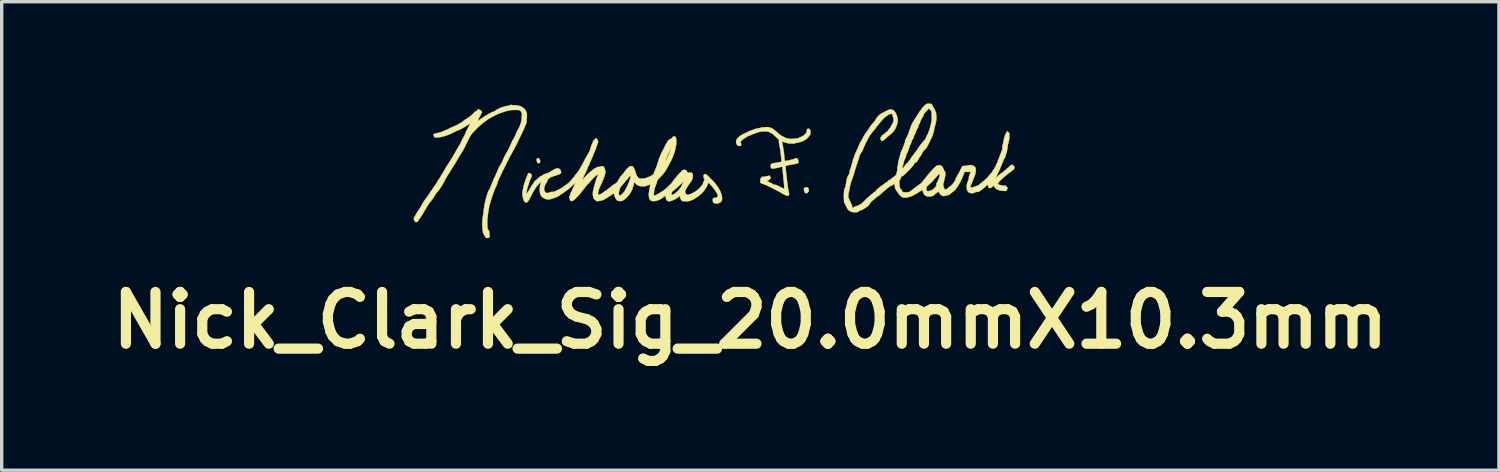
<source format=kicad_pcb>
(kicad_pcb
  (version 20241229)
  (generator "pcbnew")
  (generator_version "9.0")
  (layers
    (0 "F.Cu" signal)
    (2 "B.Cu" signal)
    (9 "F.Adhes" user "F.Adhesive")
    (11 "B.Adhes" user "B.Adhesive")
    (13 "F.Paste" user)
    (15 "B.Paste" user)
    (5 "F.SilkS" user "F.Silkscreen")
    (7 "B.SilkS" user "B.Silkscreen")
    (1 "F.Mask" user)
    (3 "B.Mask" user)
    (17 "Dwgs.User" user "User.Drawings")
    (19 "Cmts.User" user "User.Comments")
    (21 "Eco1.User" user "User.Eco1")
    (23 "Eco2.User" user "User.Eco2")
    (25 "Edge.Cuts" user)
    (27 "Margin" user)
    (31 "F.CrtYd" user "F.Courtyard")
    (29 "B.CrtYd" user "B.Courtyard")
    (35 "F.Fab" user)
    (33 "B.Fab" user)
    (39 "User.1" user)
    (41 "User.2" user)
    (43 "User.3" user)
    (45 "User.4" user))
  (footprint "Nick_Clark_Sig_20.0mmX10.3mm"
    (layer "F.Cu")
    (at 17.106 1.763)
    (property "Reference" "Nick_Clark_Sig_20.0mmX10.3mm" (at 1.951 4.624 180) (layer "F.SilkS") (effects (font (size 1.524 1.524) (thickness 0.3))))
    (attr through_hole)
    (fp_poly (pts (xy -4.313 -0.01) (xy -4.325 -0.023) (xy -4.333 -0.043) (xy -4.34 -0.072) (xy -4.34 -0.072) (xy -4.344 -0.101) (xy -4.343 -0.124) (xy -4.338 -0.14) (xy -4.33 -0.148) (xy -4.329 -0.149) (xy -4.305 -0.152) (xy -4.283 -0.147) (xy -4.275 -0.143) (xy -4.264 -0.133) (xy -4.259 -0.122) (xy -4.254 -0.109) (xy -4.249 -0.101) (xy -4.243 -0.09) (xy -4.241 -0.073) (xy -4.241 -0.054) (xy -4.245 -0.035) (xy -4.249 -0.024) (xy -4.258 -0.013) (xy -4.27 -0.007) (xy -4.279 -0.006) (xy -4.298 -0.005) (xy -4.313 -0.01)) (stroke (width 0.01) (type solid)) (fill yes) (layer "F.SilkS"))
    (fp_poly (pts (xy 3.584 0.877) (xy 3.57 0.872) (xy 3.563 0.864) (xy 3.563 0.862) (xy 3.559 0.855) (xy 3.556 0.854) (xy 3.551 0.847) (xy 3.547 0.834) (xy 3.545 0.827) (xy 3.543 0.811) (xy 3.539 0.798) (xy 3.538 0.795) (xy 3.534 0.782) (xy 3.533 0.776) (xy 3.531 0.768) (xy 3.528 0.766) (xy 3.524 0.762) (xy 3.523 0.756) (xy 3.525 0.748) (xy 3.528 0.746) (xy 3.533 0.742) (xy 3.535 0.737) (xy 3.542 0.728) (xy 3.555 0.718) (xy 3.57 0.709) (xy 3.585 0.705) (xy 3.586 0.704) (xy 3.601 0.704) (xy 3.617 0.705) (xy 3.635 0.708) (xy 3.649 0.714) (xy 3.656 0.721) (xy 3.657 0.724) (xy 3.659 0.731) (xy 3.664 0.744) (xy 3.667 0.75) (xy 3.675 0.774) (xy 3.677 0.799) (xy 3.673 0.821) (xy 3.672 0.821) (xy 3.667 0.831) (xy 3.656 0.844) (xy 3.645 0.856) (xy 3.631 0.869) (xy 3.62 0.876) (xy 3.609 0.879) (xy 3.602 0.879) (xy 3.584 0.877)) (stroke (width 0.01) (type solid)) (fill yes) (layer "F.SilkS"))
    (fp_poly (pts (xy 3.038 0.954) (xy 3.011 0.947) (xy 2.982 0.936) (xy 2.967 0.928) (xy 2.949 0.918) (xy 2.926 0.906) (xy 2.904 0.894) (xy 2.903 0.894) (xy 2.883 0.883) (xy 2.865 0.873) (xy 2.852 0.864) (xy 2.851 0.862) (xy 2.843 0.857) (xy 2.827 0.848) (xy 2.805 0.836) (xy 2.777 0.821) (xy 2.745 0.804) (xy 2.711 0.787) (xy 2.687 0.775) (xy 2.649 0.756) (xy 2.611 0.737) (xy 2.575 0.718) (xy 2.543 0.702) (xy 2.516 0.688) (xy 2.496 0.678) (xy 2.489 0.674) (xy 2.467 0.663) (xy 2.448 0.654) (xy 2.434 0.647) (xy 2.427 0.645) (xy 2.416 0.641) (xy 2.4 0.634) (xy 2.383 0.626) (xy 2.361 0.618) (xy 2.338 0.61) (xy 2.321 0.607) (xy 2.3 0.602) (xy 2.283 0.593) (xy 2.268 0.582) (xy 2.254 0.569) (xy 2.246 0.558) (xy 2.243 0.547) (xy 2.242 0.542) (xy 2.242 0.529) (xy 2.243 0.521) (xy 2.244 0.52) (xy 2.247 0.513) (xy 2.248 0.501) (xy 2.248 0.487) (xy 2.246 0.474) (xy 2.244 0.466) (xy 2.243 0.466) (xy 2.239 0.459) (xy 2.238 0.455) (xy 2.241 0.451) (xy 2.25 0.451) (xy 2.259 0.452) (xy 2.264 0.446) (xy 2.266 0.44) (xy 2.275 0.419) (xy 2.29 0.403) (xy 2.307 0.396) (xy 2.32 0.395) (xy 2.326 0.398) (xy 2.326 0.398) (xy 2.332 0.401) (xy 2.341 0.399) (xy 2.353 0.395) (xy 2.372 0.391) (xy 2.396 0.386) (xy 2.422 0.38) (xy 2.449 0.375) (xy 2.473 0.371) (xy 2.493 0.367) (xy 2.502 0.366) (xy 2.517 0.366) (xy 2.527 0.368) (xy 2.53 0.372) (xy 2.526 0.376) (xy 2.521 0.383) (xy 2.524 0.388) (xy 2.529 0.389) (xy 2.54 0.393) (xy 2.546 0.403) (xy 2.546 0.414) (xy 2.545 0.415) (xy 2.543 0.423) (xy 2.548 0.427) (xy 2.554 0.432) (xy 2.555 0.439) (xy 2.549 0.443) (xy 2.548 0.443) (xy 2.543 0.446) (xy 2.543 0.448) (xy 2.541 0.453) (xy 2.533 0.461) (xy 2.528 0.463) (xy 2.518 0.471) (xy 2.511 0.477) (xy 2.511 0.479) (xy 2.507 0.482) (xy 2.501 0.483) (xy 2.493 0.487) (xy 2.491 0.493) (xy 2.488 0.501) (xy 2.483 0.503) (xy 2.473 0.505) (xy 2.46 0.508) (xy 2.449 0.513) (xy 2.442 0.517) (xy 2.442 0.518) (xy 2.446 0.521) (xy 2.457 0.528) (xy 2.475 0.537) (xy 2.497 0.549) (xy 2.512 0.557) (xy 2.542 0.572) (xy 2.573 0.588) (xy 2.597 0.6) (xy 2.571 0.6) (xy 2.568 0.597) (xy 2.566 0.6) (xy 2.568 0.602) (xy 2.571 0.6) (xy 2.597 0.6) (xy 2.604 0.603) (xy 2.629 0.617) (xy 2.635 0.62) (xy 2.662 0.634) (xy 2.681 0.643) (xy 2.691 0.647) (xy 2.694 0.646) (xy 2.691 0.641) (xy 2.685 0.633) (xy 2.687 0.628) (xy 2.694 0.627) (xy 2.704 0.631) (xy 2.713 0.637) (xy 2.724 0.644) (xy 2.733 0.647) (xy 2.733 0.647) (xy 2.742 0.65) (xy 2.753 0.657) (xy 2.753 0.657) (xy 2.765 0.664) (xy 2.777 0.667) (xy 2.788 0.669) (xy 2.792 0.674) (xy 2.795 0.677) (xy 2.758 0.677) (xy 2.757 0.674) (xy 2.75 0.669) (xy 2.739 0.662) (xy 2.726 0.654) (xy 2.725 0.654) (xy 2.712 0.648) (xy 2.703 0.647) (xy 2.7 0.65) (xy 2.704 0.653) (xy 2.714 0.658) (xy 2.728 0.665) (xy 2.741 0.671) (xy 2.753 0.675) (xy 2.758 0.677) (xy 2.795 0.677) (xy 2.799 0.68) (xy 2.808 0.682) (xy 2.822 0.685) (xy 2.827 0.689) (xy 2.787 0.689) (xy 2.782 0.684) (xy 2.772 0.678) (xy 2.767 0.677) (xy 2.766 0.679) (xy 2.771 0.684) (xy 2.781 0.69) (xy 2.786 0.691) (xy 2.787 0.689) (xy 2.827 0.689) (xy 2.83 0.691) (xy 2.84 0.698) (xy 2.855 0.706) (xy 2.86 0.709) (xy 2.878 0.716) (xy 2.897 0.725) (xy 2.9 0.726) (xy 2.925 0.737) (xy 2.941 0.743) (xy 2.95 0.745) (xy 2.95 0.745) (xy 2.951 0.739) (xy 2.951 0.725) (xy 2.95 0.705) (xy 2.949 0.68) (xy 2.947 0.651) (xy 2.945 0.621) (xy 2.943 0.591) (xy 2.94 0.563) (xy 2.938 0.538) (xy 2.936 0.518) (xy 2.936 0.517) (xy 2.932 0.49) (xy 2.929 0.461) (xy 2.926 0.436) (xy 2.925 0.424) (xy 2.923 0.401) (xy 2.921 0.374) (xy 2.918 0.346) (xy 2.918 0.337) (xy 2.915 0.314) (xy 2.913 0.285) (xy 2.91 0.252) (xy 2.907 0.218) (xy 2.905 0.203) (xy 2.902 0.168) (xy 2.9 0.143) (xy 2.898 0.124) (xy 2.896 0.112) (xy 2.895 0.104) (xy 2.893 0.1) (xy 2.891 0.098) (xy 2.889 0.097) (xy 2.882 0.098) (xy 2.868 0.101) (xy 2.849 0.106) (xy 2.834 0.111) (xy 2.812 0.117) (xy 2.791 0.122) (xy 2.776 0.125) (xy 2.77 0.126) (xy 2.758 0.127) (xy 2.752 0.131) (xy 2.745 0.135) (xy 2.735 0.136) (xy 2.724 0.137) (xy 2.707 0.14) (xy 2.686 0.144) (xy 2.677 0.146) (xy 2.648 0.151) (xy 2.622 0.154) (xy 2.599 0.155) (xy 2.583 0.154) (xy 2.577 0.152) (xy 2.571 0.146) (xy 2.563 0.134) (xy 2.561 0.131) (xy 2.555 0.115) (xy 2.551 0.094) (xy 2.55 0.072) (xy 2.552 0.051) (xy 2.556 0.035) (xy 2.56 0.029) (xy 2.573 0.017) (xy 2.59 0.007) (xy 2.612 0.000216) (xy 2.641 -0.005) (xy 2.644 -0.006) (xy 2.672 -0.01) (xy 2.704 -0.015) (xy 2.734 -0.021) (xy 2.742 -0.023) (xy 2.767 -0.028) (xy 2.793 -0.032) (xy 2.814 -0.035) (xy 2.822 -0.036) (xy 2.844 -0.039) (xy 2.858 -0.044) (xy 2.866 -0.054) (xy 2.87 -0.069) (xy 2.87 -0.091) (xy 2.868 -0.105) (xy 2.865 -0.134) (xy 2.862 -0.169) (xy 2.858 -0.206) (xy 2.853 -0.242) (xy 2.849 -0.276) (xy 2.845 -0.304) (xy 2.844 -0.316) (xy 2.841 -0.334) (xy 2.837 -0.359) (xy 2.833 -0.386) (xy 2.831 -0.405) (xy 2.827 -0.432) (xy 2.822 -0.46) (xy 2.818 -0.484) (xy 2.815 -0.497) (xy 2.808 -0.532) (xy 2.802 -0.56) (xy 2.798 -0.583) (xy 2.796 -0.602) (xy 2.794 -0.62) (xy 2.794 -0.639) (xy 2.794 -0.641) (xy 2.794 -0.662) (xy 2.794 -0.679) (xy 2.794 -0.691) (xy 2.795 -0.693) (xy 2.792 -0.701) (xy 2.783 -0.712) (xy 2.776 -0.717) (xy 2.76 -0.731) (xy 2.743 -0.746) (xy 2.737 -0.751) (xy 2.723 -0.763) (xy 2.705 -0.779) (xy 2.687 -0.795) (xy 2.685 -0.797) (xy 2.666 -0.813) (xy 2.647 -0.831) (xy 2.631 -0.846) (xy 2.63 -0.848) (xy 2.618 -0.86) (xy 2.608 -0.868) (xy 2.604 -0.871) (xy 2.598 -0.874) (xy 2.587 -0.88) (xy 2.57 -0.889) (xy 2.56 -0.895) (xy 2.538 -0.907) (xy 2.517 -0.918) (xy 2.499 -0.926) (xy 2.494 -0.928) (xy 2.475 -0.933) (xy 2.449 -0.937) (xy 2.42 -0.94) (xy 2.391 -0.942) (xy 2.366 -0.943) (xy 2.356 -0.942) (xy 2.337 -0.941) (xy 2.318 -0.941) (xy 2.315 -0.941) (xy 2.302 -0.939) (xy 2.293 -0.936) (xy 2.292 -0.935) (xy 2.287 -0.931) (xy 2.284 -0.935) (xy 2.279 -0.938) (xy 2.272 -0.938) (xy 2.258 -0.935) (xy 2.253 -0.934) (xy 2.235 -0.929) (xy 2.219 -0.926) (xy 2.212 -0.926) (xy 2.198 -0.923) (xy 2.185 -0.916) (xy 2.172 -0.909) (xy 2.154 -0.903) (xy 2.144 -0.901) (xy 2.128 -0.897) (xy 2.116 -0.893) (xy 2.112 -0.891) (xy 2.104 -0.887) (xy 2.094 -0.886) (xy 2.082 -0.883) (xy 2.074 -0.879) (xy 2.065 -0.873) (xy 2.055 -0.871) (xy 2.045 -0.869) (xy 2.028 -0.863) (xy 2.01 -0.855) (xy 2.008 -0.854) (xy 1.975 -0.839) (xy 1.95 -0.827) (xy 1.932 -0.819) (xy 1.921 -0.815) (xy 1.916 -0.814) (xy 1.907 -0.811) (xy 1.894 -0.805) (xy 1.888 -0.802) (xy 1.876 -0.796) (xy 1.867 -0.792) (xy 1.865 -0.792) (xy 1.86 -0.789) (xy 1.848 -0.782) (xy 1.833 -0.772) (xy 1.823 -0.765) (xy 1.801 -0.751) (xy 1.777 -0.735) (xy 1.756 -0.722) (xy 1.752 -0.72) (xy 1.735 -0.709) (xy 1.72 -0.697) (xy 1.71 -0.688) (xy 1.71 -0.688) (xy 1.7 -0.676) (xy 1.692 -0.668) (xy 1.685 -0.659) (xy 1.674 -0.647) (xy 1.671 -0.643) (xy 1.657 -0.627) (xy 1.668 -0.615) (xy 1.676 -0.602) (xy 1.676 -0.593) (xy 1.676 -0.581) (xy 1.679 -0.568) (xy 1.681 -0.55) (xy 1.678 -0.534) (xy 1.673 -0.522) (xy 1.664 -0.514) (xy 1.651 -0.511) (xy 1.631 -0.512) (xy 1.604 -0.516) (xy 1.599 -0.517) (xy 1.588 -0.522) (xy 1.574 -0.533) (xy 1.56 -0.547) (xy 1.549 -0.561) (xy 1.542 -0.573) (xy 1.542 -0.575) (xy 1.536 -0.605) (xy 1.532 -0.629) (xy 1.531 -0.647) (xy 1.533 -0.663) (xy 1.537 -0.677) (xy 1.539 -0.681) (xy 1.557 -0.716) (xy 1.585 -0.752) (xy 1.596 -0.763) (xy 1.613 -0.779) (xy 1.626 -0.791) (xy 1.64 -0.8) (xy 1.655 -0.809) (xy 1.671 -0.818) (xy 1.684 -0.827) (xy 1.689 -0.831) (xy 1.698 -0.837) (xy 1.713 -0.846) (xy 1.734 -0.857) (xy 1.758 -0.87) (xy 1.784 -0.883) (xy 1.81 -0.896) (xy 1.835 -0.908) (xy 1.857 -0.919) (xy 1.874 -0.926) (xy 1.885 -0.93) (xy 1.888 -0.931) (xy 1.895 -0.933) (xy 1.896 -0.934) (xy 1.9 -0.939) (xy 1.909 -0.944) (xy 1.92 -0.949) (xy 1.928 -0.951) (xy 1.936 -0.953) (xy 1.947 -0.958) (xy 1.948 -0.958) (xy 1.955 -0.962) (xy 1.965 -0.966) (xy 1.978 -0.971) (xy 1.997 -0.977) (xy 2.022 -0.986) (xy 2.054 -0.996) (xy 2.077 -1.003) (xy 2.092 -1.009) (xy 2.103 -1.014) (xy 2.106 -1.016) (xy 2.114 -1.02) (xy 2.117 -1.016) (xy 2.116 -1.011) (xy 2.117 -1.009) (xy 2.122 -1.014) (xy 2.124 -1.017) (xy 2.131 -1.024) (xy 2.139 -1.028) (xy 2.15 -1.03) (xy 2.165 -1.029) (xy 2.183 -1.03) (xy 2.195 -1.032) (xy 2.198 -1.034) (xy 2.204 -1.037) (xy 2.218 -1.04) (xy 2.236 -1.043) (xy 2.238 -1.043) (xy 2.26 -1.046) (xy 2.275 -1.05) (xy 2.281 -1.053) (xy 2.291 -1.059) (xy 2.296 -1.06) (xy 2.306 -1.059) (xy 2.322 -1.059) (xy 2.33 -1.058) (xy 2.346 -1.058) (xy 2.359 -1.06) (xy 2.363 -1.061) (xy 2.371 -1.062) (xy 2.372 -1.06) (xy 2.376 -1.055) (xy 2.383 -1.055) (xy 2.389 -1.06) (xy 2.39 -1.062) (xy 2.396 -1.065) (xy 2.409 -1.067) (xy 2.427 -1.068) (xy 2.448 -1.068) (xy 2.469 -1.067) (xy 2.487 -1.065) (xy 2.5 -1.062) (xy 2.503 -1.061) (xy 2.514 -1.057) (xy 2.528 -1.053) (xy 2.483 -1.053) (xy 2.476 -1.054) (xy 2.469 -1.053) (xy 2.47 -1.051) (xy 2.48 -1.051) (xy 2.482 -1.051) (xy 2.483 -1.053) (xy 2.528 -1.053) (xy 2.53 -1.053) (xy 2.536 -1.052) (xy 2.552 -1.049) (xy 2.565 -1.045) (xy 2.568 -1.043) (xy 2.579 -1.037) (xy 2.594 -1.028) (xy 2.611 -1.017) (xy 2.628 -1.006) (xy 2.642 -0.996) (xy 2.651 -0.989) (xy 2.652 -0.988) (xy 2.66 -0.982) (xy 2.671 -0.974) (xy 2.672 -0.973) (xy 2.683 -0.965) (xy 2.698 -0.953) (xy 2.714 -0.938) (xy 2.717 -0.935) (xy 2.743 -0.911) (xy 2.772 -0.887) (xy 2.801 -0.863) (xy 2.83 -0.841) (xy 2.856 -0.821) (xy 2.879 -0.807) (xy 2.896 -0.797) (xy 2.897 -0.797) (xy 2.906 -0.793) (xy 2.922 -0.785) (xy 2.94 -0.777) (xy 2.945 -0.775) (xy 2.963 -0.767) (xy 2.977 -0.76) (xy 2.986 -0.757) (xy 2.987 -0.757) (xy 2.992 -0.753) (xy 2.994 -0.75) (xy 3 -0.746) (xy 3.016 -0.741) (xy 3.04 -0.737) (xy 3.063 -0.734) (xy 3.084 -0.729) (xy 3.101 -0.725) (xy 3.104 -0.724) (xy 3.121 -0.721) (xy 3.146 -0.72) (xy 3.177 -0.72) (xy 3.212 -0.722) (xy 3.25 -0.725) (xy 3.287 -0.73) (xy 3.301 -0.732) (xy 3.324 -0.736) (xy 3.343 -0.739) (xy 3.357 -0.74) (xy 3.363 -0.74) (xy 3.363 -0.74) (xy 3.368 -0.741) (xy 3.374 -0.747) (xy 3.382 -0.753) (xy 3.396 -0.76) (xy 3.416 -0.769) (xy 3.43 -0.774) (xy 3.469 -0.79) (xy 3.502 -0.808) (xy 3.533 -0.83) (xy 3.562 -0.856) (xy 3.588 -0.885) (xy 3.606 -0.914) (xy 3.615 -0.944) (xy 3.617 -0.968) (xy 3.618 -0.985) (xy 3.62 -0.996) (xy 3.626 -1.004) (xy 3.633 -1.011) (xy 3.646 -1.021) (xy 3.653 -1.024) (xy 3.656 -1.02) (xy 3.657 -1.014) (xy 3.659 -1.008) (xy 3.662 -1.009) (xy 3.666 -1.016) (xy 3.668 -1.022) (xy 3.67 -1.027) (xy 3.673 -1.022) (xy 3.676 -1.013) (xy 3.682 -0.997) (xy 3.687 -0.988) (xy 3.69 -0.987) (xy 3.691 -0.995) (xy 3.691 -0.998) (xy 3.691 -1.009) (xy 3.696 -1.013) (xy 3.697 -1.013) (xy 3.702 -1.008) (xy 3.708 -0.997) (xy 3.714 -0.982) (xy 3.718 -0.967) (xy 3.72 -0.954) (xy 3.72 -0.95) (xy 3.72 -0.942) (xy 3.722 -0.94) (xy 3.723 -0.934) (xy 3.723 -0.921) (xy 3.722 -0.903) (xy 3.721 -0.891) (xy 3.718 -0.865) (xy 3.714 -0.847) (xy 3.708 -0.833) (xy 3.703 -0.826) (xy 3.69 -0.808) (xy 3.673 -0.787) (xy 3.656 -0.766) (xy 3.638 -0.748) (xy 3.623 -0.733) (xy 3.612 -0.723) (xy 3.611 -0.723) (xy 3.598 -0.714) (xy 3.586 -0.707) (xy 3.585 -0.706) (xy 3.576 -0.699) (xy 3.571 -0.694) (xy 3.564 -0.688) (xy 3.55 -0.68) (xy 3.532 -0.671) (xy 3.511 -0.662) (xy 3.49 -0.654) (xy 3.471 -0.647) (xy 3.458 -0.643) (xy 3.454 -0.643) (xy 3.443 -0.639) (xy 3.439 -0.636) (xy 3.43 -0.63) (xy 3.417 -0.626) (xy 3.417 -0.626) (xy 3.405 -0.624) (xy 3.387 -0.62) (xy 3.366 -0.615) (xy 3.359 -0.613) (xy 3.336 -0.608) (xy 3.314 -0.602) (xy 3.295 -0.598) (xy 3.292 -0.598) (xy 3.277 -0.594) (xy 3.266 -0.59) (xy 3.262 -0.588) (xy 3.254 -0.585) (xy 3.241 -0.584) (xy 3.24 -0.584) (xy 3.229 -0.584) (xy 3.21 -0.584) (xy 3.186 -0.584) (xy 3.16 -0.583) (xy 3.159 -0.583) (xy 3.133 -0.584) (xy 3.111 -0.585) (xy 3.096 -0.586) (xy 3.089 -0.588) (xy 3.082 -0.59) (xy 3.078 -0.588) (xy 3.072 -0.585) (xy 3.069 -0.588) (xy 3.063 -0.592) (xy 3.05 -0.593) (xy 3.048 -0.593) (xy 3.037 -0.594) (xy 3.033 -0.598) (xy 3.034 -0.601) (xy 3.035 -0.606) (xy 3.03 -0.608) (xy 3.018 -0.607) (xy 3.015 -0.607) (xy 2.997 -0.607) (xy 2.984 -0.611) (xy 2.981 -0.613) (xy 2.969 -0.619) (xy 2.953 -0.624) (xy 2.945 -0.625) (xy 2.927 -0.63) (xy 2.909 -0.636) (xy 2.904 -0.639) (xy 2.893 -0.645) (xy 2.886 -0.647) (xy 2.885 -0.647) (xy 2.885 -0.641) (xy 2.887 -0.628) (xy 2.89 -0.611) (xy 2.891 -0.608) (xy 2.9 -0.565) (xy 2.907 -0.529) (xy 2.914 -0.494) (xy 2.92 -0.457) (xy 2.923 -0.437) (xy 2.927 -0.41) (xy 2.931 -0.384) (xy 2.935 -0.361) (xy 2.938 -0.345) (xy 2.938 -0.345) (xy 2.941 -0.325) (xy 2.943 -0.301) (xy 2.945 -0.283) (xy 2.947 -0.26) (xy 2.95 -0.232) (xy 2.953 -0.202) (xy 2.956 -0.173) (xy 2.958 -0.145) (xy 2.961 -0.121) (xy 2.963 -0.102) (xy 2.965 -0.091) (xy 2.965 -0.089) (xy 2.972 -0.078) (xy 2.986 -0.073) (xy 3.004 -0.072) (xy 3.007 -0.073) (xy 3.019 -0.075) (xy 3.037 -0.079) (xy 3.061 -0.084) (xy 3.086 -0.089) (xy 3.109 -0.094) (xy 3.13 -0.099) (xy 3.145 -0.103) (xy 3.152 -0.106) (xy 3.152 -0.107) (xy 3.161 -0.11) (xy 3.174 -0.112) (xy 3.176 -0.112) (xy 3.19 -0.114) (xy 3.197 -0.119) (xy 3.197 -0.119) (xy 3.204 -0.124) (xy 3.212 -0.123) (xy 3.224 -0.125) (xy 3.243 -0.131) (xy 3.262 -0.139) (xy 3.281 -0.148) (xy 3.293 -0.153) (xy 3.301 -0.154) (xy 3.307 -0.153) (xy 3.312 -0.15) (xy 3.324 -0.144) (xy 3.333 -0.142) (xy 3.341 -0.137) (xy 3.35 -0.124) (xy 3.358 -0.103) (xy 3.366 -0.076) (xy 3.372 -0.045) (xy 3.373 -0.044) (xy 3.373 -0.032) (xy 3.37 -0.028) (xy 3.364 -0.024) (xy 3.364 -0.022) (xy 3.359 -0.012) (xy 3.347 -0.003) (xy 3.329 0.005) (xy 3.309 0.011) (xy 3.307 0.012) (xy 3.247 0.022) (xy 3.196 0.031) (xy 3.153 0.039) (xy 3.117 0.046) (xy 3.087 0.052) (xy 3.062 0.058) (xy 3.041 0.063) (xy 3.027 0.067) (xy 3.009 0.072) (xy 2.995 0.077) (xy 2.988 0.079) (xy 2.988 0.08) (xy 2.988 0.085) (xy 2.989 0.099) (xy 2.99 0.12) (xy 2.993 0.148) (xy 2.996 0.18) (xy 3 0.217) (xy 3.004 0.256) (xy 3.008 0.297) (xy 3.013 0.338) (xy 3.017 0.378) (xy 3.021 0.416) (xy 3.025 0.442) (xy 3.032 0.505) (xy 3.039 0.559) (xy 3.045 0.605) (xy 3.05 0.644) (xy 3.054 0.677) (xy 3.058 0.705) (xy 3.061 0.729) (xy 3.065 0.75) (xy 3.068 0.769) (xy 3.071 0.787) (xy 3.072 0.791) (xy 3.077 0.814) (xy 3.081 0.836) (xy 3.084 0.852) (xy 3.085 0.859) (xy 3.088 0.871) (xy 3.092 0.878) (xy 3.092 0.878) (xy 3.096 0.886) (xy 3.096 0.9) (xy 3.092 0.918) (xy 3.087 0.931) (xy 3.08 0.945) (xy 3.073 0.952) (xy 3.063 0.955) (xy 3.061 0.955) (xy 3.038 0.954)) (stroke (width 0.01) (type solid)) (fill yes) (layer "F.SilkS"))
    (fp_poly (pts (xy -5.808 2.198) (xy -5.824 2.196) (xy -5.83 2.194) (xy -5.84 2.186) (xy -5.853 2.173) (xy -5.866 2.157) (xy -5.876 2.14) (xy -5.88 2.13) (xy -5.887 2.117) (xy -5.892 2.11) (xy -5.9 2.097) (xy -5.909 2.078) (xy -5.917 2.056) (xy -5.924 2.034) (xy -5.928 2.015) (xy -5.928 2.002) (xy -5.929 1.992) (xy -5.932 1.982) (xy -5.935 1.971) (xy -5.937 1.953) (xy -5.939 1.928) (xy -5.942 1.895) (xy -5.944 1.853) (xy -5.945 1.808) (xy -5.946 1.774) (xy -5.945 1.737) (xy -5.944 1.7) (xy -5.942 1.666) (xy -5.939 1.634) (xy -5.936 1.609) (xy -5.932 1.592) (xy -5.929 1.578) (xy -5.926 1.56) (xy -5.925 1.552) (xy -5.923 1.534) (xy -5.92 1.512) (xy -5.917 1.49) (xy -5.914 1.465) (xy -5.91 1.437) (xy -5.908 1.413) (xy -5.905 1.39) (xy -5.901 1.361) (xy -5.897 1.333) (xy -5.895 1.324) (xy -5.892 1.299) (xy -5.888 1.275) (xy -5.886 1.254) (xy -5.885 1.247) (xy -5.883 1.232) (xy -5.881 1.22) (xy -5.88 1.217) (xy -5.878 1.211) (xy -5.875 1.197) (xy -5.87 1.178) (xy -5.865 1.155) (xy -5.865 1.155) (xy -5.859 1.124) (xy -5.853 1.101) (xy -5.849 1.082) (xy -5.844 1.064) (xy -5.838 1.043) (xy -5.834 1.026) (xy -5.829 1.007) (xy -5.825 0.99) (xy -5.824 0.978) (xy -5.824 0.978) (xy -5.822 0.968) (xy -5.819 0.964) (xy -5.816 0.958) (xy -5.811 0.946) (xy -5.807 0.935) (xy -5.802 0.919) (xy -5.795 0.897) (xy -5.787 0.872) (xy -5.778 0.846) (xy -5.768 0.819) (xy -5.76 0.8) (xy -5.754 0.788) (xy -5.748 0.782) (xy -5.746 0.78) (xy -5.737 0.773) (xy -5.729 0.759) (xy -5.729 0.758) (xy -5.723 0.744) (xy -5.717 0.733) (xy -5.716 0.732) (xy -5.71 0.722) (xy -5.709 0.716) (xy -5.707 0.706) (xy -5.701 0.692) (xy -5.699 0.688) (xy -5.692 0.671) (xy -5.687 0.654) (xy -5.686 0.652) (xy -5.681 0.636) (xy -5.674 0.623) (xy -5.674 0.623) (xy -5.667 0.612) (xy -5.665 0.605) (xy -5.663 0.597) (xy -5.658 0.584) (xy -5.651 0.567) (xy -5.65 0.564) (xy -5.641 0.542) (xy -5.631 0.517) (xy -5.621 0.492) (xy -5.62 0.49) (xy -5.61 0.465) (xy -5.598 0.438) (xy -5.586 0.415) (xy -5.585 0.414) (xy -5.576 0.396) (xy -5.568 0.38) (xy -5.563 0.369) (xy -5.563 0.368) (xy -5.559 0.357) (xy -5.552 0.342) (xy -5.545 0.327) (xy -5.526 0.284) (xy -5.511 0.25) (xy -5.5 0.225) (xy -5.493 0.208) (xy -5.491 0.2) (xy -5.491 0.2) (xy -5.489 0.193) (xy -5.483 0.179) (xy -5.475 0.163) (xy -5.474 0.16) (xy -5.465 0.143) (xy -5.459 0.13) (xy -5.456 0.122) (xy -5.456 0.122) (xy -5.454 0.115) (xy -5.447 0.103) (xy -5.442 0.095) (xy -5.431 0.077) (xy -5.419 0.057) (xy -5.416 0.052) (xy -5.407 0.037) (xy -5.399 0.024) (xy -5.395 0.021) (xy -5.389 0.011) (xy -5.379 -0.006) (xy -5.368 -0.028) (xy -5.357 -0.053) (xy -5.345 -0.08) (xy -5.339 -0.097) (xy -5.327 -0.125) (xy -5.312 -0.159) (xy -5.293 -0.197) (xy -5.273 -0.237) (xy -5.252 -0.277) (xy -5.231 -0.313) (xy -5.212 -0.345) (xy -5.198 -0.368) (xy -5.188 -0.383) (xy -5.181 -0.396) (xy -5.179 -0.401) (xy -5.173 -0.413) (xy -5.169 -0.42) (xy -5.164 -0.43) (xy -5.16 -0.44) (xy -5.149 -0.466) (xy -5.14 -0.487) (xy -5.133 -0.503) (xy -5.125 -0.519) (xy -5.123 -0.523) (xy -5.115 -0.537) (xy -5.11 -0.549) (xy -5.109 -0.553) (xy -5.108 -0.556) (xy -5.106 -0.563) (xy -5.101 -0.574) (xy -5.094 -0.59) (xy -5.083 -0.612) (xy -5.07 -0.642) (xy -5.052 -0.679) (xy -5.048 -0.687) (xy -5.04 -0.701) (xy -5.032 -0.711) (xy -5.029 -0.714) (xy -5.021 -0.723) (xy -5.02 -0.731) (xy -5.017 -0.741) (xy -5.014 -0.745) (xy -5.009 -0.751) (xy -5.002 -0.763) (xy -4.996 -0.776) (xy -4.987 -0.797) (xy -4.977 -0.82) (xy -4.972 -0.83) (xy -4.966 -0.845) (xy -4.961 -0.855) (xy -4.96 -0.859) (xy -4.958 -0.864) (xy -4.953 -0.876) (xy -4.946 -0.893) (xy -4.937 -0.912) (xy -4.928 -0.931) (xy -4.92 -0.947) (xy -4.914 -0.96) (xy -4.912 -0.963) (xy -4.905 -0.977) (xy -4.896 -0.994) (xy -4.894 -0.998) (xy -4.887 -1.01) (xy -4.882 -1.019) (xy -4.881 -1.02) (xy -4.877 -1.026) (xy -4.872 -1.037) (xy -4.871 -1.04) (xy -4.865 -1.053) (xy -4.859 -1.064) (xy -4.858 -1.065) (xy -4.853 -1.074) (xy -4.847 -1.088) (xy -4.844 -1.094) (xy -4.838 -1.112) (xy -4.83 -1.133) (xy -4.826 -1.144) (xy -4.806 -1.203) (xy -4.793 -1.26) (xy -4.787 -1.314) (xy -4.787 -1.328) (xy -4.786 -1.348) (xy -4.784 -1.373) (xy -4.782 -1.399) (xy -4.781 -1.407) (xy -4.778 -1.43) (xy -4.777 -1.446) (xy -4.778 -1.459) (xy -4.781 -1.472) (xy -4.786 -1.486) (xy -4.798 -1.516) (xy -4.812 -1.537) (xy -4.83 -1.553) (xy -4.845 -1.561) (xy -4.853 -1.565) (xy -4.861 -1.568) (xy -4.87 -1.57) (xy -4.882 -1.572) (xy -4.898 -1.572) (xy -4.92 -1.573) (xy -4.95 -1.573) (xy -4.975 -1.573) (xy -5.024 -1.572) (xy -5.065 -1.57) (xy -5.101 -1.567) (xy -5.134 -1.563) (xy -5.167 -1.557) (xy -5.203 -1.549) (xy -5.213 -1.546) (xy -5.233 -1.541) (xy -5.249 -1.536) (xy -5.259 -1.532) (xy -5.26 -1.531) (xy -5.268 -1.528) (xy -5.281 -1.524) (xy -5.288 -1.522) (xy -5.32 -1.513) (xy -5.357 -1.502) (xy -5.396 -1.489) (xy -5.433 -1.476) (xy -5.466 -1.462) (xy -5.493 -1.45) (xy -5.494 -1.45) (xy -5.511 -1.441) (xy -5.525 -1.435) (xy -5.532 -1.432) (xy -5.533 -1.432) (xy -5.538 -1.43) (xy -5.55 -1.423) (xy -5.568 -1.414) (xy -5.589 -1.403) (xy -5.596 -1.399) (xy -5.623 -1.385) (xy -5.65 -1.37) (xy -5.675 -1.357) (xy -5.694 -1.346) (xy -5.694 -1.346) (xy -5.713 -1.336) (xy -5.729 -1.327) (xy -5.74 -1.321) (xy -5.742 -1.32) (xy -5.755 -1.313) (xy -5.77 -1.303) (xy -5.783 -1.294) (xy -5.787 -1.29) (xy -5.796 -1.284) (xy -5.805 -1.277) (xy -5.818 -1.268) (xy -5.836 -1.256) (xy -5.854 -1.243) (xy -5.876 -1.227) (xy -5.897 -1.211) (xy -5.901 -1.207) (xy -5.917 -1.195) (xy -5.93 -1.185) (xy -5.939 -1.179) (xy -5.941 -1.179) (xy -5.946 -1.175) (xy -5.956 -1.167) (xy -5.97 -1.154) (xy -5.98 -1.144) (xy -5.999 -1.127) (xy -6.019 -1.109) (xy -6.036 -1.094) (xy -6.041 -1.09) (xy -6.059 -1.075) (xy -6.078 -1.057) (xy -6.09 -1.044) (xy -6.106 -1.027) (xy -6.122 -1.01) (xy -6.133 -0.999) (xy -6.145 -0.987) (xy -6.155 -0.978) (xy -6.158 -0.975) (xy -6.164 -0.969) (xy -6.174 -0.957) (xy -6.187 -0.944) (xy -6.188 -0.943) (xy -6.208 -0.921) (xy -6.227 -0.901) (xy -6.243 -0.882) (xy -6.255 -0.867) (xy -6.263 -0.857) (xy -6.265 -0.854) (xy -6.268 -0.848) (xy -6.275 -0.838) (xy -6.281 -0.83) (xy -6.29 -0.817) (xy -6.302 -0.798) (xy -6.314 -0.776) (xy -6.327 -0.752) (xy -6.339 -0.727) (xy -6.355 -0.696) (xy -6.372 -0.663) (xy -6.388 -0.631) (xy -6.394 -0.62) (xy -6.41 -0.587) (xy -6.423 -0.562) (xy -6.432 -0.542) (xy -6.44 -0.526) (xy -6.445 -0.512) (xy -6.449 -0.5) (xy -6.453 -0.491) (xy -6.462 -0.477) (xy -6.472 -0.459) (xy -6.475 -0.455) (xy -6.486 -0.439) (xy -6.494 -0.425) (xy -6.498 -0.417) (xy -6.498 -0.416) (xy -6.501 -0.406) (xy -6.508 -0.391) (xy -6.52 -0.371) (xy -6.533 -0.35) (xy -6.544 -0.333) (xy -6.558 -0.312) (xy -6.572 -0.289) (xy -6.577 -0.28) (xy -6.589 -0.261) (xy -6.599 -0.244) (xy -6.607 -0.233) (xy -6.609 -0.23) (xy -6.616 -0.221) (xy -6.623 -0.208) (xy -6.626 -0.203) (xy -6.634 -0.189) (xy -6.644 -0.172) (xy -6.654 -0.156) (xy -6.664 -0.142) (xy -6.671 -0.133) (xy -6.672 -0.132) (xy -6.675 -0.126) (xy -6.679 -0.115) (xy -6.683 -0.103) (xy -6.692 -0.086) (xy -6.703 -0.068) (xy -6.714 -0.051) (xy -6.724 -0.038) (xy -6.729 -0.033) (xy -6.735 -0.024) (xy -6.739 -0.013) (xy -6.743 0.000129) (xy -6.748 0.008) (xy -6.753 0.015) (xy -6.762 0.028) (xy -6.772 0.045) (xy -6.773 0.047) (xy -6.784 0.065) (xy -6.798 0.088) (xy -6.813 0.112) (xy -6.821 0.123) (xy -6.845 0.16) (xy -6.867 0.195) (xy -6.887 0.227) (xy -6.903 0.254) (xy -6.916 0.274) (xy -6.919 0.28) (xy -6.927 0.295) (xy -6.935 0.307) (xy -6.939 0.311) (xy -6.948 0.324) (xy -6.96 0.342) (xy -6.974 0.363) (xy -6.986 0.385) (xy -6.992 0.396) (xy -7.002 0.414) (xy -7.014 0.435) (xy -7.023 0.448) (xy -7.035 0.466) (xy -7.044 0.484) (xy -7.049 0.495) (xy -7.054 0.511) (xy -7.061 0.526) (xy -7.071 0.544) (xy -7.078 0.555) (xy -7.085 0.567) (xy -7.095 0.584) (xy -7.105 0.603) (xy -7.106 0.604) (xy -7.118 0.627) (xy -7.133 0.651) (xy -7.147 0.671) (xy -7.159 0.688) (xy -7.169 0.704) (xy -7.176 0.715) (xy -7.177 0.716) (xy -7.188 0.737) (xy -7.197 0.751) (xy -7.207 0.762) (xy -7.21 0.764) (xy -7.218 0.774) (xy -7.222 0.78) (xy -7.222 0.781) (xy -7.225 0.788) (xy -7.231 0.796) (xy -7.245 0.813) (xy -7.26 0.832) (xy -7.275 0.85) (xy -7.289 0.865) (xy -7.299 0.877) (xy -7.304 0.883) (xy -7.312 0.893) (xy -7.324 0.909) (xy -7.336 0.929) (xy -7.348 0.95) (xy -7.354 0.962) (xy -7.363 0.978) (xy -7.37 0.991) (xy -7.375 0.998) (xy -7.38 1.006) (xy -7.381 1.009) (xy -7.384 1.015) (xy -7.392 1.024) (xy -7.392 1.024) (xy -7.401 1.035) (xy -7.412 1.05) (xy -7.423 1.066) (xy -7.434 1.082) (xy -7.443 1.094) (xy -7.448 1.101) (xy -7.448 1.101) (xy -7.454 1.107) (xy -7.464 1.118) (xy -7.476 1.133) (xy -7.476 1.133) (xy -7.488 1.148) (xy -7.499 1.161) (xy -7.506 1.169) (xy -7.513 1.178) (xy -7.515 1.184) (xy -7.518 1.192) (xy -7.527 1.202) (xy -7.528 1.203) (xy -7.538 1.215) (xy -7.548 1.231) (xy -7.55 1.235) (xy -7.558 1.249) (xy -7.568 1.268) (xy -7.579 1.286) (xy -7.589 1.302) (xy -7.596 1.314) (xy -7.599 1.322) (xy -7.599 1.322) (xy -7.603 1.329) (xy -7.608 1.335) (xy -7.615 1.345) (xy -7.624 1.359) (xy -7.631 1.371) (xy -7.642 1.391) (xy -7.655 1.411) (xy -7.662 1.42) (xy -7.671 1.433) (xy -7.677 1.444) (xy -7.679 1.448) (xy -7.681 1.455) (xy -7.688 1.468) (xy -7.698 1.484) (xy -7.699 1.485) (xy -7.708 1.5) (xy -7.715 1.512) (xy -7.718 1.518) (xy -7.718 1.519) (xy -7.722 1.524) (xy -7.729 1.534) (xy -7.732 1.537) (xy -7.741 1.55) (xy -7.752 1.567) (xy -7.761 1.584) (xy -7.774 1.607) (xy -7.786 1.621) (xy -7.789 1.622) (xy -7.8 1.632) (xy -7.81 1.645) (xy -7.811 1.648) (xy -7.822 1.672) (xy -7.831 1.69) (xy -7.839 1.703) (xy -7.847 1.713) (xy -7.848 1.714) (xy -7.856 1.722) (xy -7.864 1.726) (xy -7.874 1.728) (xy -7.891 1.728) (xy -7.896 1.727) (xy -7.913 1.726) (xy -7.923 1.725) (xy -7.928 1.722) (xy -7.929 1.716) (xy -7.93 1.713) (xy -7.933 1.7) (xy -7.939 1.686) (xy -7.949 1.673) (xy -7.958 1.657) (xy -7.959 1.655) (xy -7.969 1.637) (xy -7.959 1.612) (xy -7.952 1.596) (xy -7.941 1.575) (xy -7.928 1.554) (xy -7.926 1.549) (xy -7.915 1.531) (xy -7.907 1.516) (xy -7.902 1.506) (xy -7.902 1.503) (xy -7.899 1.496) (xy -7.897 1.495) (xy -7.891 1.491) (xy -7.885 1.481) (xy -7.884 1.479) (xy -7.875 1.461) (xy -7.867 1.445) (xy -7.856 1.428) (xy -7.843 1.407) (xy -7.829 1.387) (xy -7.817 1.369) (xy -7.806 1.353) (xy -7.8 1.341) (xy -7.798 1.337) (xy -7.794 1.331) (xy -7.794 1.331) (xy -7.789 1.326) (xy -7.781 1.313) (xy -7.77 1.296) (xy -7.757 1.274) (xy -7.743 1.251) (xy -7.73 1.226) (xy -7.723 1.215) (xy -7.713 1.196) (xy -7.704 1.181) (xy -7.698 1.17) (xy -7.696 1.168) (xy -7.691 1.159) (xy -7.684 1.145) (xy -7.682 1.139) (xy -7.674 1.125) (xy -7.662 1.107) (xy -7.648 1.088) (xy -7.644 1.084) (xy -7.631 1.068) (xy -7.621 1.056) (xy -7.615 1.048) (xy -7.614 1.047) (xy -7.611 1.041) (xy -7.604 1.031) (xy -7.593 1.017) (xy -7.581 1.002) (xy -7.57 0.988) (xy -7.56 0.977) (xy -7.555 0.972) (xy -7.555 0.972) (xy -7.55 0.965) (xy -7.55 0.96) (xy -7.547 0.951) (xy -7.538 0.939) (xy -7.535 0.935) (xy -7.526 0.924) (xy -7.521 0.917) (xy -7.52 0.916) (xy -7.517 0.911) (xy -7.51 0.902) (xy -7.508 0.899) (xy -7.499 0.887) (xy -7.495 0.877) (xy -7.495 0.875) (xy -7.492 0.866) (xy -7.488 0.863) (xy -7.481 0.857) (xy -7.48 0.854) (xy -7.477 0.845) (xy -7.47 0.838) (xy -7.463 0.829) (xy -7.46 0.823) (xy -7.457 0.816) (xy -7.45 0.805) (xy -7.442 0.796) (xy -7.426 0.776) (xy -7.415 0.759) (xy -7.407 0.744) (xy -7.399 0.733) (xy -7.392 0.724) (xy -7.381 0.712) (xy -7.372 0.697) (xy -7.367 0.683) (xy -7.366 0.678) (xy -7.362 0.672) (xy -7.359 0.672) (xy -7.353 0.667) (xy -7.349 0.659) (xy -7.345 0.65) (xy -7.339 0.647) (xy -7.333 0.643) (xy -7.327 0.632) (xy -7.327 0.632) (xy -7.321 0.621) (xy -7.314 0.614) (xy -7.314 0.614) (xy -7.308 0.607) (xy -7.307 0.602) (xy -7.304 0.593) (xy -7.295 0.58) (xy -7.289 0.573) (xy -7.28 0.562) (xy -7.275 0.554) (xy -7.275 0.551) (xy -7.274 0.546) (xy -7.269 0.536) (xy -7.268 0.535) (xy -7.26 0.524) (xy -7.257 0.517) (xy -7.257 0.516) (xy -7.254 0.509) (xy -7.246 0.5) (xy -7.245 0.498) (xy -7.235 0.485) (xy -7.225 0.47) (xy -7.223 0.466) (xy -7.216 0.454) (xy -7.21 0.445) (xy -7.209 0.444) (xy -7.205 0.439) (xy -7.197 0.427) (xy -7.187 0.409) (xy -7.174 0.388) (xy -7.172 0.384) (xy -7.156 0.356) (xy -7.143 0.334) (xy -7.131 0.315) (xy -7.119 0.295) (xy -7.105 0.273) (xy -7.095 0.256) (xy -7.081 0.234) (xy -7.067 0.209) (xy -7.056 0.189) (xy -7.034 0.148) (xy -7.007 0.104) (xy -6.975 0.054) (xy -6.959 0.031) (xy -6.952 0.021) (xy -6.95 0.015) (xy -6.95 0.015) (xy -6.947 0.01) (xy -6.94 -0.001) (xy -6.929 -0.018) (xy -6.915 -0.038) (xy -6.907 -0.05) (xy -6.893 -0.072) (xy -6.88 -0.092) (xy -6.871 -0.107) (xy -6.866 -0.116) (xy -6.865 -0.118) (xy -6.862 -0.126) (xy -6.854 -0.135) (xy -6.854 -0.135) (xy -6.842 -0.151) (xy -6.828 -0.172) (xy -6.812 -0.201) (xy -6.805 -0.216) (xy -6.794 -0.237) (xy -6.781 -0.261) (xy -6.767 -0.284) (xy -6.766 -0.286) (xy -6.755 -0.304) (xy -6.745 -0.32) (xy -6.739 -0.331) (xy -6.737 -0.333) (xy -6.731 -0.344) (xy -6.722 -0.361) (xy -6.711 -0.381) (xy -6.7 -0.402) (xy -6.698 -0.406) (xy -6.691 -0.417) (xy -6.684 -0.423) (xy -6.677 -0.429) (xy -6.677 -0.432) (xy -6.674 -0.44) (xy -6.667 -0.452) (xy -6.664 -0.456) (xy -6.657 -0.469) (xy -6.652 -0.478) (xy -6.652 -0.479) (xy -6.649 -0.486) (xy -6.642 -0.497) (xy -6.632 -0.513) (xy -6.631 -0.515) (xy -6.609 -0.55) (xy -6.591 -0.586) (xy -6.583 -0.606) (xy -6.579 -0.615) (xy -6.572 -0.63) (xy -6.564 -0.645) (xy -6.553 -0.667) (xy -6.541 -0.69) (xy -6.532 -0.707) (xy -6.522 -0.728) (xy -6.51 -0.749) (xy -6.502 -0.763) (xy -6.494 -0.778) (xy -6.489 -0.79) (xy -6.488 -0.794) (xy -6.484 -0.802) (xy -6.479 -0.806) (xy -6.474 -0.811) (xy -6.474 -0.814) (xy -6.474 -0.82) (xy -6.469 -0.83) (xy -6.469 -0.831) (xy -6.462 -0.843) (xy -6.454 -0.859) (xy -6.445 -0.878) (xy -6.437 -0.898) (xy -6.43 -0.915) (xy -6.425 -0.929) (xy -6.424 -0.936) (xy -6.425 -0.937) (xy -6.423 -0.942) (xy -6.418 -0.951) (xy -6.416 -0.953) (xy -6.404 -0.973) (xy -6.39 -0.999) (xy -6.374 -1.03) (xy -6.357 -1.063) (xy -6.342 -1.096) (xy -6.341 -1.097) (xy -6.334 -1.112) (xy -6.328 -1.124) (xy -6.325 -1.129) (xy -6.32 -1.135) (xy -6.317 -1.14) (xy -6.311 -1.149) (xy -6.302 -1.161) (xy -6.301 -1.163) (xy -6.29 -1.177) (xy -6.323 -1.16) (xy -6.344 -1.149) (xy -6.366 -1.137) (xy -6.381 -1.127) (xy -6.396 -1.118) (xy -6.409 -1.11) (xy -6.415 -1.107) (xy -6.422 -1.102) (xy -6.435 -1.093) (xy -6.452 -1.081) (xy -6.462 -1.075) (xy -6.479 -1.064) (xy -6.503 -1.05) (xy -6.532 -1.034) (xy -6.563 -1.018) (xy -6.595 -1.002) (xy -6.625 -0.988) (xy -6.652 -0.976) (xy -6.672 -0.968) (xy -6.679 -0.965) (xy -6.699 -0.958) (xy -6.724 -0.947) (xy -6.75 -0.934) (xy -6.774 -0.921) (xy -6.778 -0.918) (xy -6.793 -0.91) (xy -6.806 -0.903) (xy -6.809 -0.902) (xy -6.818 -0.897) (xy -6.834 -0.89) (xy -6.852 -0.881) (xy -6.856 -0.879) (xy -6.884 -0.867) (xy -6.915 -0.854) (xy -6.946 -0.841) (xy -6.975 -0.83) (xy -7 -0.822) (xy -7.016 -0.817) (xy -7.033 -0.812) (xy -7.049 -0.806) (xy -7.054 -0.804) (xy -7.064 -0.8) (xy -7.082 -0.795) (xy -7.103 -0.79) (xy -7.114 -0.787) (xy -7.139 -0.782) (xy -7.165 -0.776) (xy -7.187 -0.771) (xy -7.193 -0.77) (xy -7.217 -0.766) (xy -7.247 -0.763) (xy -7.278 -0.763) (xy -7.308 -0.764) (xy -7.333 -0.767) (xy -7.341 -0.769) (xy -7.355 -0.773) (xy -7.363 -0.78) (xy -7.369 -0.792) (xy -7.371 -0.797) (xy -7.376 -0.811) (xy -7.38 -0.822) (xy -7.382 -0.824) (xy -7.383 -0.832) (xy -7.384 -0.844) (xy -7.381 -0.855) (xy -7.373 -0.86) (xy -7.372 -0.86) (xy -7.361 -0.866) (xy -7.354 -0.872) (xy -7.347 -0.879) (xy -7.343 -0.879) (xy -7.335 -0.879) (xy -7.323 -0.88) (xy -7.319 -0.881) (xy -7.305 -0.884) (xy -7.285 -0.889) (xy -7.262 -0.894) (xy -7.252 -0.896) (xy -7.23 -0.901) (xy -7.211 -0.907) (xy -7.196 -0.912) (xy -7.192 -0.914) (xy -7.178 -0.919) (xy -7.168 -0.921) (xy -7.156 -0.923) (xy -7.141 -0.927) (xy -7.141 -0.928) (xy -7.127 -0.934) (xy -7.109 -0.941) (xy -7.103 -0.943) (xy -7.085 -0.95) (xy -7.065 -0.959) (xy -7.056 -0.963) (xy -7.041 -0.97) (xy -7.031 -0.974) (xy -7.027 -0.975) (xy -7.021 -0.977) (xy -7.009 -0.983) (xy -6.993 -0.99) (xy -6.977 -0.998) (xy -6.964 -1.003) (xy -6.957 -1.005) (xy -6.949 -1.009) (xy -6.945 -1.013) (xy -6.935 -1.019) (xy -6.929 -1.02) (xy -6.92 -1.023) (xy -6.909 -1.031) (xy -6.908 -1.032) (xy -6.896 -1.041) (xy -6.879 -1.049) (xy -6.874 -1.05) (xy -6.86 -1.055) (xy -6.841 -1.063) (xy -6.819 -1.072) (xy -6.807 -1.078) (xy -6.787 -1.087) (xy -6.77 -1.094) (xy -6.758 -1.098) (xy -6.754 -1.099) (xy -6.745 -1.103) (xy -6.741 -1.107) (xy -6.733 -1.113) (xy -6.729 -1.114) (xy -6.721 -1.118) (xy -6.716 -1.122) (xy -6.707 -1.128) (xy -6.699 -1.129) (xy -6.688 -1.132) (xy -6.674 -1.138) (xy -6.671 -1.14) (xy -6.656 -1.15) (xy -6.638 -1.16) (xy -6.632 -1.163) (xy -6.617 -1.172) (xy -6.606 -1.179) (xy -6.602 -1.181) (xy -6.593 -1.187) (xy -6.58 -1.194) (xy -6.576 -1.196) (xy -6.565 -1.202) (xy -6.558 -1.208) (xy -6.558 -1.209) (xy -6.553 -1.213) (xy -6.548 -1.213) (xy -6.538 -1.217) (xy -6.535 -1.221) (xy -6.529 -1.228) (xy -6.526 -1.228) (xy -6.519 -1.232) (xy -6.509 -1.241) (xy -6.499 -1.251) (xy -6.485 -1.264) (xy -6.471 -1.276) (xy -6.463 -1.281) (xy -6.453 -1.287) (xy -6.448 -1.293) (xy -6.448 -1.293) (xy -6.444 -1.297) (xy -6.441 -1.298) (xy -6.431 -1.3) (xy -6.417 -1.306) (xy -6.403 -1.314) (xy -6.391 -1.322) (xy -6.384 -1.329) (xy -6.384 -1.33) (xy -6.38 -1.337) (xy -6.377 -1.337) (xy -6.37 -1.34) (xy -6.369 -1.341) (xy -6.365 -1.346) (xy -6.355 -1.353) (xy -6.342 -1.359) (xy -6.331 -1.362) (xy -6.328 -1.362) (xy -6.321 -1.365) (xy -6.321 -1.37) (xy -6.321 -1.376) (xy -6.317 -1.377) (xy -6.307 -1.381) (xy -6.297 -1.388) (xy -6.29 -1.397) (xy -6.29 -1.401) (xy -6.286 -1.407) (xy -6.283 -1.407) (xy -6.276 -1.41) (xy -6.264 -1.418) (xy -6.25 -1.43) (xy -6.236 -1.442) (xy -6.228 -1.451) (xy -6.219 -1.461) (xy -6.206 -1.474) (xy -6.198 -1.483) (xy -6.185 -1.498) (xy -6.172 -1.512) (xy -6.167 -1.518) (xy -6.154 -1.53) (xy -6.139 -1.533) (xy -6.129 -1.535) (xy -6.12 -1.539) (xy -6.109 -1.549) (xy -6.095 -1.564) (xy -6.093 -1.566) (xy -6.08 -1.581) (xy -6.069 -1.592) (xy -6.062 -1.599) (xy -6.06 -1.6) (xy -6.054 -1.598) (xy -6.044 -1.591) (xy -6.042 -1.589) (xy -6.022 -1.573) (xy -6.003 -1.566) (xy -5.998 -1.566) (xy -5.987 -1.562) (xy -5.977 -1.552) (xy -5.972 -1.541) (xy -5.972 -1.54) (xy -5.969 -1.531) (xy -5.962 -1.524) (xy -5.955 -1.516) (xy -5.953 -1.509) (xy -5.956 -1.5) (xy -5.965 -1.486) (xy -5.97 -1.479) (xy -5.979 -1.464) (xy -5.985 -1.452) (xy -5.985 -1.446) (xy -5.987 -1.436) (xy -5.993 -1.424) (xy -5.995 -1.421) (xy -6.003 -1.41) (xy -6.007 -1.401) (xy -6.007 -1.399) (xy -6.01 -1.392) (xy -6.017 -1.381) (xy -6.021 -1.374) (xy -6.033 -1.355) (xy -6.045 -1.334) (xy -6.055 -1.312) (xy -6.064 -1.291) (xy -6.07 -1.272) (xy -6.073 -1.258) (xy -6.072 -1.25) (xy -6.069 -1.248) (xy -6.061 -1.252) (xy -6.054 -1.258) (xy -6.045 -1.266) (xy -6.038 -1.268) (xy -6.032 -1.272) (xy -6.027 -1.28) (xy -6.02 -1.29) (xy -6.013 -1.295) (xy -6.003 -1.301) (xy -6 -1.305) (xy -5.993 -1.311) (xy -5.988 -1.313) (xy -5.978 -1.315) (xy -5.975 -1.318) (xy -5.969 -1.323) (xy -5.957 -1.33) (xy -5.953 -1.332) (xy -5.938 -1.341) (xy -5.924 -1.352) (xy -5.923 -1.353) (xy -5.906 -1.367) (xy -5.887 -1.381) (xy -5.868 -1.393) (xy -5.851 -1.402) (xy -5.839 -1.407) (xy -5.837 -1.407) (xy -5.824 -1.411) (xy -5.818 -1.417) (xy -5.812 -1.424) (xy -5.808 -1.424) (xy -5.804 -1.425) (xy -5.804 -1.428) (xy -5.799 -1.434) (xy -5.789 -1.44) (xy -5.786 -1.442) (xy -5.775 -1.447) (xy -5.769 -1.452) (xy -5.769 -1.453) (xy -5.765 -1.456) (xy -5.763 -1.457) (xy -5.754 -1.459) (xy -5.744 -1.463) (xy -5.725 -1.474) (xy -5.706 -1.484) (xy -5.689 -1.494) (xy -5.677 -1.5) (xy -5.677 -1.5) (xy -5.626 -1.522) (xy -5.579 -1.534) (xy -5.566 -1.542) (xy -5.559 -1.551) (xy -5.554 -1.561) (xy -5.549 -1.566) (xy -5.549 -1.566) (xy -5.542 -1.568) (xy -5.532 -1.575) (xy -5.531 -1.575) (xy -5.519 -1.582) (xy -5.503 -1.591) (xy -5.491 -1.596) (xy -5.472 -1.604) (xy -5.453 -1.614) (xy -5.445 -1.619) (xy -5.429 -1.627) (xy -5.405 -1.637) (xy -5.377 -1.648) (xy -5.346 -1.658) (xy -5.315 -1.668) (xy -5.284 -1.677) (xy -5.257 -1.684) (xy -5.235 -1.688) (xy -5.223 -1.69) (xy -5.206 -1.691) (xy -5.191 -1.695) (xy -5.19 -1.696) (xy -5.179 -1.7) (xy -5.166 -1.703) (xy -5.148 -1.705) (xy -5.136 -1.707) (xy -5.124 -1.708) (xy -5.117 -1.709) (xy -5.116 -1.713) (xy -5.119 -1.717) (xy -5.121 -1.721) (xy -5.118 -1.723) (xy -5.108 -1.724) (xy -5.095 -1.724) (xy -5.077 -1.722) (xy -5.063 -1.719) (xy -5.056 -1.716) (xy -5.042 -1.711) (xy -5.025 -1.711) (xy -4.991 -1.713) (xy -4.952 -1.71) (xy -4.91 -1.705) (xy -4.867 -1.696) (xy -4.826 -1.685) (xy -4.807 -1.678) (xy -4.788 -1.669) (xy -4.765 -1.654) (xy -4.741 -1.636) (xy -4.719 -1.617) (xy -4.7 -1.599) (xy -4.69 -1.587) (xy -4.674 -1.563) (xy -4.659 -1.537) (xy -4.647 -1.514) (xy -4.638 -1.495) (xy -4.637 -1.493) (xy -4.633 -1.475) (xy -4.631 -1.449) (xy -4.63 -1.417) (xy -4.631 -1.381) (xy -4.633 -1.342) (xy -4.634 -1.333) (xy -4.636 -1.306) (xy -4.638 -1.277) (xy -4.639 -1.252) (xy -4.639 -1.243) (xy -4.642 -1.215) (xy -4.649 -1.185) (xy -4.658 -1.156) (xy -4.668 -1.132) (xy -4.673 -1.123) (xy -4.68 -1.112) (xy -4.682 -1.103) (xy -4.685 -1.094) (xy -4.687 -1.092) (xy -4.692 -1.085) (xy -4.692 -1.081) (xy -4.694 -1.073) (xy -4.7 -1.059) (xy -4.707 -1.042) (xy -4.708 -1.04) (xy -4.717 -1.021) (xy -4.725 -1.003) (xy -4.73 -0.99) (xy -4.736 -0.977) (xy -4.745 -0.959) (xy -4.754 -0.939) (xy -4.754 -0.938) (xy -4.765 -0.916) (xy -4.776 -0.892) (xy -4.784 -0.874) (xy -4.797 -0.845) (xy -4.809 -0.82) (xy -4.818 -0.801) (xy -4.824 -0.789) (xy -4.825 -0.787) (xy -4.835 -0.77) (xy -4.846 -0.748) (xy -4.859 -0.723) (xy -4.872 -0.696) (xy -4.885 -0.669) (xy -4.897 -0.644) (xy -4.907 -0.622) (xy -4.915 -0.605) (xy -4.92 -0.594) (xy -4.92 -0.591) (xy -4.924 -0.583) (xy -4.925 -0.581) (xy -4.93 -0.574) (xy -4.93 -0.571) (xy -4.933 -0.563) (xy -4.939 -0.55) (xy -4.949 -0.533) (xy -4.952 -0.528) (xy -4.965 -0.505) (xy -4.978 -0.482) (xy -4.988 -0.461) (xy -4.996 -0.444) (xy -5 -0.432) (xy -5 -0.43) (xy -5.003 -0.425) (xy -5.004 -0.425) (xy -5.009 -0.421) (xy -5.015 -0.411) (xy -5.016 -0.409) (xy -5.024 -0.394) (xy -5.034 -0.377) (xy -5.037 -0.373) (xy -5.044 -0.36) (xy -5.054 -0.342) (xy -5.066 -0.319) (xy -5.077 -0.298) (xy -5.09 -0.273) (xy -5.104 -0.247) (xy -5.117 -0.224) (xy -5.126 -0.21) (xy -5.139 -0.188) (xy -5.148 -0.172) (xy -5.155 -0.158) (xy -5.162 -0.146) (xy -5.168 -0.13) (xy -5.176 -0.112) (xy -5.185 -0.092) (xy -5.195 -0.073) (xy -5.204 -0.06) (xy -5.206 -0.057) (xy -5.214 -0.046) (xy -5.217 -0.037) (xy -5.217 -0.036) (xy -5.218 -0.028) (xy -5.223 -0.016) (xy -5.225 -0.012) (xy -5.233 0.000475) (xy -5.242 0.019) (xy -5.251 0.039) (xy -5.253 0.043) (xy -5.261 0.061) (xy -5.268 0.076) (xy -5.274 0.085) (xy -5.276 0.087) (xy -5.282 0.096) (xy -5.283 0.102) (xy -5.285 0.11) (xy -5.287 0.111) (xy -5.291 0.115) (xy -5.294 0.126) (xy -5.294 0.127) (xy -5.3 0.141) (xy -5.308 0.157) (xy -5.31 0.158) (xy -5.318 0.171) (xy -5.328 0.189) (xy -5.337 0.208) (xy -5.337 0.208) (xy -5.346 0.228) (xy -5.358 0.252) (xy -5.37 0.278) (xy -5.378 0.295) (xy -5.39 0.322) (xy -5.4 0.342) (xy -5.408 0.359) (xy -5.415 0.376) (xy -5.424 0.393) (xy -5.426 0.399) (xy -5.435 0.417) (xy -5.446 0.437) (xy -5.452 0.446) (xy -5.461 0.465) (xy -5.464 0.48) (xy -5.464 0.483) (xy -5.466 0.496) (xy -5.477 0.512) (xy -5.487 0.527) (xy -5.491 0.541) (xy -5.491 0.542) (xy -5.493 0.554) (xy -5.498 0.572) (xy -5.505 0.595) (xy -5.513 0.619) (xy -5.523 0.643) (xy -5.532 0.665) (xy -5.54 0.683) (xy -5.547 0.695) (xy -5.55 0.699) (xy -5.555 0.706) (xy -5.555 0.712) (xy -5.558 0.721) (xy -5.563 0.735) (xy -5.57 0.749) (xy -5.577 0.76) (xy -5.581 0.765) (xy -5.585 0.771) (xy -5.585 0.776) (xy -5.587 0.785) (xy -5.59 0.788) (xy -5.593 0.794) (xy -5.596 0.807) (xy -5.598 0.814) (xy -5.602 0.833) (xy -5.609 0.854) (xy -5.613 0.863) (xy -5.619 0.878) (xy -5.626 0.897) (xy -5.633 0.917) (xy -5.64 0.935) (xy -5.644 0.949) (xy -5.645 0.955) (xy -5.647 0.961) (xy -5.652 0.974) (xy -5.657 0.985) (xy -5.664 1.004) (xy -5.67 1.023) (xy -5.672 1.031) (xy -5.675 1.047) (xy -5.679 1.059) (xy -5.68 1.061) (xy -5.688 1.082) (xy -5.697 1.108) (xy -5.704 1.132) (xy -5.709 1.152) (xy -5.709 1.154) (xy -5.714 1.172) (xy -5.719 1.187) (xy -5.721 1.191) (xy -5.726 1.204) (xy -5.731 1.221) (xy -5.734 1.235) (xy -5.739 1.258) (xy -5.744 1.283) (xy -5.747 1.294) (xy -5.75 1.312) (xy -5.755 1.338) (xy -5.76 1.372) (xy -5.766 1.413) (xy -5.773 1.46) (xy -5.78 1.51) (xy -5.787 1.564) (xy -5.789 1.576) (xy -5.794 1.631) (xy -5.797 1.694) (xy -5.798 1.762) (xy -5.797 1.833) (xy -5.794 1.887) (xy -5.793 1.91) (xy -5.791 1.926) (xy -5.789 1.935) (xy -5.786 1.941) (xy -5.78 1.944) (xy -5.777 1.946) (xy -5.765 1.955) (xy -5.758 1.967) (xy -5.757 1.979) (xy -5.759 1.984) (xy -5.761 1.99) (xy -5.754 1.995) (xy -5.751 1.997) (xy -5.738 2.007) (xy -5.731 2.021) (xy -5.731 2.036) (xy -5.736 2.045) (xy -5.741 2.051) (xy -5.742 2.058) (xy -5.741 2.068) (xy -5.737 2.085) (xy -5.737 2.086) (xy -5.731 2.113) (xy -5.729 2.138) (xy -5.731 2.157) (xy -5.736 2.169) (xy -5.736 2.169) (xy -5.745 2.179) (xy -5.753 2.188) (xy -5.762 2.195) (xy -5.774 2.198) (xy -5.79 2.199) (xy -5.808 2.198)) (stroke (width 0.01) (type solid)) (fill yes) (layer "F.SilkS"))
    (fp_poly (pts (xy 0.933 1.185) (xy 0.906 1.179) (xy 0.897 1.176) (xy 0.879 1.169) (xy 0.868 1.163) (xy 0.861 1.156) (xy 0.855 1.146) (xy 0.855 1.145) (xy 0.85 1.126) (xy 0.847 1.098) (xy 0.847 1.081) (xy 0.847 1.06) (xy 0.848 1.047) (xy 0.849 1.039) (xy 0.853 1.036) (xy 0.858 1.035) (xy 0.866 1.031) (xy 0.869 1.026) (xy 0.872 1.02) (xy 0.881 1.017) (xy 0.897 1.015) (xy 0.916 1.015) (xy 0.945 1.012) (xy 0.966 1.004) (xy 0.98 0.989) (xy 0.986 0.977) (xy 0.992 0.951) (xy 0.99 0.929) (xy 0.981 0.908) (xy 0.981 0.907) (xy 0.972 0.893) (xy 0.962 0.874) (xy 0.95 0.854) (xy 0.95 0.853) (xy 0.935 0.828) (xy 0.914 0.798) (xy 0.89 0.764) (xy 0.863 0.729) (xy 0.835 0.694) (xy 0.808 0.661) (xy 0.782 0.632) (xy 0.771 0.62) (xy 0.75 0.6) (xy 0.736 0.586) (xy 0.725 0.578) (xy 0.719 0.576) (xy 0.714 0.578) (xy 0.71 0.584) (xy 0.71 0.586) (xy 0.691 0.633) (xy 0.674 0.67) (xy 0.66 0.7) (xy 0.648 0.721) (xy 0.639 0.733) (xy 0.629 0.746) (xy 0.617 0.764) (xy 0.61 0.775) (xy 0.601 0.789) (xy 0.593 0.8) (xy 0.589 0.804) (xy 0.583 0.811) (xy 0.575 0.821) (xy 0.567 0.832) (xy 0.553 0.847) (xy 0.535 0.866) (xy 0.515 0.886) (xy 0.494 0.905) (xy 0.475 0.923) (xy 0.458 0.938) (xy 0.457 0.939) (xy 0.435 0.955) (xy 0.418 0.969) (xy 0.403 0.98) (xy 0.387 0.991) (xy 0.368 1.003) (xy 0.344 1.019) (xy 0.341 1.021) (xy 0.319 1.035) (xy 0.3 1.046) (xy 0.285 1.054) (xy 0.277 1.058) (xy 0.275 1.059) (xy 0.269 1.061) (xy 0.269 1.063) (xy 0.265 1.068) (xy 0.257 1.071) (xy 0.247 1.075) (xy 0.231 1.082) (xy 0.222 1.086) (xy 0.189 1.099) (xy 0.155 1.109) (xy 0.123 1.116) (xy 0.095 1.119) (xy 0.093 1.119) (xy 0.051 1.118) (xy 0.014 1.116) (xy -0.015 1.114) (xy -0.037 1.112) (xy -0.05 1.109) (xy -0.051 1.109) (xy -0.072 1.095) (xy -0.09 1.073) (xy -0.104 1.043) (xy -0.115 1.007) (xy -0.116 1.004) (xy -0.119 0.986) (xy -0.122 0.973) (xy -0.123 0.967) (xy -0.123 0.967) (xy -0.126 0.964) (xy -0.135 0.968) (xy -0.15 0.978) (xy -0.171 0.996) (xy -0.174 0.998) (xy -0.207 1.022) (xy -0.246 1.046) (xy -0.289 1.068) (xy -0.332 1.088) (xy -0.374 1.103) (xy -0.393 1.109) (xy -0.41 1.113) (xy -0.424 1.118) (xy -0.446 1.122) (xy -0.47 1.116) (xy -0.496 1.101) (xy -0.499 1.098) (xy -0.511 1.089) (xy -0.518 1.081) (xy -0.524 1.072) (xy -0.528 1.059) (xy -0.533 1.04) (xy -0.535 1.03) (xy -0.54 1.008) (xy -0.544 0.989) (xy -0.547 0.975) (xy -0.548 0.971) (xy -0.553 0.961) (xy -0.562 0.96) (xy -0.572 0.968) (xy -0.573 0.969) (xy -0.583 0.977) (xy -0.59 0.979) (xy -0.599 0.983) (xy -0.605 0.988) (xy -0.619 1.002) (xy -0.636 1.017) (xy -0.653 1.03) (xy -0.667 1.039) (xy -0.678 1.044) (xy -0.679 1.044) (xy -0.686 1.047) (xy -0.697 1.054) (xy -0.7 1.056) (xy -0.715 1.065) (xy -0.73 1.073) (xy -0.731 1.074) (xy -0.766 1.087) (xy -0.793 1.096) (xy -0.812 1.101) (xy -0.826 1.103) (xy -0.826 1.103) (xy -0.837 1.105) (xy -0.843 1.108) (xy -0.843 1.108) (xy -0.847 1.111) (xy -0.859 1.112) (xy -0.877 1.113) (xy -0.897 1.113) (xy -0.918 1.112) (xy -0.937 1.111) (xy -0.953 1.109) (xy -0.957 1.107) (xy -0.984 1.095) (xy -1.005 1.073) (xy -1.021 1.044) (xy -1.033 1.006) (xy -1.039 0.959) (xy -1.04 0.945) (xy -1.04 0.916) (xy -1.039 0.887) (xy -1.037 0.863) (xy -1.036 0.858) (xy -1.033 0.838) (xy -1.029 0.812) (xy -1.024 0.784) (xy -1.021 0.766) (xy -1.017 0.739) (xy -1.012 0.712) (xy -1.007 0.689) (xy -1.004 0.677) (xy -0.999 0.654) (xy -0.997 0.64) (xy -0.998 0.631) (xy -1.001 0.628) (xy -1.006 0.627) (xy -1.015 0.629) (xy -1.018 0.631) (xy -1.024 0.635) (xy -1.037 0.638) (xy -1.045 0.639) (xy -1.062 0.643) (xy -1.083 0.651) (xy -1.098 0.657) (xy -1.122 0.667) (xy -1.15 0.674) (xy -1.163 0.676) (xy -1.189 0.678) (xy -1.221 0.678) (xy -1.255 0.676) (xy -1.288 0.672) (xy -1.314 0.667) (xy -1.333 0.661) (xy -1.355 0.651) (xy -1.377 0.639) (xy -1.395 0.627) (xy -1.405 0.618) (xy -1.414 0.61) (xy -1.421 0.607) (xy -1.427 0.604) (xy -1.428 0.602) (xy -1.431 0.596) (xy -1.437 0.585) (xy -1.446 0.572) (xy -1.454 0.561) (xy -1.461 0.554) (xy -1.463 0.553) (xy -1.467 0.557) (xy -1.472 0.569) (xy -1.477 0.586) (xy -1.481 0.606) (xy -1.484 0.626) (xy -1.484 0.629) (xy -1.487 0.65) (xy -1.491 0.664) (xy -1.497 0.674) (xy -1.505 0.686) (xy -1.507 0.697) (xy -1.509 0.71) (xy -1.512 0.726) (xy -1.517 0.743) (xy -1.522 0.756) (xy -1.526 0.764) (xy -1.527 0.765) (xy -1.531 0.771) (xy -1.532 0.777) (xy -1.536 0.786) (xy -1.544 0.797) (xy -1.545 0.798) (xy -1.553 0.809) (xy -1.557 0.821) (xy -1.557 0.822) (xy -1.56 0.834) (xy -1.567 0.846) (xy -1.577 0.859) (xy -1.585 0.872) (xy -1.596 0.891) (xy -1.612 0.915) (xy -1.634 0.941) (xy -1.658 0.969) (xy -1.683 0.997) (xy -1.709 1.023) (xy -1.733 1.045) (xy -1.755 1.063) (xy -1.772 1.075) (xy -1.774 1.076) (xy -1.788 1.084) (xy -1.798 1.09) (xy -1.8 1.091) (xy -1.809 1.096) (xy -1.823 1.102) (xy -1.834 1.106) (xy -1.868 1.112) (xy -1.904 1.112) (xy -1.94 1.104) (xy -1.963 1.095) (xy -1.977 1.088) (xy -1.987 1.08) (xy -1.995 1.071) (xy -2.003 1.056) (xy -2.012 1.039) (xy -2.022 1.02) (xy -2.031 1.004) (xy -2.038 0.993) (xy -2.04 0.99) (xy -2.044 0.982) (xy -2.049 0.966) (xy -2.054 0.946) (xy -2.056 0.935) (xy -2.06 0.914) (xy -2.063 0.898) (xy -2.065 0.888) (xy -2.066 0.886) (xy -2.07 0.887) (xy -2.081 0.893) (xy -2.097 0.902) (xy -2.114 0.913) (xy -2.132 0.924) (xy -2.148 0.935) (xy -2.15 0.936) (xy -2.177 0.954) (xy -2.199 0.969) (xy -2.215 0.979) (xy -2.224 0.984) (xy -2.225 0.984) (xy -2.231 0.987) (xy -2.239 0.994) (xy -2.248 1.001) (xy -2.263 1.01) (xy -2.281 1.02) (xy -2.284 1.022) (xy -2.302 1.032) (xy -2.318 1.041) (xy -2.329 1.049) (xy -2.33 1.049) (xy -2.34 1.056) (xy -2.347 1.059) (xy -2.353 1.061) (xy -2.364 1.067) (xy -2.37 1.071) (xy -2.385 1.079) (xy -2.4 1.085) (xy -2.404 1.086) (xy -2.416 1.089) (xy -2.433 1.094) (xy -2.449 1.099) (xy -2.47 1.104) (xy -2.492 1.107) (xy -2.505 1.108) (xy -2.519 1.109) (xy -2.53 1.112) (xy -2.532 1.114) (xy -2.539 1.117) (xy -2.552 1.116) (xy -2.568 1.113) (xy -2.583 1.108) (xy -2.588 1.106) (xy -2.598 1.099) (xy -2.612 1.088) (xy -2.628 1.074) (xy -2.631 1.07) (xy -2.657 1.042) (xy -2.672 1.013) (xy -2.678 0.985) (xy -2.678 0.981) (xy -2.68 0.969) (xy -2.683 0.962) (xy -2.683 0.962) (xy -2.685 0.956) (xy -2.687 0.942) (xy -2.688 0.922) (xy -2.688 0.9) (xy -2.688 0.875) (xy -2.687 0.852) (xy -2.685 0.832) (xy -2.683 0.817) (xy -2.683 0.817) (xy -2.678 0.798) (xy -2.672 0.776) (xy -2.67 0.766) (xy -2.665 0.748) (xy -2.661 0.731) (xy -2.66 0.724) (xy -2.657 0.71) (xy -2.653 0.691) (xy -2.646 0.667) (xy -2.638 0.639) (xy -2.632 0.617) (xy -2.624 0.592) (xy -2.621 0.58) (xy -2.599 0.509) (xy -2.572 0.432) (xy -2.543 0.355) (xy -2.531 0.326) (xy -2.531 0.32) (xy -2.538 0.321) (xy -2.549 0.326) (xy -2.56 0.334) (xy -2.571 0.343) (xy -2.587 0.357) (xy -2.607 0.374) (xy -2.627 0.392) (xy -2.647 0.41) (xy -2.664 0.425) (xy -2.67 0.431) (xy -2.681 0.442) (xy -2.695 0.457) (xy -2.713 0.476) (xy -2.731 0.496) (xy -2.744 0.51) (xy -3.001 0.51) (xy -3.003 0.508) (xy -3.006 0.51) (xy -3.003 0.513) (xy -3.001 0.51) (xy -2.744 0.51) (xy -2.749 0.516) (xy -2.766 0.535) (xy -2.78 0.55) (xy -2.789 0.561) (xy -2.792 0.565) (xy -2.799 0.574) (xy -2.811 0.587) (xy -2.825 0.601) (xy -2.827 0.603) (xy -2.855 0.631) (xy -2.869 0.647) (xy -2.882 0.647) (xy -2.885 0.642) (xy -2.886 0.642) (xy -2.891 0.646) (xy -2.891 0.647) (xy -2.888 0.652) (xy -2.886 0.652) (xy -2.882 0.648) (xy -2.882 0.647) (xy -2.869 0.647) (xy -2.878 0.656) (xy -2.897 0.677) (xy -2.909 0.693) (xy -2.914 0.702) (xy -2.92 0.711) (xy -2.931 0.726) (xy -2.944 0.743) (xy -2.949 0.749) (xy -2.966 0.769) (xy -2.985 0.793) (xy -3.003 0.817) (xy -3.01 0.825) (xy -3.025 0.844) (xy -3.038 0.861) (xy -3.049 0.874) (xy -3.054 0.879) (xy -3.062 0.889) (xy -3.065 0.895) (xy -3.065 0.896) (xy -3.066 0.897) (xy -3.067 0.9) (xy -3.071 0.905) (xy -3.078 0.912) (xy -3.088 0.923) (xy -3.102 0.938) (xy -3.121 0.957) (xy -3.146 0.983) (xy -3.169 1.006) (xy -3.2 1.038) (xy -3.226 1.063) (xy -3.247 1.082) (xy -3.265 1.095) (xy -3.28 1.104) (xy -3.294 1.109) (xy -3.307 1.111) (xy -3.32 1.11) (xy -3.32 1.11) (xy -3.336 1.106) (xy -3.348 1.101) (xy -3.35 1.098) (xy -3.357 1.087) (xy -3.364 1.07) (xy -3.37 1.05) (xy -3.374 1.028) (xy -3.378 1.006) (xy -3.379 0.987) (xy -3.378 0.973) (xy -3.375 0.965) (xy -3.373 0.964) (xy -3.37 0.96) (xy -3.366 0.949) (xy -3.363 0.941) (xy -3.355 0.911) (xy -3.348 0.889) (xy -3.341 0.871) (xy -3.333 0.856) (xy -3.324 0.842) (xy -3.323 0.84) (xy -3.31 0.819) (xy -3.304 0.802) (xy -3.303 0.796) (xy -3.302 0.785) (xy -3.299 0.779) (xy -3.296 0.774) (xy -3.289 0.761) (xy -3.279 0.743) (xy -3.268 0.72) (xy -3.255 0.695) (xy -3.242 0.668) (xy -3.229 0.642) (xy -3.218 0.618) (xy -3.209 0.598) (xy -3.202 0.583) (xy -3.199 0.575) (xy -3.199 0.574) (xy -3.202 0.575) (xy -3.208 0.582) (xy -3.212 0.586) (xy -3.221 0.596) (xy -3.236 0.61) (xy -3.254 0.625) (xy -3.264 0.632) (xy -3.281 0.646) (xy -3.295 0.659) (xy -3.304 0.668) (xy -3.306 0.672) (xy -3.313 0.681) (xy -3.318 0.684) (xy -3.326 0.689) (xy -3.328 0.692) (xy -3.331 0.696) (xy -3.332 0.696) (xy -3.337 0.7) (xy -3.347 0.708) (xy -3.361 0.72) (xy -3.362 0.721) (xy -3.376 0.733) (xy -3.387 0.742) (xy -3.394 0.746) (xy -3.394 0.746) (xy -3.4 0.749) (xy -3.411 0.758) (xy -3.422 0.768) (xy -3.438 0.781) (xy -3.458 0.796) (xy -3.478 0.81) (xy -3.479 0.811) (xy -3.499 0.824) (xy -3.519 0.839) (xy -3.535 0.853) (xy -3.536 0.854) (xy -3.551 0.867) (xy -3.561 0.873) (xy -3.566 0.873) (xy -3.576 0.874) (xy -3.584 0.882) (xy -3.591 0.891) (xy -3.598 0.895) (xy -3.605 0.898) (xy -3.612 0.905) (xy -3.621 0.912) (xy -3.627 0.915) (xy -3.634 0.918) (xy -3.646 0.926) (xy -3.653 0.932) (xy -3.665 0.942) (xy -3.675 0.948) (xy -3.679 0.949) (xy -3.685 0.952) (xy -3.685 0.954) (xy -3.689 0.958) (xy -3.701 0.965) (xy -3.717 0.974) (xy -3.736 0.984) (xy -3.755 0.993) (xy -3.773 1.001) (xy -3.788 1.007) (xy -3.797 1.009) (xy -3.806 1.011) (xy -3.809 1.015) (xy -3.813 1.018) (xy -3.817 1.017) (xy -3.826 1.018) (xy -3.838 1.023) (xy -3.839 1.024) (xy -3.851 1.031) (xy -3.862 1.034) (xy -3.863 1.034) (xy -3.871 1.035) (xy -3.887 1.04) (xy -3.906 1.046) (xy -3.915 1.049) (xy -3.943 1.057) (xy -3.967 1.062) (xy -3.991 1.063) (xy -3.994 1.063) (xy -4.045 1.059) (xy -4.092 1.046) (xy -4.136 1.025) (xy -4.175 0.997) (xy -4.207 0.963) (xy -4.223 0.937) (xy -4.23 0.925) (xy -4.235 0.914) (xy -4.239 0.9) (xy -4.243 0.882) (xy -4.247 0.859) (xy -4.251 0.833) (xy -4.254 0.804) (xy -4.255 0.77) (xy -4.253 0.734) (xy -4.249 0.697) (xy -4.244 0.661) (xy -4.237 0.63) (xy -4.23 0.606) (xy -4.226 0.597) (xy -4.218 0.58) (xy -4.216 0.568) (xy -4.219 0.561) (xy -4.225 0.561) (xy -4.237 0.568) (xy -4.254 0.582) (xy -4.273 0.601) (xy -4.294 0.622) (xy -4.315 0.646) (xy -4.335 0.669) (xy -4.351 0.691) (xy -4.357 0.701) (xy -4.364 0.71) (xy -4.372 0.723) (xy -4.374 0.725) (xy -4.381 0.736) (xy -4.385 0.744) (xy -4.385 0.745) (xy -4.388 0.751) (xy -4.395 0.758) (xy -4.402 0.767) (xy -4.405 0.773) (xy -4.408 0.781) (xy -4.414 0.788) (xy -4.423 0.799) (xy -4.427 0.808) (xy -4.433 0.819) (xy -4.441 0.832) (xy -4.442 0.833) (xy -4.451 0.847) (xy -4.457 0.861) (xy -4.457 0.861) (xy -4.461 0.871) (xy -4.465 0.875) (xy -4.468 0.879) (xy -4.469 0.885) (xy -4.471 0.893) (xy -4.473 0.896) (xy -4.476 0.9) (xy -4.483 0.912) (xy -4.493 0.93) (xy -4.504 0.95) (xy -4.516 0.973) (xy -4.527 0.996) (xy -4.538 1.017) (xy -4.545 1.031) (xy -4.55 1.042) (xy -4.554 1.05) (xy -4.559 1.058) (xy -4.565 1.068) (xy -4.574 1.083) (xy -4.585 1.099) (xy -4.6 1.122) (xy -4.613 1.137) (xy -4.624 1.146) (xy -4.635 1.151) (xy -4.649 1.153) (xy -4.655 1.153) (xy -4.672 1.151) (xy -4.686 1.146) (xy -4.698 1.137) (xy -4.709 1.121) (xy -4.72 1.097) (xy -4.727 1.078) (xy -4.736 1.054) (xy -4.744 1.029) (xy -4.75 1.007) (xy -4.752 0.997) (xy -4.755 0.975) (xy -4.759 0.95) (xy -4.762 0.931) (xy -4.764 0.912) (xy -4.765 0.896) (xy -4.765 0.887) (xy -4.765 0.886) (xy -4.763 0.877) (xy -4.761 0.861) (xy -4.759 0.848) (xy -4.757 0.824) (xy -4.753 0.798) (xy -4.748 0.769) (xy -4.741 0.733) (xy -4.734 0.701) (xy -4.729 0.673) (xy -4.724 0.652) (xy -4.718 0.633) (xy -4.712 0.614) (xy -4.704 0.591) (xy -4.702 0.585) (xy -4.695 0.565) (xy -4.688 0.542) (xy -4.685 0.533) (xy -4.675 0.498) (xy -4.663 0.464) (xy -4.655 0.446) (xy -4.649 0.431) (xy -4.645 0.419) (xy -4.641 0.407) (xy -4.634 0.391) (xy -4.63 0.384) (xy -4.621 0.366) (xy -4.613 0.344) (xy -4.61 0.334) (xy -4.602 0.311) (xy -4.595 0.296) (xy -4.587 0.288) (xy -4.577 0.286) (xy -4.569 0.286) (xy -4.546 0.29) (xy -4.53 0.295) (xy -4.52 0.302) (xy -4.511 0.313) (xy -4.506 0.322) (xy -4.495 0.344) (xy -4.489 0.361) (xy -4.487 0.374) (xy -4.49 0.386) (xy -4.492 0.392) (xy -4.498 0.403) (xy -4.503 0.409) (xy -4.504 0.409) (xy -4.508 0.413) (xy -4.509 0.42) (xy -4.511 0.43) (xy -4.517 0.446) (xy -4.525 0.464) (xy -4.533 0.48) (xy -4.541 0.493) (xy -4.547 0.5) (xy -4.552 0.507) (xy -4.553 0.516) (xy -4.555 0.526) (xy -4.559 0.543) (xy -4.564 0.562) (xy -4.566 0.566) (xy -4.573 0.591) (xy -4.582 0.619) (xy -4.589 0.642) (xy -4.595 0.662) (xy -4.601 0.68) (xy -4.605 0.693) (xy -4.606 0.694) (xy -4.614 0.718) (xy -4.623 0.749) (xy -4.63 0.783) (xy -4.637 0.818) (xy -4.641 0.85) (xy -4.643 0.876) (xy -4.643 0.877) (xy -4.643 0.891) (xy -4.628 0.879) (xy -4.618 0.87) (xy -4.613 0.864) (xy -4.613 0.863) (xy -4.609 0.85) (xy -4.601 0.834) (xy -4.59 0.819) (xy -4.582 0.811) (xy -4.573 0.802) (xy -4.568 0.795) (xy -4.568 0.795) (xy -4.565 0.787) (xy -4.562 0.783) (xy -4.551 0.77) (xy -4.546 0.761) (xy -4.545 0.754) (xy -4.546 0.748) (xy -4.546 0.739) (xy -4.541 0.736) (xy -4.539 0.736) (xy -4.53 0.733) (xy -4.529 0.726) (xy -4.525 0.717) (xy -4.521 0.713) (xy -4.516 0.707) (xy -4.516 0.701) (xy -4.515 0.693) (xy -4.511 0.69) (xy -4.505 0.683) (xy -4.504 0.678) (xy -4.5 0.668) (xy -4.495 0.661) (xy -4.476 0.641) (xy -4.466 0.626) (xy -4.464 0.618) (xy -4.461 0.609) (xy -4.457 0.607) (xy -4.451 0.603) (xy -4.445 0.593) (xy -4.445 0.592) (xy -4.44 0.582) (xy -4.435 0.577) (xy -4.435 0.577) (xy -4.43 0.573) (xy -4.425 0.564) (xy -4.418 0.55) (xy -4.409 0.539) (xy -4.387 0.517) (xy -4.363 0.495) (xy -4.339 0.473) (xy -4.318 0.454) (xy -4.299 0.438) (xy -4.287 0.429) (xy -4.27 0.415) (xy -4.251 0.398) (xy -4.242 0.39) (xy -4.228 0.377) (xy -4.217 0.371) (xy -4.208 0.37) (xy -4.207 0.371) (xy -4.192 0.371) (xy -4.183 0.367) (xy -4.181 0.362) (xy -4.177 0.354) (xy -4.164 0.345) (xy -4.144 0.333) (xy -4.119 0.321) (xy -4.09 0.309) (xy -4.058 0.298) (xy -4.032 0.29) (xy -4.006 0.281) (xy -3.987 0.275) (xy -3.975 0.271) (xy -3.969 0.267) (xy -3.968 0.265) (xy -3.964 0.261) (xy -3.954 0.255) (xy -3.952 0.255) (xy -3.937 0.246) (xy -3.925 0.237) (xy -3.916 0.229) (xy -3.908 0.225) (xy -3.908 0.225) (xy -3.901 0.222) (xy -3.89 0.215) (xy -3.89 0.215) (xy -3.878 0.208) (xy -3.868 0.205) (xy -3.86 0.201) (xy -3.856 0.195) (xy -3.85 0.187) (xy -3.845 0.186) (xy -3.835 0.182) (xy -3.829 0.179) (xy -3.821 0.174) (xy -3.806 0.167) (xy -3.789 0.161) (xy -3.772 0.155) (xy -3.757 0.149) (xy -3.748 0.145) (xy -3.739 0.143) (xy -3.724 0.146) (xy -3.703 0.151) (xy -3.676 0.162) (xy -3.657 0.174) (xy -3.646 0.19) (xy -3.643 0.199) (xy -3.639 0.213) (xy -3.633 0.229) (xy -3.632 0.23) (xy -3.626 0.247) (xy -3.623 0.263) (xy -3.623 0.264) (xy -3.622 0.276) (xy -3.627 0.282) (xy -3.63 0.283) (xy -3.639 0.289) (xy -3.645 0.299) (xy -3.649 0.308) (xy -3.658 0.314) (xy -3.673 0.321) (xy -3.681 0.324) (xy -3.71 0.333) (xy -3.743 0.344) (xy -3.775 0.356) (xy -3.807 0.366) (xy -3.834 0.376) (xy -3.857 0.384) (xy -3.869 0.388) (xy -3.885 0.394) (xy -3.898 0.398) (xy -3.904 0.399) (xy -3.919 0.402) (xy -3.938 0.413) (xy -3.961 0.428) (xy -3.983 0.448) (xy -3.989 0.453) (xy -4.006 0.47) (xy -4.017 0.484) (xy -4.024 0.496) (xy -4.029 0.511) (xy -4.029 0.513) (xy -4.037 0.537) (xy -4.043 0.55) (xy -4.206 0.55) (xy -4.209 0.548) (xy -4.211 0.55) (xy -4.209 0.553) (xy -4.206 0.55) (xy -4.043 0.55) (xy -4.048 0.56) (xy -4.06 0.58) (xy -4.066 0.587) (xy -4.075 0.599) (xy -4.086 0.62) (xy -4.097 0.647) (xy -4.108 0.677) (xy -4.113 0.691) (xy -4.121 0.721) (xy -4.125 0.746) (xy -4.124 0.769) (xy -4.118 0.792) (xy -4.108 0.816) (xy -4.092 0.844) (xy -4.075 0.862) (xy -4.055 0.872) (xy -4.031 0.875) (xy -4.001 0.869) (xy -3.998 0.869) (xy -3.982 0.864) (xy -3.969 0.859) (xy -3.966 0.857) (xy -3.933 0.845) (xy -3.894 0.84) (xy -3.879 0.84) (xy -3.855 0.839) (xy -3.836 0.836) (xy -3.819 0.83) (xy -3.801 0.822) (xy -3.781 0.812) (xy -3.77 0.807) (xy -3.75 0.798) (xy -3.729 0.788) (xy -3.72 0.783) (xy -3.704 0.776) (xy -3.69 0.77) (xy -3.686 0.768) (xy -3.674 0.763) (xy -3.655 0.753) (xy -3.629 0.738) (xy -3.603 0.723) (xy -3.59 0.716) (xy -3.582 0.712) (xy -3.574 0.706) (xy -3.571 0.702) (xy -3.567 0.697) (xy -3.557 0.688) (xy -3.542 0.678) (xy -3.537 0.675) (xy -3.52 0.663) (xy -3.506 0.653) (xy -3.497 0.646) (xy -3.496 0.645) (xy -3.487 0.638) (xy -3.474 0.63) (xy -3.474 0.63) (xy -3.456 0.619) (xy -3.439 0.607) (xy -3.427 0.596) (xy -3.421 0.589) (xy -3.413 0.584) (xy -3.407 0.582) (xy -3.399 0.579) (xy -3.397 0.576) (xy -3.393 0.569) (xy -3.387 0.566) (xy -3.38 0.561) (xy -3.379 0.557) (xy -3.377 0.548) (xy -3.37 0.539) (xy -3.361 0.531) (xy -3.353 0.528) (xy -3.35 0.53) (xy -3.356 0.537) (xy -3.36 0.54) (xy -3.368 0.548) (xy -3.369 0.554) (xy -3.369 0.555) (xy -3.363 0.553) (xy -3.355 0.546) (xy -3.348 0.537) (xy -3.345 0.528) (xy -3.345 0.524) (xy -3.343 0.518) (xy -3.334 0.511) (xy -3.333 0.51) (xy -3.321 0.501) (xy -3.318 0.491) (xy -3.314 0.479) (xy -3.301 0.461) (xy -3.29 0.449) (xy -3.264 0.422) (xy -3.246 0.402) (xy -3.233 0.388) (xy -3.226 0.379) (xy -3.225 0.375) (xy -3.223 0.368) (xy -3.216 0.356) (xy -3.204 0.341) (xy -3.191 0.325) (xy -3.189 0.323) (xy -3.17 0.303) (xy -3.157 0.288) (xy -3.148 0.277) (xy -3.144 0.27) (xy -3.142 0.264) (xy -3.137 0.254) (xy -3.127 0.243) (xy -3.125 0.241) (xy -3.111 0.226) (xy -3.098 0.21) (xy -3.089 0.194) (xy -3.085 0.182) (xy -3.085 0.181) (xy -3.082 0.171) (xy -3.074 0.159) (xy -3.073 0.158) (xy -3.064 0.147) (xy -3.06 0.139) (xy -3.06 0.138) (xy -3.056 0.132) (xy -3.053 0.131) (xy -3.047 0.127) (xy -3.043 0.117) (xy -3.038 0.103) (xy -3.03 0.085) (xy -3.021 0.068) (xy -3.012 0.053) (xy -3.007 0.048) (xy -3.001 0.039) (xy -2.994 0.025) (xy -2.99 0.017) (xy -2.982 -0.00038) (xy -2.973 -0.018) (xy -2.97 -0.023) (xy -2.964 -0.034) (xy -2.955 -0.052) (xy -2.944 -0.074) (xy -2.934 -0.095) (xy -2.92 -0.122) (xy -2.904 -0.151) (xy -2.889 -0.179) (xy -2.88 -0.194) (xy -2.867 -0.214) (xy -2.857 -0.231) (xy -2.849 -0.244) (xy -2.847 -0.249) (xy -2.841 -0.259) (xy -2.832 -0.273) (xy -2.829 -0.278) (xy -2.819 -0.296) (xy -2.807 -0.319) (xy -2.794 -0.345) (xy -2.783 -0.371) (xy -2.773 -0.392) (xy -2.77 -0.402) (xy -2.765 -0.416) (xy -2.759 -0.436) (xy -2.752 -0.459) (xy -2.75 -0.467) (xy -2.739 -0.504) (xy -2.726 -0.539) (xy -2.713 -0.571) (xy -2.709 -0.58) (xy -2.703 -0.595) (xy -2.695 -0.615) (xy -2.69 -0.626) (xy -2.682 -0.646) (xy -2.675 -0.662) (xy -2.671 -0.674) (xy -2.67 -0.677) (xy -2.663 -0.681) (xy -2.654 -0.682) (xy -2.644 -0.682) (xy -2.64 -0.688) (xy -2.639 -0.694) (xy -2.633 -0.709) (xy -2.623 -0.717) (xy -2.613 -0.725) (xy -2.609 -0.733) (xy -2.609 -0.734) (xy -2.605 -0.741) (xy -2.597 -0.741) (xy -2.586 -0.736) (xy -2.577 -0.728) (xy -2.569 -0.719) (xy -2.564 -0.712) (xy -2.564 -0.711) (xy -2.562 -0.705) (xy -2.555 -0.694) (xy -2.551 -0.686) (xy -2.54 -0.665) (xy -2.533 -0.645) (xy -2.532 -0.628) (xy -2.534 -0.619) (xy -2.539 -0.609) (xy -2.546 -0.592) (xy -2.553 -0.572) (xy -2.56 -0.551) (xy -2.565 -0.533) (xy -2.568 -0.521) (xy -2.573 -0.506) (xy -2.58 -0.495) (xy -2.586 -0.484) (xy -2.589 -0.475) (xy -2.591 -0.463) (xy -2.596 -0.444) (xy -2.604 -0.421) (xy -2.614 -0.395) (xy -2.623 -0.375) (xy -2.637 -0.344) (xy -2.647 -0.321) (xy -2.655 -0.303) (xy -2.661 -0.289) (xy -2.666 -0.277) (xy -2.669 -0.268) (xy -2.674 -0.253) (xy -2.677 -0.241) (xy -2.678 -0.237) (xy -2.68 -0.23) (xy -2.686 -0.216) (xy -2.694 -0.199) (xy -2.696 -0.195) (xy -2.704 -0.178) (xy -2.71 -0.164) (xy -2.713 -0.155) (xy -2.713 -0.155) (xy -2.715 -0.147) (xy -2.722 -0.136) (xy -2.725 -0.131) (xy -2.733 -0.117) (xy -2.737 -0.106) (xy -2.738 -0.103) (xy -2.741 -0.091) (xy -2.745 -0.085) (xy -2.751 -0.074) (xy -2.75 -0.066) (xy -2.75 -0.057) (xy -2.756 -0.046) (xy -2.768 -0.033) (xy -2.78 -0.018) (xy -2.785 -0.008) (xy -2.785 0.000125) (xy -2.785 0.01) (xy -2.787 0.014) (xy -2.79 0.02) (xy -2.795 0.033) (xy -2.797 0.043) (xy -2.807 0.068) (xy -2.819 0.083) (xy -2.828 0.094) (xy -2.834 0.105) (xy -2.835 0.108) (xy -2.839 0.131) (xy -2.844 0.145) (xy -2.846 0.148) (xy -2.85 0.156) (xy -2.855 0.169) (xy -2.857 0.176) (xy -2.864 0.193) (xy -2.873 0.21) (xy -2.875 0.213) (xy -2.883 0.226) (xy -2.886 0.238) (xy -2.886 0.239) (xy -2.89 0.25) (xy -2.897 0.256) (xy -2.905 0.266) (xy -2.91 0.281) (xy -2.913 0.294) (xy -2.916 0.302) (xy -2.917 0.302) (xy -2.92 0.309) (xy -2.921 0.316) (xy -2.925 0.327) (xy -2.931 0.333) (xy -2.938 0.341) (xy -2.945 0.355) (xy -2.946 0.36) (xy -2.951 0.375) (xy -2.959 0.394) (xy -2.968 0.416) (xy -2.972 0.422) (xy -2.983 0.447) (xy -2.989 0.466) (xy -2.99 0.477) (xy -2.988 0.491) (xy -2.98 0.476) (xy -2.976 0.469) (xy -2.972 0.462) (xy -2.966 0.454) (xy -2.957 0.444) (xy -2.944 0.429) (xy -2.926 0.408) (xy -2.925 0.407) (xy -2.901 0.381) (xy -2.872 0.352) (xy -2.842 0.322) (xy -2.811 0.293) (xy -2.781 0.266) (xy -2.754 0.243) (xy -2.735 0.228) (xy -2.722 0.217) (xy -2.712 0.209) (xy -2.708 0.206) (xy -2.696 0.195) (xy -2.678 0.18) (xy -2.656 0.165) (xy -2.633 0.15) (xy -2.61 0.138) (xy -2.604 0.135) (xy -2.594 0.129) (xy -2.589 0.126) (xy -2.582 0.122) (xy -2.567 0.117) (xy -2.548 0.112) (xy -2.527 0.106) (xy -2.507 0.102) (xy -2.49 0.099) (xy -2.487 0.098) (xy -2.466 0.095) (xy -2.446 0.091) (xy -2.436 0.087) (xy -2.421 0.083) (xy -2.41 0.083) (xy -2.405 0.085) (xy -2.392 0.09) (xy -2.383 0.091) (xy -2.372 0.096) (xy -2.361 0.109) (xy -2.349 0.128) (xy -2.339 0.153) (xy -2.33 0.18) (xy -2.324 0.209) (xy -2.321 0.239) (xy -2.32 0.245) (xy -2.321 0.273) (xy -2.326 0.304) (xy -2.335 0.34) (xy -2.348 0.382) (xy -2.356 0.404) (xy -2.363 0.425) (xy -2.37 0.443) (xy -2.375 0.457) (xy -2.376 0.46) (xy -2.38 0.472) (xy -2.388 0.488) (xy -2.397 0.507) (xy -2.398 0.509) (xy -2.406 0.527) (xy -2.412 0.543) (xy -2.415 0.553) (xy -2.415 0.554) (xy -2.418 0.567) (xy -2.423 0.575) (xy -2.429 0.585) (xy -2.43 0.591) (xy -2.433 0.599) (xy -2.44 0.61) (xy -2.445 0.617) (xy -2.455 0.631) (xy -2.458 0.642) (xy -2.457 0.647) (xy -2.457 0.658) (xy -2.464 0.665) (xy -2.472 0.673) (xy -2.475 0.679) (xy -2.478 0.687) (xy -2.482 0.691) (xy -2.486 0.699) (xy -2.491 0.713) (xy -2.492 0.722) (xy -2.495 0.737) (xy -2.5 0.75) (xy -2.503 0.753) (xy -2.508 0.762) (xy -2.509 0.766) (xy -2.511 0.773) (xy -2.515 0.786) (xy -2.519 0.799) (xy -2.525 0.82) (xy -2.53 0.842) (xy -2.532 0.853) (xy -2.534 0.869) (xy -2.535 0.888) (xy -2.534 0.906) (xy -2.533 0.921) (xy -2.532 0.929) (xy -2.531 0.929) (xy -2.525 0.929) (xy -2.512 0.926) (xy -2.495 0.92) (xy -2.475 0.912) (xy -2.455 0.903) (xy -2.442 0.897) (xy -2.423 0.887) (xy -2.406 0.877) (xy -2.39 0.865) (xy -2.371 0.85) (xy -2.362 0.843) (xy -2.336 0.823) (xy -2.318 0.811) (xy -2.306 0.806) (xy -2.304 0.806) (xy -2.297 0.803) (xy -2.296 0.801) (xy -2.292 0.795) (xy -2.284 0.79) (xy -2.275 0.784) (xy -2.271 0.778) (xy -2.267 0.772) (xy -2.26 0.767) (xy -2.241 0.755) (xy -2.226 0.746) (xy -2.217 0.737) (xy -2.201 0.724) (xy -2.191 0.716) (xy -2.186 0.712) (xy -2.183 0.711) (xy -2.178 0.708) (xy -2.168 0.7) (xy -2.155 0.689) (xy -2.142 0.678) (xy -2.132 0.67) (xy -2.127 0.667) (xy -2.121 0.664) (xy -2.111 0.656) (xy -2.104 0.651) (xy -2.085 0.635) (xy -2.071 0.625) (xy -2.062 0.618) (xy -2.055 0.614) (xy -2.049 0.611) (xy -2.048 0.611) (xy -2.038 0.605) (xy -2.033 0.602) (xy -2.028 0.598) (xy -2.017 0.59) (xy -2.002 0.58) (xy -2 0.578) (xy -1.981 0.564) (xy -1.968 0.551) (xy -1.957 0.533) (xy -1.954 0.527) (xy -1.944 0.508) (xy -1.931 0.485) (xy -1.917 0.462) (xy -1.911 0.452) (xy -1.9 0.433) (xy -1.891 0.418) (xy -1.886 0.408) (xy -1.884 0.405) (xy -1.881 0.4) (xy -1.875 0.394) (xy -1.866 0.385) (xy -1.857 0.372) (xy -1.856 0.372) (xy -1.847 0.36) (xy -1.834 0.345) (xy -1.824 0.334) (xy -1.804 0.311) (xy -1.781 0.284) (xy -1.758 0.255) (xy -1.739 0.228) (xy -1.737 0.225) (xy -1.724 0.209) (xy -1.711 0.192) (xy -1.706 0.186) (xy -1.697 0.175) (xy -1.692 0.167) (xy -1.691 0.166) (xy -1.687 0.161) (xy -1.677 0.153) (xy -1.665 0.144) (xy -1.648 0.13) (xy -1.632 0.115) (xy -1.624 0.106) (xy -1.614 0.093) (xy -1.605 0.088) (xy -1.598 0.089) (xy -1.589 0.089) (xy -1.586 0.087) (xy -1.58 0.082) (xy -1.567 0.081) (xy -1.551 0.082) (xy -1.533 0.085) (xy -1.517 0.089) (xy -1.506 0.094) (xy -1.502 0.099) (xy -1.5 0.105) (xy -1.493 0.117) (xy -1.485 0.131) (xy -1.472 0.151) (xy -1.462 0.168) (xy -1.455 0.184) (xy -1.448 0.203) (xy -1.442 0.227) (xy -1.437 0.245) (xy -1.429 0.274) (xy -1.419 0.303) (xy -1.409 0.331) (xy -1.398 0.353) (xy -1.389 0.369) (xy -1.387 0.371) (xy -1.383 0.377) (xy -1.577 0.377) (xy -1.578 0.367) (xy -1.581 0.364) (xy -1.587 0.367) (xy -1.597 0.376) (xy -1.608 0.388) (xy -1.624 0.405) (xy -1.641 0.425) (xy -1.652 0.438) (xy -1.668 0.457) (xy -1.686 0.478) (xy -1.697 0.49) (xy -1.713 0.507) (xy -1.724 0.519) (xy -1.731 0.528) (xy -1.737 0.536) (xy -1.743 0.545) (xy -1.751 0.557) (xy -1.763 0.572) (xy -1.775 0.587) (xy -1.788 0.603) (xy -1.797 0.614) (xy -1.805 0.623) (xy -1.814 0.633) (xy -1.826 0.645) (xy -1.838 0.659) (xy -1.853 0.675) (xy -1.866 0.691) (xy -1.875 0.703) (xy -1.877 0.706) (xy -1.883 0.719) (xy -1.889 0.738) (xy -1.897 0.759) (xy -1.904 0.781) (xy -1.91 0.8) (xy -1.913 0.815) (xy -1.914 0.821) (xy -1.917 0.834) (xy -1.919 0.841) (xy -1.923 0.852) (xy -1.925 0.867) (xy -1.926 0.885) (xy -1.925 0.902) (xy -1.924 0.916) (xy -1.921 0.923) (xy -1.92 0.923) (xy -1.912 0.929) (xy -1.907 0.933) (xy -1.897 0.94) (xy -1.887 0.945) (xy -1.881 0.946) (xy -1.876 0.946) (xy -1.87 0.942) (xy -1.861 0.935) (xy -1.848 0.923) (xy -1.83 0.906) (xy -1.816 0.892) (xy -1.793 0.868) (xy -1.775 0.849) (xy -1.763 0.833) (xy -1.753 0.818) (xy -1.745 0.804) (xy -1.744 0.802) (xy -1.737 0.785) (xy -1.73 0.772) (xy -1.727 0.766) (xy -1.726 0.766) (xy -1.722 0.76) (xy -1.716 0.749) (xy -1.714 0.746) (xy -1.705 0.73) (xy -1.695 0.713) (xy -1.693 0.708) (xy -1.684 0.69) (xy -1.675 0.67) (xy -1.671 0.661) (xy -1.662 0.641) (xy -1.653 0.619) (xy -1.646 0.605) (xy -1.637 0.583) (xy -1.626 0.559) (xy -1.62 0.543) (xy -1.613 0.525) (xy -1.607 0.51) (xy -1.604 0.501) (xy -1.6 0.489) (xy -1.599 0.483) (xy -1.597 0.475) (xy -1.593 0.46) (xy -1.588 0.442) (xy -1.587 0.439) (xy -1.581 0.415) (xy -1.578 0.394) (xy -1.577 0.377) (xy -1.383 0.377) (xy -1.383 0.378) (xy -1.374 0.39) (xy -1.367 0.401) (xy -1.348 0.424) (xy -1.326 0.439) (xy -1.314 0.444) (xy -1.304 0.448) (xy -1.291 0.449) (xy -1.274 0.45) (xy -1.251 0.45) (xy -1.246 0.449) (xy -1.214 0.448) (xy -1.183 0.444) (xy -1.157 0.439) (xy -1.155 0.439) (xy -1.135 0.433) (xy -1.113 0.427) (xy -1.091 0.419) (xy -1.07 0.412) (xy -1.053 0.405) (xy -1.043 0.401) (xy -1.041 0.399) (xy -1.034 0.394) (xy -1.022 0.389) (xy -1.009 0.385) (xy -1.004 0.384) (xy -0.996 0.381) (xy -0.983 0.374) (xy -0.972 0.367) (xy -0.958 0.357) (xy -0.948 0.351) (xy -0.944 0.349) (xy -0.939 0.347) (xy -0.928 0.341) (xy -0.923 0.337) (xy -0.911 0.328) (xy -0.902 0.315) (xy -0.894 0.297) (xy -0.893 0.294) (xy -0.886 0.275) (xy -0.879 0.258) (xy -0.875 0.248) (xy -0.86 0.213) (xy -0.847 0.181) (xy -0.835 0.152) (xy -0.825 0.128) (xy -0.819 0.11) (xy -0.815 0.1) (xy -0.815 0.099) (xy -0.811 0.089) (xy -0.807 0.083) (xy -0.804 0.077) (xy -0.803 0.071) (xy -0.801 0.064) (xy -0.797 0.049) (xy -0.791 0.029) (xy -0.783 0.003) (xy -0.774 -0.025) (xy -0.765 -0.054) (xy -0.755 -0.083) (xy -0.747 -0.109) (xy -0.739 -0.132) (xy -0.733 -0.149) (xy -0.729 -0.159) (xy -0.729 -0.159) (xy -0.725 -0.168) (xy -0.719 -0.183) (xy -0.711 -0.203) (xy -0.706 -0.216) (xy -0.69 -0.256) (xy -0.669 -0.3) (xy -0.643 -0.351) (xy -0.629 -0.378) (xy -0.616 -0.403) (xy -0.605 -0.423) (xy -0.596 -0.441) (xy -0.587 -0.46) (xy -0.575 -0.483) (xy -0.573 -0.487) (xy -0.565 -0.503) (xy -0.558 -0.517) (xy -0.554 -0.524) (xy -0.55 -0.532) (xy -0.543 -0.546) (xy -0.534 -0.563) (xy -0.532 -0.567) (xy -0.523 -0.584) (xy -0.515 -0.598) (xy -0.51 -0.605) (xy -0.51 -0.606) (xy -0.505 -0.612) (xy -0.498 -0.623) (xy -0.493 -0.632) (xy -0.483 -0.649) (xy -0.471 -0.666) (xy -0.467 -0.671) (xy -0.451 -0.686) (xy -0.432 -0.702) (xy -0.411 -0.715) (xy -0.392 -0.726) (xy -0.377 -0.732) (xy -0.371 -0.732) (xy -0.362 -0.737) (xy -0.354 -0.748) (xy -0.343 -0.768) (xy -0.331 -0.782) (xy -0.319 -0.789) (xy -0.312 -0.79) (xy -0.302 -0.791) (xy -0.297 -0.794) (xy -0.287 -0.801) (xy -0.276 -0.799) (xy -0.262 -0.788) (xy -0.258 -0.784) (xy -0.246 -0.77) (xy -0.244 -0.76) (xy -0.244 -0.759) (xy -0.244 -0.749) (xy -0.239 -0.741) (xy -0.236 -0.736) (xy -0.233 -0.727) (xy -0.231 -0.713) (xy -0.23 -0.692) (xy -0.229 -0.663) (xy -0.229 -0.662) (xy -0.229 -0.61) (xy -0.232 -0.564) (xy -0.238 -0.519) (xy -0.248 -0.472) (xy -0.252 -0.452) (xy -0.256 -0.435) (xy -0.256 -0.434) (xy -0.394 -0.434) (xy -0.395 -0.437) (xy -0.398 -0.434) (xy -0.402 -0.424) (xy -0.405 -0.414) (xy -0.411 -0.396) (xy -0.419 -0.379) (xy -0.422 -0.373) (xy -0.437 -0.35) (xy -0.445 -0.329) (xy -0.446 -0.319) (xy -0.449 -0.308) (xy -0.458 -0.296) (xy -0.461 -0.293) (xy -0.471 -0.28) (xy -0.473 -0.268) (xy -0.473 -0.267) (xy -0.475 -0.255) (xy -0.481 -0.25) (xy -0.488 -0.241) (xy -0.49 -0.225) (xy -0.494 -0.207) (xy -0.5 -0.197) (xy -0.507 -0.185) (xy -0.513 -0.171) (xy -0.517 -0.153) (xy -0.52 -0.143) (xy -0.523 -0.139) (xy -0.528 -0.139) (xy -0.529 -0.139) (xy -0.537 -0.138) (xy -0.543 -0.133) (xy -0.549 -0.123) (xy -0.547 -0.118) (xy -0.54 -0.117) (xy -0.532 -0.114) (xy -0.53 -0.11) (xy -0.533 -0.103) (xy -0.535 -0.102) (xy -0.539 -0.098) (xy -0.54 -0.094) (xy -0.539 -0.089) (xy -0.535 -0.091) (xy -0.531 -0.097) (xy -0.523 -0.11) (xy -0.516 -0.125) (xy -0.515 -0.126) (xy -0.508 -0.141) (xy -0.5 -0.153) (xy -0.5 -0.154) (xy -0.493 -0.165) (xy -0.49 -0.175) (xy -0.488 -0.184) (xy -0.484 -0.188) (xy -0.478 -0.194) (xy -0.473 -0.205) (xy -0.469 -0.219) (xy -0.462 -0.239) (xy -0.454 -0.259) (xy -0.446 -0.278) (xy -0.439 -0.291) (xy -0.438 -0.293) (xy -0.432 -0.305) (xy -0.428 -0.321) (xy -0.426 -0.326) (xy -0.422 -0.343) (xy -0.415 -0.363) (xy -0.409 -0.378) (xy -0.4 -0.403) (xy -0.394 -0.422) (xy -0.394 -0.434) (xy -0.256 -0.434) (xy -0.257 -0.423) (xy -0.257 -0.421) (xy -0.259 -0.413) (xy -0.263 -0.397) (xy -0.268 -0.377) (xy -0.275 -0.354) (xy -0.282 -0.331) (xy -0.289 -0.31) (xy -0.295 -0.294) (xy -0.297 -0.288) (xy -0.301 -0.277) (xy -0.304 -0.262) (xy -0.304 -0.261) (xy -0.309 -0.245) (xy -0.316 -0.233) (xy -0.317 -0.232) (xy -0.324 -0.223) (xy -0.327 -0.215) (xy -0.329 -0.204) (xy -0.334 -0.186) (xy -0.342 -0.167) (xy -0.35 -0.148) (xy -0.357 -0.134) (xy -0.358 -0.132) (xy -0.367 -0.116) (xy -0.373 -0.098) (xy -0.373 -0.096) (xy -0.378 -0.082) (xy -0.385 -0.072) (xy -0.386 -0.071) (xy -0.394 -0.064) (xy -0.396 -0.059) (xy -0.399 -0.053) (xy -0.401 -0.052) (xy -0.405 -0.046) (xy -0.407 -0.038) (xy -0.411 -0.025) (xy -0.575 -0.025) (xy -0.576 -0.031) (xy -0.578 -0.031) (xy -0.579 -0.025) (xy -0.578 -0.022) (xy -0.576 -0.02) (xy -0.575 -0.025) (xy -0.411 -0.025) (xy -0.411 -0.024) (xy -0.417 -0.013) (xy -0.423 -0.002) (xy -0.426 0.006) (xy -0.429 0.014) (xy -0.435 0.021) (xy -0.441 0.029) (xy -0.449 0.044) (xy -0.46 0.064) (xy -0.472 0.087) (xy -0.474 0.092) (xy -0.486 0.115) (xy -0.497 0.136) (xy -0.507 0.153) (xy -0.514 0.163) (xy -0.515 0.164) (xy -0.522 0.174) (xy -0.525 0.181) (xy -0.528 0.188) (xy -0.534 0.199) (xy -0.54 0.208) (xy -0.548 0.221) (xy -0.554 0.23) (xy -0.555 0.233) (xy -0.558 0.238) (xy -0.566 0.249) (xy -0.572 0.257) (xy -0.586 0.273) (xy -0.596 0.284) (xy -0.603 0.293) (xy -0.61 0.302) (xy -0.612 0.305) (xy -0.642 0.342) (xy -0.677 0.381) (xy -0.714 0.419) (xy -0.747 0.45) (xy -0.76 0.465) (xy -0.774 0.485) (xy -0.786 0.507) (xy -0.796 0.53) (xy -0.802 0.549) (xy -0.803 0.557) (xy -0.804 0.568) (xy -0.809 0.583) (xy -0.817 0.604) (xy -0.829 0.632) (xy -0.83 0.634) (xy -0.836 0.65) (xy -0.845 0.673) (xy -0.854 0.698) (xy -0.863 0.724) (xy -0.87 0.746) (xy -0.874 0.764) (xy -0.878 0.787) (xy -0.882 0.812) (xy -0.883 0.822) (xy -0.885 0.847) (xy -0.888 0.872) (xy -0.89 0.893) (xy -0.891 0.899) (xy -0.893 0.924) (xy -0.892 0.94) (xy -0.888 0.948) (xy -0.884 0.949) (xy -0.871 0.947) (xy -0.852 0.941) (xy -0.83 0.933) (xy -0.806 0.923) (xy -0.783 0.912) (xy -0.764 0.902) (xy -0.754 0.894) (xy -0.744 0.887) (xy -0.728 0.876) (xy -0.707 0.863) (xy -0.685 0.849) (xy -0.664 0.835) (xy -0.644 0.823) (xy -0.63 0.814) (xy -0.624 0.811) (xy -0.597 0.794) (xy -0.566 0.77) (xy -0.53 0.74) (xy -0.492 0.704) (xy -0.478 0.689) (xy -0.455 0.667) (xy -0.433 0.646) (xy -0.414 0.627) (xy -0.398 0.612) (xy -0.39 0.605) (xy -0.377 0.593) (xy -0.369 0.584) (xy -0.366 0.579) (xy -0.362 0.571) (xy -0.359 0.569) (xy -0.353 0.564) (xy -0.345 0.552) (xy -0.342 0.546) (xy -0.333 0.531) (xy -0.321 0.514) (xy -0.307 0.496) (xy -0.305 0.493) (xy -0.293 0.478) (xy -0.284 0.466) (xy -0.28 0.457) (xy -0.28 0.456) (xy -0.279 0.451) (xy -0.273 0.452) (xy -0.263 0.451) (xy -0.259 0.445) (xy -0.254 0.437) (xy -0.246 0.424) (xy -0.236 0.41) (xy -0.227 0.399) (xy -0.222 0.394) (xy -0.218 0.388) (xy -0.213 0.377) (xy -0.212 0.375) (xy -0.206 0.365) (xy -0.201 0.359) (xy -0.2 0.359) (xy -0.195 0.356) (xy -0.185 0.346) (xy -0.171 0.332) (xy -0.16 0.32) (xy -0.141 0.3) (xy -0.12 0.279) (xy -0.099 0.261) (xy -0.092 0.255) (xy -0.077 0.241) (xy -0.067 0.231) (xy -0.065 0.227) (xy -0.066 0.226) (xy -0.073 0.223) (xy -0.071 0.219) (xy -0.061 0.213) (xy -0.043 0.204) (xy -0.043 0.204) (xy -0.017 0.194) (xy 0.001 0.188) (xy 0.015 0.187) (xy 0.027 0.19) (xy 0.034 0.194) (xy 0.048 0.202) (xy 0.063 0.206) (xy 0.073 0.209) (xy 0.078 0.216) (xy 0.082 0.228) (xy 0.092 0.253) (xy 0.106 0.268) (xy 0.112 0.272) (xy 0.124 0.276) (xy 0.137 0.277) (xy 0.146 0.276) (xy 0.15 0.273) (xy 0.154 0.271) (xy 0.165 0.272) (xy 0.169 0.272) (xy 0.184 0.273) (xy 0.192 0.27) (xy 0.192 0.27) (xy 0.197 0.267) (xy 0.202 0.27) (xy 0.209 0.274) (xy 0.212 0.274) (xy 0.219 0.276) (xy 0.229 0.284) (xy 0.24 0.296) (xy 0.25 0.309) (xy 0.255 0.323) (xy 0.258 0.344) (xy 0.259 0.369) (xy 0.258 0.396) (xy 0.254 0.422) (xy 0.249 0.445) (xy 0.248 0.446) (xy 0.233 0.483) (xy 0.211 0.522) (xy 0.201 0.538) (xy -0.016 0.538) (xy -0.016 0.538) (xy -0.02 0.541) (xy -0.03 0.55) (xy -0.044 0.562) (xy -0.053 0.571) (xy -0.075 0.593) (xy -0.097 0.615) (xy -0.118 0.633) (xy -0.135 0.649) (xy -0.147 0.66) (xy -0.155 0.666) (xy -0.156 0.667) (xy -0.16 0.67) (xy -0.17 0.679) (xy -0.184 0.692) (xy -0.194 0.703) (xy -0.219 0.726) (xy -0.249 0.752) (xy -0.281 0.778) (xy -0.313 0.802) (xy -0.329 0.814) (xy -0.341 0.826) (xy -0.351 0.841) (xy -0.354 0.846) (xy -0.36 0.861) (xy -0.365 0.873) (xy -0.367 0.876) (xy -0.37 0.887) (xy -0.374 0.902) (xy -0.375 0.908) (xy -0.378 0.931) (xy -0.356 0.928) (xy -0.338 0.924) (xy -0.317 0.916) (xy -0.296 0.905) (xy -0.276 0.894) (xy -0.26 0.882) (xy -0.25 0.872) (xy -0.247 0.866) (xy -0.243 0.861) (xy -0.237 0.858) (xy -0.227 0.852) (xy -0.213 0.84) (xy -0.196 0.825) (xy -0.179 0.809) (xy -0.164 0.792) (xy -0.155 0.781) (xy -0.143 0.765) (xy -0.129 0.749) (xy -0.125 0.745) (xy -0.114 0.732) (xy -0.102 0.715) (xy -0.092 0.698) (xy -0.082 0.678) (xy -0.072 0.659) (xy -0.065 0.645) (xy -0.057 0.628) (xy -0.048 0.608) (xy -0.044 0.597) (xy -0.036 0.579) (xy -0.028 0.562) (xy -0.023 0.554) (xy -0.018 0.544) (xy -0.016 0.538) (xy 0.201 0.538) (xy 0.185 0.562) (xy 0.172 0.58) (xy 0.157 0.599) (xy 0.143 0.619) (xy 0.132 0.635) (xy 0.131 0.638) (xy 0.123 0.652) (xy 0.11 0.671) (xy 0.096 0.693) (xy 0.084 0.712) (xy 0.06 0.749) (xy 0.044 0.781) (xy 0.034 0.809) (xy 0.03 0.833) (xy 0.033 0.857) (xy 0.042 0.88) (xy 0.042 0.88) (xy 0.052 0.896) (xy 0.065 0.908) (xy 0.08 0.917) (xy 0.106 0.931) (xy 0.152 0.917) (xy 0.173 0.91) (xy 0.194 0.902) (xy 0.209 0.896) (xy 0.213 0.894) (xy 0.225 0.888) (xy 0.233 0.885) (xy 0.234 0.885) (xy 0.24 0.883) (xy 0.252 0.876) (xy 0.27 0.866) (xy 0.29 0.854) (xy 0.292 0.853) (xy 0.312 0.84) (xy 0.329 0.83) (xy 0.342 0.823) (xy 0.348 0.821) (xy 0.348 0.821) (xy 0.354 0.817) (xy 0.362 0.809) (xy 0.373 0.798) (xy 0.386 0.789) (xy 0.398 0.781) (xy 0.415 0.766) (xy 0.435 0.747) (xy 0.458 0.724) (xy 0.481 0.7) (xy 0.503 0.674) (xy 0.514 0.662) (xy 0.538 0.631) (xy 0.553 0.605) (xy 0.561 0.584) (xy 0.561 0.578) (xy 0.563 0.571) (xy 0.569 0.558) (xy 0.577 0.541) (xy 0.584 0.523) (xy 0.59 0.504) (xy 0.594 0.486) (xy 0.596 0.47) (xy 0.595 0.461) (xy 0.592 0.458) (xy 0.587 0.454) (xy 0.583 0.443) (xy 0.581 0.439) (xy 0.578 0.425) (xy 0.576 0.406) (xy 0.574 0.387) (xy 0.574 0.37) (xy 0.574 0.357) (xy 0.575 0.352) (xy 0.578 0.344) (xy 0.579 0.341) (xy 0.581 0.335) (xy 0.582 0.334) (xy 0.588 0.331) (xy 0.597 0.324) (xy 0.606 0.317) (xy 0.619 0.316) (xy 0.624 0.317) (xy 0.634 0.319) (xy 0.644 0.322) (xy 0.653 0.327) (xy 0.664 0.335) (xy 0.678 0.347) (xy 0.696 0.364) (xy 0.719 0.386) (xy 0.727 0.394) (xy 0.778 0.444) (xy 0.822 0.489) (xy 0.861 0.528) (xy 0.893 0.563) (xy 0.918 0.593) (xy 0.936 0.616) (xy 0.948 0.634) (xy 0.949 0.637) (xy 0.955 0.647) (xy 0.962 0.652) (xy 0.962 0.652) (xy 0.968 0.656) (xy 0.968 0.659) (xy 0.971 0.668) (xy 0.975 0.673) (xy 0.988 0.688) (xy 1.003 0.71) (xy 1.02 0.738) (xy 1.038 0.767) (xy 1.054 0.798) (xy 1.068 0.827) (xy 1.078 0.852) (xy 1.079 0.853) (xy 1.094 0.898) (xy 1.106 0.937) (xy 1.114 0.971) (xy 1.118 1.001) (xy 1.119 1.03) (xy 1.117 1.059) (xy 1.116 1.062) (xy 1.111 1.107) (xy 1.085 1.133) (xy 1.07 1.147) (xy 1.056 1.157) (xy 1.04 1.165) (xy 1.017 1.173) (xy 0.985 1.183) (xy 0.959 1.186) (xy 0.933 1.185)) (stroke (width 0.01) (type solid)) (fill yes) (layer "F.SilkS"))
    (fp_poly (pts (xy 5.01 1.441) (xy 4.981 1.438) (xy 4.955 1.434) (xy 4.932 1.43) (xy 4.917 1.424) (xy 4.913 1.422) (xy 4.899 1.413) (xy 4.883 1.404) (xy 4.88 1.402) (xy 4.867 1.394) (xy 4.853 1.384) (xy 4.839 1.373) (xy 4.829 1.363) (xy 4.823 1.356) (xy 4.823 1.354) (xy 4.82 1.349) (xy 4.814 1.338) (xy 4.805 1.322) (xy 4.803 1.32) (xy 4.786 1.288) (xy 4.767 1.249) (xy 4.749 1.205) (xy 4.744 1.193) (xy 4.737 1.179) (xy 4.731 1.172) (xy 4.725 1.171) (xy 4.718 1.171) (xy 4.714 1.165) (xy 4.714 1.154) (xy 4.714 1.142) (xy 4.713 1.123) (xy 4.712 1.099) (xy 4.71 1.073) (xy 4.71 1.071) (xy 4.708 1.026) (xy 4.708 0.979) (xy 4.708 0.931) (xy 4.709 0.886) (xy 4.711 0.846) (xy 4.714 0.818) (xy 4.717 0.792) (xy 4.722 0.768) (xy 4.727 0.748) (xy 4.732 0.734) (xy 4.737 0.727) (xy 4.738 0.726) (xy 4.741 0.722) (xy 4.746 0.711) (xy 4.751 0.696) (xy 4.755 0.68) (xy 4.758 0.665) (xy 4.758 0.658) (xy 4.76 0.646) (xy 4.764 0.634) (xy 4.769 0.618) (xy 4.771 0.602) (xy 4.773 0.579) (xy 4.778 0.551) (xy 4.783 0.519) (xy 4.79 0.487) (xy 4.797 0.456) (xy 4.804 0.43) (xy 4.811 0.41) (xy 4.813 0.405) (xy 4.819 0.391) (xy 4.822 0.38) (xy 4.823 0.376) (xy 4.826 0.369) (xy 4.834 0.358) (xy 4.841 0.35) (xy 4.855 0.329) (xy 4.867 0.301) (xy 4.874 0.27) (xy 4.877 0.238) (xy 4.881 0.211) (xy 4.892 0.182) (xy 4.9 0.165) (xy 4.905 0.151) (xy 4.907 0.143) (xy 4.907 0.143) (xy 4.909 0.133) (xy 4.914 0.122) (xy 4.918 0.111) (xy 4.923 0.094) (xy 4.929 0.073) (xy 4.932 0.061) (xy 4.937 0.038) (xy 4.944 0.017) (xy 4.95 -0.000371) (xy 4.952 -0.006) (xy 4.959 -0.024) (xy 4.964 -0.044) (xy 4.965 -0.048) (xy 4.968 -0.063) (xy 4.971 -0.076) (xy 4.972 -0.079) (xy 4.974 -0.091) (xy 4.972 -0.097) (xy 4.97 -0.105) (xy 4.975 -0.113) (xy 4.979 -0.117) (xy 4.988 -0.129) (xy 4.991 -0.14) (xy 4.991 -0.141) (xy 4.994 -0.153) (xy 4.999 -0.167) (xy 5.004 -0.178) (xy 5.01 -0.195) (xy 5.018 -0.217) (xy 5.024 -0.235) (xy 5.044 -0.288) (xy 5.065 -0.338) (xy 5.086 -0.382) (xy 5.089 -0.387) (xy 5.107 -0.422) (xy 5.121 -0.451) (xy 5.13 -0.473) (xy 5.135 -0.488) (xy 5.135 -0.492) (xy 5.137 -0.501) (xy 5.14 -0.504) (xy 5.144 -0.507) (xy 5.144 -0.508) (xy 5.145 -0.515) (xy 5.15 -0.529) (xy 5.158 -0.548) (xy 5.168 -0.569) (xy 5.179 -0.592) (xy 5.19 -0.613) (xy 5.2 -0.632) (xy 5.207 -0.642) (xy 5.216 -0.658) (xy 5.228 -0.678) (xy 5.238 -0.697) (xy 5.248 -0.714) (xy 5.256 -0.728) (xy 5.262 -0.737) (xy 5.262 -0.738) (xy 5.268 -0.746) (xy 5.269 -0.751) (xy 5.272 -0.758) (xy 5.278 -0.772) (xy 5.287 -0.789) (xy 5.297 -0.808) (xy 5.308 -0.827) (xy 5.318 -0.842) (xy 5.319 -0.844) (xy 5.327 -0.857) (xy 5.333 -0.866) (xy 5.334 -0.869) (xy 5.337 -0.875) (xy 5.344 -0.886) (xy 5.355 -0.899) (xy 5.367 -0.914) (xy 5.377 -0.926) (xy 5.386 -0.935) (xy 5.388 -0.937) (xy 5.396 -0.945) (xy 5.404 -0.958) (xy 5.407 -0.964) (xy 5.415 -0.977) (xy 5.421 -0.986) (xy 5.423 -0.988) (xy 5.429 -0.995) (xy 5.434 -1.002) (xy 5.44 -1.015) (xy 5.444 -1.022) (xy 5.45 -1.032) (xy 5.459 -1.046) (xy 5.469 -1.063) (xy 5.47 -1.065) (xy 5.479 -1.08) (xy 5.487 -1.093) (xy 5.492 -1.099) (xy 5.492 -1.099) (xy 5.497 -1.105) (xy 5.505 -1.115) (xy 5.508 -1.119) (xy 5.518 -1.132) (xy 5.53 -1.146) (xy 5.545 -1.163) (xy 5.565 -1.184) (xy 5.582 -1.201) (xy 5.599 -1.221) (xy 5.615 -1.244) (xy 5.628 -1.265) (xy 5.629 -1.266) (xy 5.641 -1.287) (xy 5.656 -1.311) (xy 5.671 -1.335) (xy 5.687 -1.356) (xy 5.7 -1.372) (xy 5.704 -1.377) (xy 5.712 -1.385) (xy 5.724 -1.397) (xy 5.739 -1.412) (xy 5.742 -1.416) (xy 5.76 -1.432) (xy 5.779 -1.447) (xy 5.795 -1.459) (xy 5.797 -1.459) (xy 5.811 -1.467) (xy 5.821 -1.474) (xy 5.825 -1.476) (xy 5.831 -1.48) (xy 5.843 -1.485) (xy 5.852 -1.489) (xy 5.869 -1.495) (xy 5.887 -1.504) (xy 5.904 -1.513) (xy 5.917 -1.521) (xy 5.924 -1.526) (xy 5.93 -1.53) (xy 5.943 -1.537) (xy 5.96 -1.546) (xy 5.979 -1.555) (xy 5.998 -1.564) (xy 6.014 -1.571) (xy 6.025 -1.575) (xy 6.028 -1.576) (xy 6.039 -1.579) (xy 6.042 -1.581) (xy 6.056 -1.589) (xy 6.076 -1.591) (xy 6.101 -1.589) (xy 6.114 -1.586) (xy 6.152 -1.572) (xy 6.183 -1.551) (xy 6.206 -1.526) (xy 6.208 -1.523) (xy 6.217 -1.509) (xy 6.224 -1.5) (xy 6.227 -1.496) (xy 6.232 -1.489) (xy 6.239 -1.476) (xy 6.247 -1.459) (xy 6.255 -1.442) (xy 6.26 -1.43) (xy 6.273 -1.391) (xy 6.283 -1.352) (xy 6.291 -1.314) (xy 6.295 -1.28) (xy 6.297 -1.251) (xy 6.295 -1.236) (xy 6.29 -1.209) (xy 6.284 -1.183) (xy 6.278 -1.159) (xy 6.272 -1.14) (xy 6.269 -1.132) (xy 6.264 -1.12) (xy 6.257 -1.101) (xy 6.251 -1.082) (xy 6.235 -1.04) (xy 6.213 -1.002) (xy 6.197 -0.98) (xy 6.188 -0.969) (xy 6.183 -0.961) (xy 6.182 -0.959) (xy 6.178 -0.951) (xy 6.168 -0.937) (xy 6.152 -0.92) (xy 6.132 -0.9) (xy 6.108 -0.879) (xy 6.083 -0.858) (xy 6.05 -0.83) (xy 6.024 -0.808) (xy 6.003 -0.791) (xy 5.987 -0.778) (xy 5.976 -0.768) (xy 5.968 -0.76) (xy 5.962 -0.755) (xy 5.958 -0.75) (xy 5.955 -0.746) (xy 5.951 -0.741) (xy 5.949 -0.738) (xy 5.942 -0.73) (xy 5.936 -0.727) (xy 5.931 -0.724) (xy 5.92 -0.716) (xy 5.905 -0.703) (xy 5.897 -0.695) (xy 5.877 -0.677) (xy 5.861 -0.667) (xy 5.847 -0.663) (xy 5.834 -0.665) (xy 5.818 -0.673) (xy 5.816 -0.675) (xy 5.805 -0.683) (xy 5.798 -0.692) (xy 5.793 -0.705) (xy 5.79 -0.717) (xy 5.787 -0.736) (xy 5.787 -0.751) (xy 5.792 -0.764) (xy 5.802 -0.779) (xy 5.812 -0.791) (xy 5.822 -0.804) (xy 5.828 -0.813) (xy 5.83 -0.817) (xy 5.834 -0.822) (xy 5.843 -0.83) (xy 5.851 -0.835) (xy 5.866 -0.846) (xy 5.88 -0.856) (xy 5.884 -0.86) (xy 5.893 -0.868) (xy 5.9 -0.871) (xy 5.901 -0.871) (xy 5.91 -0.875) (xy 5.923 -0.884) (xy 5.936 -0.897) (xy 5.947 -0.911) (xy 5.957 -0.925) (xy 5.967 -0.931) (xy 5.969 -0.931) (xy 5.978 -0.934) (xy 5.989 -0.942) (xy 6.002 -0.953) (xy 6.013 -0.965) (xy 6.02 -0.975) (xy 6.023 -0.983) (xy 6.022 -0.984) (xy 6.02 -0.992) (xy 6.025 -0.999) (xy 6.032 -1.004) (xy 6.036 -1.003) (xy 6.044 -1.003) (xy 6.045 -1.009) (xy 6.043 -1.013) (xy 6.04 -1.019) (xy 6.044 -1.02) (xy 6.051 -1.023) (xy 6.062 -1.032) (xy 6.069 -1.04) (xy 6.082 -1.056) (xy 6.087 -1.07) (xy 6.088 -1.076) (xy 6.091 -1.093) (xy 6.103 -1.107) (xy 6.112 -1.117) (xy 6.117 -1.125) (xy 6.118 -1.127) (xy 6.12 -1.134) (xy 6.126 -1.147) (xy 6.134 -1.164) (xy 6.144 -1.183) (xy 6.154 -1.2) (xy 6.158 -1.208) (xy 6.164 -1.217) (xy 6.167 -1.227) (xy 6.169 -1.24) (xy 6.17 -1.259) (xy 6.17 -1.28) (xy 6.17 -1.308) (xy 6.169 -1.328) (xy 6.166 -1.342) (xy 6.162 -1.352) (xy 6.155 -1.37) (xy 6.15 -1.388) (xy 6.15 -1.39) (xy 6.146 -1.407) (xy 6.139 -1.426) (xy 6.136 -1.433) (xy 6.126 -1.457) (xy 6.097 -1.457) (xy 6.081 -1.456) (xy 6.065 -1.453) (xy 6.049 -1.446) (xy 6.027 -1.436) (xy 6.007 -1.425) (xy 5.989 -1.414) (xy 5.977 -1.404) (xy 5.974 -1.402) (xy 5.963 -1.391) (xy 5.947 -1.379) (xy 5.934 -1.369) (xy 5.921 -1.359) (xy 5.906 -1.347) (xy 5.89 -1.332) (xy 5.871 -1.313) (xy 5.849 -1.289) (xy 5.824 -1.26) (xy 5.794 -1.225) (xy 5.759 -1.184) (xy 5.728 -1.146) (xy 5.709 -1.123) (xy 5.695 -1.105) (xy 5.684 -1.092) (xy 5.675 -1.08) (xy 5.667 -1.069) (xy 5.658 -1.056) (xy 5.65 -1.046) (xy 5.635 -1.026) (xy 5.617 -1.003) (xy 5.598 -0.979) (xy 5.585 -0.964) (xy 5.566 -0.942) (xy 5.546 -0.917) (xy 5.526 -0.891) (xy 5.506 -0.865) (xy 5.487 -0.84) (xy 5.472 -0.818) (xy 5.46 -0.801) (xy 5.453 -0.789) (xy 5.452 -0.787) (xy 5.446 -0.774) (xy 5.443 -0.767) (xy 5.438 -0.759) (xy 5.431 -0.745) (xy 5.425 -0.732) (xy 5.417 -0.717) (xy 5.411 -0.707) (xy 5.408 -0.702) (xy 5.404 -0.696) (xy 5.401 -0.686) (xy 5.397 -0.676) (xy 5.393 -0.673) (xy 5.388 -0.669) (xy 5.386 -0.663) (xy 5.381 -0.653) (xy 5.373 -0.64) (xy 5.371 -0.637) (xy 5.362 -0.62) (xy 5.354 -0.602) (xy 5.354 -0.6) (xy 5.347 -0.583) (xy 5.338 -0.565) (xy 5.337 -0.561) (xy 5.328 -0.543) (xy 5.319 -0.524) (xy 5.317 -0.519) (xy 5.31 -0.502) (xy 5.304 -0.486) (xy 5.302 -0.482) (xy 5.297 -0.47) (xy 5.289 -0.452) (xy 5.281 -0.433) (xy 5.281 -0.432) (xy 5.272 -0.412) (xy 5.265 -0.394) (xy 5.259 -0.38) (xy 5.259 -0.38) (xy 5.254 -0.369) (xy 5.248 -0.357) (xy 5.238 -0.343) (xy 5.223 -0.324) (xy 5.22 -0.319) (xy 5.21 -0.305) (xy 5.2 -0.287) (xy 5.195 -0.276) (xy 5.187 -0.259) (xy 5.178 -0.244) (xy 5.174 -0.237) (xy 5.167 -0.225) (xy 5.165 -0.214) (xy 5.164 -0.205) (xy 5.16 -0.189) (xy 5.154 -0.169) (xy 5.15 -0.157) (xy 5.143 -0.132) (xy 5.135 -0.106) (xy 5.128 -0.084) (xy 5.126 -0.077) (xy 5.119 -0.055) (xy 5.111 -0.032) (xy 5.106 -0.018) (xy 5.101 -0.00022) (xy 5.093 0.023) (xy 5.085 0.047) (xy 5.083 0.054) (xy 5.075 0.079) (xy 5.067 0.106) (xy 5.059 0.129) (xy 5.057 0.133) (xy 5.047 0.164) (xy 5.035 0.203) (xy 5.02 0.25) (xy 5.004 0.304) (xy 5.003 0.31) (xy 4.996 0.333) (xy 4.988 0.357) (xy 4.982 0.376) (xy 4.981 0.379) (xy 4.974 0.399) (xy 4.967 0.419) (xy 4.964 0.429) (xy 4.959 0.445) (xy 4.951 0.466) (xy 4.943 0.483) (xy 4.935 0.503) (xy 4.928 0.522) (xy 4.925 0.535) (xy 4.922 0.549) (xy 4.918 0.561) (xy 4.917 0.562) (xy 4.913 0.572) (xy 4.908 0.589) (xy 4.903 0.613) (xy 4.896 0.64) (xy 4.89 0.668) (xy 4.885 0.697) (xy 4.885 0.699) (xy 4.881 0.72) (xy 4.877 0.737) (xy 4.874 0.749) (xy 4.873 0.751) (xy 4.87 0.761) (xy 4.868 0.775) (xy 4.868 0.776) (xy 4.866 0.79) (xy 4.863 0.809) (xy 4.86 0.823) (xy 4.85 0.865) (xy 4.843 0.905) (xy 4.839 0.942) (xy 4.838 0.974) (xy 4.841 1) (xy 4.845 1.015) (xy 4.85 1.028) (xy 4.858 1.046) (xy 4.866 1.066) (xy 4.867 1.069) (xy 4.875 1.086) (xy 4.885 1.108) (xy 4.897 1.132) (xy 4.909 1.158) (xy 4.921 1.182) (xy 4.931 1.203) (xy 4.939 1.218) (xy 4.941 1.222) (xy 4.948 1.24) (xy 4.952 1.259) (xy 4.951 1.277) (xy 4.948 1.284) (xy 4.944 1.293) (xy 4.947 1.297) (xy 4.954 1.3) (xy 4.968 1.301) (xy 4.984 1.3) (xy 4.998 1.297) (xy 5.009 1.293) (xy 5.011 1.289) (xy 5.015 1.283) (xy 5.021 1.282) (xy 5.032 1.279) (xy 5.041 1.272) (xy 5.053 1.264) (xy 5.065 1.262) (xy 5.075 1.26) (xy 5.092 1.256) (xy 5.112 1.249) (xy 5.127 1.244) (xy 5.148 1.235) (xy 5.162 1.228) (xy 5.17 1.223) (xy 5.172 1.219) (xy 5.172 1.215) (xy 5.171 1.209) (xy 5.177 1.208) (xy 5.18 1.209) (xy 5.195 1.209) (xy 5.21 1.201) (xy 5.216 1.194) (xy 5.223 1.188) (xy 5.235 1.18) (xy 5.24 1.177) (xy 5.252 1.171) (xy 5.257 1.165) (xy 5.257 1.164) (xy 5.258 1.159) (xy 5.265 1.15) (xy 5.274 1.141) (xy 5.285 1.133) (xy 5.293 1.128) (xy 5.295 1.128) (xy 5.303 1.124) (xy 5.311 1.112) (xy 5.311 1.112) (xy 5.315 1.105) (xy 5.32 1.097) (xy 5.329 1.087) (xy 5.342 1.074) (xy 5.359 1.058) (xy 5.382 1.037) (xy 5.41 1.012) (xy 5.445 0.981) (xy 5.453 0.974) (xy 5.472 0.957) (xy 5.49 0.941) (xy 5.504 0.928) (xy 5.512 0.919) (xy 5.523 0.909) (xy 5.533 0.908) (xy 5.542 0.907) (xy 5.545 0.902) (xy 5.553 0.891) (xy 5.566 0.878) (xy 5.582 0.866) (xy 5.595 0.858) (xy 5.608 0.849) (xy 5.622 0.837) (xy 5.625 0.834) (xy 5.638 0.82) (xy 5.653 0.806) (xy 5.657 0.802) (xy 5.668 0.792) (xy 5.671 0.785) (xy 5.67 0.783) (xy 5.67 0.778) (xy 5.676 0.771) (xy 5.685 0.763) (xy 5.694 0.757) (xy 5.699 0.756) (xy 5.705 0.754) (xy 5.706 0.752) (xy 5.71 0.747) (xy 5.718 0.742) (xy 5.727 0.735) (xy 5.731 0.729) (xy 5.735 0.721) (xy 5.742 0.715) (xy 5.751 0.71) (xy 5.765 0.7) (xy 5.782 0.688) (xy 5.8 0.675) (xy 5.815 0.663) (xy 5.822 0.658) (xy 5.829 0.653) (xy 5.841 0.644) (xy 5.844 0.642) (xy 5.856 0.634) (xy 5.865 0.627) (xy 5.875 0.619) (xy 5.888 0.609) (xy 5.906 0.595) (xy 5.912 0.59) (xy 5.928 0.578) (xy 5.942 0.568) (xy 5.951 0.563) (xy 5.953 0.563) (xy 5.962 0.56) (xy 5.975 0.553) (xy 5.99 0.544) (xy 6.001 0.535) (xy 6.002 0.534) (xy 6.009 0.523) (xy 6.011 0.515) (xy 6.014 0.507) (xy 6.02 0.506) (xy 6.03 0.503) (xy 6.039 0.495) (xy 6.048 0.488) (xy 6.056 0.486) (xy 6.061 0.487) (xy 6.069 0.483) (xy 6.08 0.476) (xy 6.096 0.465) (xy 6.117 0.447) (xy 6.144 0.424) (xy 6.148 0.42) (xy 6.168 0.404) (xy 6.186 0.39) (xy 6.199 0.379) (xy 6.208 0.374) (xy 6.209 0.374) (xy 6.218 0.37) (xy 6.22 0.366) (xy 6.225 0.358) (xy 6.234 0.346) (xy 6.238 0.343) (xy 6.248 0.327) (xy 6.256 0.31) (xy 6.257 0.307) (xy 6.262 0.29) (xy 6.266 0.274) (xy 6.266 0.272) (xy 6.273 0.245) (xy 6.279 0.214) (xy 6.283 0.183) (xy 6.285 0.155) (xy 6.286 0.145) (xy 6.286 0.118) (xy 6.289 0.095) (xy 6.293 0.079) (xy 6.296 0.074) (xy 6.299 0.067) (xy 6.301 0.053) (xy 6.303 0.034) (xy 6.304 0.032) (xy 6.306 0.009) (xy 6.309 -0.014) (xy 6.312 -0.03) (xy 6.316 -0.05) (xy 6.32 -0.069) (xy 6.321 -0.075) (xy 6.325 -0.093) (xy 6.331 -0.119) (xy 6.339 -0.149) (xy 6.348 -0.182) (xy 6.357 -0.214) (xy 6.366 -0.244) (xy 6.37 -0.258) (xy 6.377 -0.28) (xy 6.382 -0.298) (xy 6.385 -0.312) (xy 6.385 -0.316) (xy 6.388 -0.329) (xy 6.39 -0.334) (xy 6.394 -0.343) (xy 6.401 -0.357) (xy 6.409 -0.377) (xy 6.416 -0.395) (xy 6.422 -0.407) (xy 6.426 -0.415) (xy 6.431 -0.426) (xy 6.433 -0.43) (xy 6.437 -0.438) (xy 6.443 -0.452) (xy 6.448 -0.462) (xy 6.455 -0.476) (xy 6.459 -0.487) (xy 6.46 -0.491) (xy 6.462 -0.497) (xy 6.466 -0.51) (xy 6.473 -0.53) (xy 6.481 -0.553) (xy 6.484 -0.563) (xy 6.496 -0.595) (xy 6.504 -0.619) (xy 6.51 -0.637) (xy 6.513 -0.649) (xy 6.513 -0.656) (xy 6.512 -0.661) (xy 6.51 -0.662) (xy 6.506 -0.669) (xy 6.51 -0.678) (xy 6.519 -0.686) (xy 6.523 -0.688) (xy 6.532 -0.694) (xy 6.533 -0.702) (xy 6.534 -0.713) (xy 6.537 -0.718) (xy 6.542 -0.727) (xy 6.544 -0.739) (xy 6.544 -0.74) (xy 6.546 -0.753) (xy 6.552 -0.762) (xy 6.552 -0.762) (xy 6.559 -0.77) (xy 6.568 -0.782) (xy 6.575 -0.796) (xy 6.581 -0.807) (xy 6.583 -0.814) (xy 6.582 -0.815) (xy 6.583 -0.82) (xy 6.589 -0.83) (xy 6.591 -0.832) (xy 6.601 -0.849) (xy 6.606 -0.872) (xy 6.606 -0.872) (xy 6.609 -0.888) (xy 6.612 -0.901) (xy 6.614 -0.906) (xy 6.621 -0.922) (xy 6.63 -0.942) (xy 6.639 -0.966) (xy 6.648 -0.989) (xy 6.655 -1.009) (xy 6.66 -1.023) (xy 6.661 -1.027) (xy 6.664 -1.039) (xy 6.67 -1.056) (xy 6.678 -1.076) (xy 6.686 -1.096) (xy 6.693 -1.115) (xy 6.699 -1.129) (xy 6.704 -1.136) (xy 6.704 -1.136) (xy 6.707 -1.144) (xy 6.708 -1.154) (xy 6.71 -1.165) (xy 6.715 -1.171) (xy 6.722 -1.177) (xy 6.729 -1.188) (xy 6.73 -1.19) (xy 6.733 -1.198) (xy 6.738 -1.207) (xy 6.745 -1.219) (xy 6.754 -1.234) (xy 6.766 -1.254) (xy 6.783 -1.28) (xy 6.803 -1.312) (xy 6.822 -1.341) (xy 6.84 -1.368) (xy 6.856 -1.394) (xy 6.871 -1.418) (xy 6.883 -1.438) (xy 6.889 -1.447) (xy 6.9 -1.465) (xy 6.912 -1.483) (xy 6.921 -1.496) (xy 6.929 -1.507) (xy 6.942 -1.524) (xy 6.956 -1.545) (xy 6.969 -1.563) (xy 6.982 -1.583) (xy 6.993 -1.599) (xy 7.002 -1.61) (xy 7.006 -1.614) (xy 7.006 -1.614) (xy 7.01 -1.62) (xy 7.011 -1.622) (xy 7.014 -1.628) (xy 7.023 -1.638) (xy 7.037 -1.653) (xy 7.054 -1.67) (xy 7.072 -1.688) (xy 7.091 -1.706) (xy 7.108 -1.723) (xy 7.123 -1.736) (xy 7.134 -1.745) (xy 7.136 -1.746) (xy 7.148 -1.751) (xy 7.169 -1.755) (xy 7.193 -1.757) (xy 7.22 -1.758) (xy 7.246 -1.757) (xy 7.269 -1.754) (xy 7.273 -1.753) (xy 7.29 -1.748) (xy 7.299 -1.743) (xy 7.303 -1.737) (xy 7.307 -1.725) (xy 7.31 -1.72) (xy 7.314 -1.712) (xy 7.32 -1.698) (xy 7.324 -1.687) (xy 7.332 -1.669) (xy 7.342 -1.651) (xy 7.348 -1.644) (xy 7.357 -1.633) (xy 7.362 -1.624) (xy 7.363 -1.622) (xy 7.366 -1.616) (xy 7.368 -1.615) (xy 7.373 -1.612) (xy 7.373 -1.61) (xy 7.375 -1.604) (xy 7.38 -1.591) (xy 7.388 -1.573) (xy 7.397 -1.554) (xy 7.409 -1.527) (xy 7.417 -1.506) (xy 7.423 -1.487) (xy 7.426 -1.465) (xy 7.427 -1.458) (xy 7.432 -1.403) (xy 7.434 -1.356) (xy 7.295 -1.356) (xy 7.295 -1.374) (xy 7.295 -1.413) (xy 7.295 -1.444) (xy 7.294 -1.467) (xy 7.293 -1.485) (xy 7.292 -1.499) (xy 7.29 -1.509) (xy 7.288 -1.519) (xy 7.284 -1.528) (xy 7.283 -1.532) (xy 7.272 -1.554) (xy 7.26 -1.57) (xy 7.249 -1.579) (xy 7.235 -1.59) (xy 7.224 -1.601) (xy 7.22 -1.605) (xy 7.214 -1.613) (xy 7.21 -1.615) (xy 7.205 -1.612) (xy 7.195 -1.602) (xy 7.184 -1.589) (xy 7.184 -1.589) (xy 7.17 -1.573) (xy 7.153 -1.554) (xy 7.135 -1.534) (xy 7.13 -1.528) (xy 7.099 -1.495) (xy 7.077 -1.467) (xy 7.062 -1.443) (xy 7.053 -1.422) (xy 7.05 -1.405) (xy 7.048 -1.392) (xy 7.041 -1.378) (xy 7.03 -1.365) (xy 7.02 -1.352) (xy 7.013 -1.342) (xy 7.011 -1.337) (xy 7.007 -1.331) (xy 7.001 -1.323) (xy 6.993 -1.31) (xy 6.991 -1.298) (xy 6.986 -1.282) (xy 6.978 -1.274) (xy 6.969 -1.264) (xy 6.967 -1.254) (xy 6.968 -1.249) (xy 6.969 -1.237) (xy 6.964 -1.232) (xy 6.959 -1.226) (xy 6.954 -1.213) (xy 6.954 -1.209) (xy 6.948 -1.191) (xy 6.94 -1.174) (xy 6.938 -1.171) (xy 6.93 -1.157) (xy 6.92 -1.14) (xy 6.91 -1.12) (xy 6.902 -1.101) (xy 6.895 -1.086) (xy 6.892 -1.075) (xy 6.892 -1.074) (xy 6.893 -1.07) (xy 6.896 -1.075) (xy 6.901 -1.08) (xy 6.901 -1.076) (xy 6.898 -1.066) (xy 6.893 -1.055) (xy 6.887 -1.043) (xy 6.882 -1.036) (xy 6.881 -1.035) (xy 6.876 -1.031) (xy 6.87 -1.021) (xy 6.863 -1.009) (xy 6.857 -0.996) (xy 6.853 -0.985) (xy 6.853 -0.98) (xy 6.854 -0.98) (xy 6.856 -0.979) (xy 6.853 -0.977) (xy 6.848 -0.971) (xy 6.847 -0.965) (xy 6.844 -0.956) (xy 6.835 -0.944) (xy 6.829 -0.937) (xy 6.818 -0.926) (xy 6.814 -0.92) (xy 6.816 -0.917) (xy 6.821 -0.914) (xy 6.829 -0.91) (xy 6.831 -0.905) (xy 6.828 -0.898) (xy 6.82 -0.886) (xy 6.814 -0.878) (xy 6.802 -0.861) (xy 6.791 -0.842) (xy 6.786 -0.833) (xy 6.777 -0.816) (xy 6.765 -0.8) (xy 6.761 -0.797) (xy 6.751 -0.786) (xy 6.749 -0.78) (xy 6.753 -0.778) (xy 6.763 -0.782) (xy 6.773 -0.786) (xy 6.776 -0.783) (xy 6.772 -0.773) (xy 6.766 -0.763) (xy 6.757 -0.749) (xy 6.751 -0.735) (xy 6.75 -0.732) (xy 6.741 -0.732) (xy 6.741 -0.732) (xy 6.736 -0.729) (xy 6.735 -0.727) (xy 6.734 -0.723) (xy 6.735 -0.722) (xy 6.739 -0.726) (xy 6.74 -0.727) (xy 6.741 -0.732) (xy 6.75 -0.732) (xy 6.75 -0.731) (xy 6.743 -0.718) (xy 6.735 -0.71) (xy 6.726 -0.702) (xy 6.723 -0.696) (xy 6.72 -0.688) (xy 6.713 -0.678) (xy 6.707 -0.668) (xy 6.706 -0.66) (xy 6.706 -0.652) (xy 6.701 -0.64) (xy 6.701 -0.639) (xy 6.695 -0.624) (xy 6.693 -0.611) (xy 6.691 -0.601) (xy 6.688 -0.596) (xy 6.684 -0.59) (xy 6.679 -0.578) (xy 6.676 -0.568) (xy 6.671 -0.555) (xy 6.666 -0.546) (xy 6.664 -0.544) (xy 6.659 -0.539) (xy 6.654 -0.529) (xy 6.65 -0.517) (xy 6.648 -0.506) (xy 6.646 -0.496) (xy 6.643 -0.492) (xy 6.64 -0.485) (xy 6.639 -0.473) (xy 6.639 -0.472) (xy 6.635 -0.456) (xy 6.629 -0.446) (xy 6.621 -0.436) (xy 6.619 -0.428) (xy 6.616 -0.419) (xy 6.614 -0.417) (xy 6.61 -0.412) (xy 6.611 -0.41) (xy 6.611 -0.403) (xy 6.608 -0.389) (xy 6.602 -0.371) (xy 6.594 -0.35) (xy 6.586 -0.33) (xy 6.577 -0.312) (xy 6.573 -0.306) (xy 6.568 -0.296) (xy 6.562 -0.283) (xy 6.561 -0.28) (xy 6.554 -0.268) (xy 6.547 -0.264) (xy 6.546 -0.264) (xy 6.54 -0.264) (xy 6.54 -0.259) (xy 6.545 -0.251) (xy 6.549 -0.246) (xy 6.545 -0.243) (xy 6.541 -0.237) (xy 6.539 -0.225) (xy 6.539 -0.223) (xy 6.538 -0.209) (xy 6.535 -0.198) (xy 6.535 -0.198) (xy 6.531 -0.188) (xy 6.525 -0.173) (xy 6.522 -0.162) (xy 6.515 -0.144) (xy 6.508 -0.128) (xy 6.504 -0.121) (xy 6.494 -0.103) (xy 6.484 -0.079) (xy 6.477 -0.054) (xy 6.472 -0.032) (xy 6.472 -0.029) (xy 6.469 -0.012) (xy 6.467 -0.005) (xy 6.45 -0.005) (xy 6.448 -0.008) (xy 6.445 -0.005) (xy 6.448 -0.003) (xy 6.45 -0.005) (xy 6.467 -0.005) (xy 6.463 0.003) (xy 6.461 0.006) (xy 6.455 0.025) (xy 6.454 0.04) (xy 6.454 0.055) (xy 6.451 0.063) (xy 6.448 0.064) (xy 6.442 0.071) (xy 6.44 0.081) (xy 6.438 0.095) (xy 6.434 0.111) (xy 6.433 0.116) (xy 6.428 0.132) (xy 6.428 0.14) (xy 6.433 0.139) (xy 6.437 0.136) (xy 6.444 0.133) (xy 6.446 0.136) (xy 6.451 0.14) (xy 6.458 0.137) (xy 6.465 0.129) (xy 6.468 0.122) (xy 6.475 0.104) (xy 6.485 0.088) (xy 6.495 0.077) (xy 6.5 0.075) (xy 6.508 0.07) (xy 6.508 0.065) (xy 6.51 0.059) (xy 6.519 0.047) (xy 6.532 0.032) (xy 6.549 0.015) (xy 6.567 -0.003) (xy 6.587 -0.02) (xy 6.59 -0.023) (xy 6.6 -0.033) (xy 6.606 -0.041) (xy 6.606 -0.044) (xy 6.608 -0.051) (xy 6.616 -0.061) (xy 6.627 -0.074) (xy 6.644 -0.092) (xy 6.655 -0.107) (xy 6.664 -0.123) (xy 6.668 -0.13) (xy 6.675 -0.14) (xy 6.685 -0.149) (xy 6.694 -0.158) (xy 6.698 -0.167) (xy 6.701 -0.176) (xy 6.709 -0.189) (xy 6.72 -0.204) (xy 6.722 -0.206) (xy 6.736 -0.223) (xy 6.749 -0.241) (xy 6.758 -0.254) (xy 6.764 -0.263) (xy 6.775 -0.278) (xy 6.788 -0.296) (xy 6.803 -0.316) (xy 6.819 -0.335) (xy 6.832 -0.353) (xy 6.843 -0.366) (xy 6.85 -0.374) (xy 6.851 -0.375) (xy 6.858 -0.383) (xy 6.868 -0.396) (xy 6.877 -0.41) (xy 6.884 -0.422) (xy 6.886 -0.426) (xy 6.891 -0.435) (xy 6.9 -0.449) (xy 6.911 -0.467) (xy 6.916 -0.474) (xy 6.93 -0.495) (xy 6.944 -0.516) (xy 6.956 -0.533) (xy 6.958 -0.536) (xy 6.971 -0.554) (xy 6.985 -0.571) (xy 6.993 -0.578) (xy 7.003 -0.589) (xy 7.01 -0.598) (xy 7.011 -0.601) (xy 7.014 -0.607) (xy 7.023 -0.617) (xy 7.036 -0.631) (xy 7.042 -0.637) (xy 7.057 -0.652) (xy 7.069 -0.666) (xy 7.078 -0.677) (xy 7.079 -0.68) (xy 7.084 -0.689) (xy 7.089 -0.693) (xy 7.094 -0.696) (xy 7.103 -0.705) (xy 7.11 -0.713) (xy 7.122 -0.732) (xy 7.126 -0.747) (xy 7.126 -0.749) (xy 7.128 -0.764) (xy 7.134 -0.78) (xy 7.135 -0.782) (xy 7.143 -0.799) (xy 7.152 -0.816) (xy 7.152 -0.817) (xy 7.16 -0.831) (xy 7.168 -0.843) (xy 7.169 -0.844) (xy 7.177 -0.855) (xy 7.184 -0.87) (xy 7.184 -0.871) (xy 7.189 -0.886) (xy 7.194 -0.898) (xy 7.195 -0.898) (xy 7.199 -0.909) (xy 7.204 -0.924) (xy 7.208 -0.936) (xy 7.215 -0.955) (xy 7.222 -0.974) (xy 7.225 -0.983) (xy 7.23 -0.996) (xy 7.236 -1.015) (xy 7.243 -1.039) (xy 7.248 -1.06) (xy 7.255 -1.084) (xy 7.261 -1.105) (xy 7.266 -1.123) (xy 7.269 -1.132) (xy 7.271 -1.144) (xy 7.275 -1.162) (xy 7.278 -1.183) (xy 7.279 -1.186) (xy 7.282 -1.206) (xy 7.286 -1.223) (xy 7.289 -1.234) (xy 7.29 -1.236) (xy 7.292 -1.243) (xy 7.294 -1.259) (xy 7.295 -1.282) (xy 7.295 -1.314) (xy 7.295 -1.356) (xy 7.434 -1.356) (xy 7.435 -1.353) (xy 7.434 -1.31) (xy 7.431 -1.275) (xy 7.429 -1.268) (xy 7.426 -1.248) (xy 7.424 -1.232) (xy 7.423 -1.221) (xy 7.423 -1.22) (xy 7.422 -1.212) (xy 7.419 -1.196) (xy 7.414 -1.176) (xy 7.409 -1.161) (xy 7.393 -1.107) (xy 7.38 -1.062) (xy 7.371 -1.025) (xy 7.366 -0.997) (xy 7.365 -0.983) (xy 7.359 -0.937) (xy 7.346 -0.894) (xy 7.337 -0.872) (xy 7.33 -0.855) (xy 7.325 -0.842) (xy 7.323 -0.834) (xy 7.323 -0.834) (xy 7.321 -0.825) (xy 7.315 -0.808) (xy 7.305 -0.785) (xy 7.293 -0.756) (xy 7.278 -0.725) (xy 7.268 -0.704) (xy 7.257 -0.682) (xy 7.248 -0.663) (xy 7.242 -0.649) (xy 7.239 -0.642) (xy 7.239 -0.641) (xy 7.237 -0.636) (xy 7.23 -0.624) (xy 7.221 -0.607) (xy 7.21 -0.586) (xy 7.21 -0.584) (xy 7.198 -0.563) (xy 7.188 -0.543) (xy 7.181 -0.528) (xy 7.177 -0.519) (xy 7.177 -0.519) (xy 7.173 -0.51) (xy 7.164 -0.496) (xy 7.153 -0.478) (xy 7.14 -0.459) (xy 7.128 -0.441) (xy 7.117 -0.426) (xy 7.11 -0.418) (xy 7.101 -0.409) (xy 7.088 -0.399) (xy 7.084 -0.397) (xy 7.073 -0.387) (xy 7.059 -0.371) (xy 7.044 -0.352) (xy 7.031 -0.332) (xy 7.019 -0.313) (xy 7.012 -0.298) (xy 7.011 -0.29) (xy 7.007 -0.282) (xy 7.001 -0.275) (xy 6.993 -0.265) (xy 6.991 -0.258) (xy 6.988 -0.248) (xy 6.98 -0.235) (xy 6.969 -0.22) (xy 6.961 -0.211) (xy 6.941 -0.187) (xy 6.928 -0.166) (xy 6.922 -0.154) (xy 6.917 -0.147) (xy 6.917 -0.147) (xy 6.913 -0.141) (xy 6.907 -0.129) (xy 6.905 -0.124) (xy 6.895 -0.103) (xy 6.881 -0.081) (xy 6.868 -0.062) (xy 6.862 -0.057) (xy 6.852 -0.046) (xy 6.846 -0.039) (xy 6.834 -0.026) (xy 6.818 -0.017) (xy 6.804 -0.013) (xy 6.794 -0.009) (xy 6.783 -0.001) (xy 6.776 0.009) (xy 6.774 0.019) (xy 6.774 0.019) (xy 6.773 0.028) (xy 6.767 0.041) (xy 6.757 0.056) (xy 6.745 0.071) (xy 6.734 0.082) (xy 6.721 0.093) (xy 6.712 0.105) (xy 6.701 0.12) (xy 6.685 0.139) (xy 6.665 0.162) (xy 6.641 0.187) (xy 6.614 0.214) (xy 6.587 0.242) (xy 6.559 0.27) (xy 6.531 0.296) (xy 6.506 0.32) (xy 6.483 0.34) (xy 6.464 0.356) (xy 6.45 0.367) (xy 6.442 0.371) (xy 6.43 0.377) (xy 6.415 0.386) (xy 6.407 0.392) (xy 6.394 0.404) (xy 6.387 0.415) (xy 6.384 0.43) (xy 6.383 0.435) (xy 6.379 0.457) (xy 6.374 0.471) (xy 6.365 0.479) (xy 6.355 0.484) (xy 6.341 0.489) (xy 6.341 0.56) (xy 6.341 0.594) (xy 6.342 0.622) (xy 6.345 0.647) (xy 6.349 0.673) (xy 6.356 0.702) (xy 6.359 0.715) (xy 6.367 0.739) (xy 6.378 0.754) (xy 6.395 0.765) (xy 6.401 0.767) (xy 6.408 0.774) (xy 6.412 0.785) (xy 6.416 0.802) (xy 6.418 0.815) (xy 6.425 0.828) (xy 6.441 0.839) (xy 6.464 0.848) (xy 6.491 0.853) (xy 6.523 0.855) (xy 6.558 0.854) (xy 6.593 0.85) (xy 6.601 0.848) (xy 6.631 0.841) (xy 6.653 0.832) (xy 6.672 0.821) (xy 6.687 0.807) (xy 6.696 0.797) (xy 6.704 0.792) (xy 6.705 0.791) (xy 6.712 0.788) (xy 6.725 0.78) (xy 6.741 0.768) (xy 6.759 0.753) (xy 6.778 0.738) (xy 6.795 0.723) (xy 6.795 0.723) (xy 6.807 0.714) (xy 6.817 0.709) (xy 6.825 0.704) (xy 6.838 0.694) (xy 6.852 0.682) (xy 6.853 0.681) (xy 6.868 0.668) (xy 6.883 0.657) (xy 6.894 0.651) (xy 6.907 0.644) (xy 6.916 0.638) (xy 6.923 0.632) (xy 6.936 0.622) (xy 6.952 0.609) (xy 6.966 0.598) (xy 6.988 0.581) (xy 7.003 0.568) (xy 7.013 0.559) (xy 7.018 0.551) (xy 7.02 0.544) (xy 7.02 0.541) (xy 7.024 0.533) (xy 7.033 0.521) (xy 7.045 0.508) (xy 7.045 0.508) (xy 7.062 0.49) (xy 7.08 0.47) (xy 7.091 0.457) (xy 7.106 0.438) (xy 7.122 0.417) (xy 7.132 0.405) (xy 7.147 0.386) (xy 7.162 0.365) (xy 7.169 0.354) (xy 7.179 0.342) (xy 7.194 0.324) (xy 7.212 0.303) (xy 7.233 0.281) (xy 7.244 0.268) (xy 7.267 0.245) (xy 7.289 0.22) (xy 7.31 0.198) (xy 7.327 0.179) (xy 7.333 0.172) (xy 7.346 0.157) (xy 7.358 0.144) (xy 7.366 0.136) (xy 7.368 0.135) (xy 7.373 0.131) (xy 7.384 0.122) (xy 7.398 0.109) (xy 7.404 0.103) (xy 7.421 0.087) (xy 7.44 0.073) (xy 7.456 0.063) (xy 7.459 0.061) (xy 7.473 0.055) (xy 7.481 0.053) (xy 7.486 0.054) (xy 7.49 0.059) (xy 7.495 0.065) (xy 7.501 0.066) (xy 7.511 0.061) (xy 7.512 0.06) (xy 7.528 0.054) (xy 7.544 0.052) (xy 7.556 0.053) (xy 7.561 0.057) (xy 7.561 0.062) (xy 7.565 0.071) (xy 7.57 0.074) (xy 7.593 0.083) (xy 7.607 0.091) (xy 7.616 0.1) (xy 7.621 0.111) (xy 7.624 0.123) (xy 7.626 0.132) (xy 7.626 0.133) (xy 7.628 0.139) (xy 7.635 0.149) (xy 7.638 0.153) (xy 7.646 0.166) (xy 7.65 0.177) (xy 7.651 0.179) (xy 7.652 0.193) (xy 7.657 0.207) (xy 7.663 0.217) (xy 7.668 0.22) (xy 7.676 0.225) (xy 7.683 0.235) (xy 7.688 0.249) (xy 7.689 0.252) (xy 7.693 0.264) (xy 7.696 0.268) (xy 7.698 0.276) (xy 7.7 0.291) (xy 7.701 0.31) (xy 7.7 0.33) (xy 7.699 0.346) (xy 7.528 0.346) (xy 7.527 0.329) (xy 7.526 0.314) (xy 7.524 0.306) (xy 7.523 0.305) (xy 7.518 0.308) (xy 7.509 0.317) (xy 7.496 0.331) (xy 7.484 0.343) (xy 7.468 0.361) (xy 7.453 0.377) (xy 7.441 0.39) (xy 7.436 0.395) (xy 7.426 0.407) (xy 7.413 0.422) (xy 7.405 0.43) (xy 7.377 0.46) (xy 7.355 0.485) (xy 7.338 0.503) (xy 7.326 0.518) (xy 7.317 0.53) (xy 7.311 0.539) (xy 7.31 0.541) (xy 7.303 0.55) (xy 7.291 0.559) (xy 7.288 0.561) (xy 7.277 0.57) (xy 7.261 0.583) (xy 7.243 0.598) (xy 7.234 0.607) (xy 7.215 0.625) (xy 7.195 0.642) (xy 7.179 0.657) (xy 7.173 0.662) (xy 7.155 0.681) (xy 7.145 0.7) (xy 7.144 0.703) (xy 7.14 0.726) (xy 7.138 0.751) (xy 7.139 0.774) (xy 7.143 0.793) (xy 7.145 0.798) (xy 7.151 0.807) (xy 7.159 0.813) (xy 7.173 0.816) (xy 7.178 0.817) (xy 7.203 0.817) (xy 7.232 0.813) (xy 7.261 0.806) (xy 7.288 0.795) (xy 7.309 0.783) (xy 7.316 0.777) (xy 7.325 0.77) (xy 7.339 0.759) (xy 7.356 0.748) (xy 7.357 0.747) (xy 7.375 0.733) (xy 7.387 0.721) (xy 7.391 0.714) (xy 7.396 0.704) (xy 7.402 0.699) (xy 7.411 0.692) (xy 7.419 0.679) (xy 7.426 0.662) (xy 7.43 0.645) (xy 7.431 0.632) (xy 7.43 0.618) (xy 7.432 0.603) (xy 7.437 0.589) (xy 7.442 0.58) (xy 7.446 0.577) (xy 7.451 0.573) (xy 7.452 0.57) (xy 7.454 0.564) (xy 7.46 0.55) (xy 7.469 0.531) (xy 7.479 0.509) (xy 7.48 0.507) (xy 7.497 0.471) (xy 7.51 0.441) (xy 7.518 0.415) (xy 7.524 0.389) (xy 7.526 0.379) (xy 7.527 0.364) (xy 7.528 0.346) (xy 7.699 0.346) (xy 7.699 0.347) (xy 7.697 0.36) (xy 7.696 0.363) (xy 7.693 0.372) (xy 7.69 0.387) (xy 7.686 0.407) (xy 7.685 0.411) (xy 7.682 0.432) (xy 7.677 0.451) (xy 7.673 0.463) (xy 7.672 0.465) (xy 7.668 0.476) (xy 7.668 0.483) (xy 7.668 0.484) (xy 7.668 0.49) (xy 7.665 0.504) (xy 7.659 0.522) (xy 7.653 0.54) (xy 7.641 0.582) (xy 7.636 0.618) (xy 7.637 0.651) (xy 7.644 0.684) (xy 7.646 0.689) (xy 7.654 0.712) (xy 7.664 0.734) (xy 7.672 0.752) (xy 7.68 0.764) (xy 7.683 0.767) (xy 7.694 0.77) (xy 7.71 0.767) (xy 7.731 0.758) (xy 7.755 0.744) (xy 7.78 0.726) (xy 7.804 0.705) (xy 7.811 0.699) (xy 7.822 0.689) (xy 7.836 0.678) (xy 7.85 0.668) (xy 7.86 0.662) (xy 7.862 0.661) (xy 7.868 0.657) (xy 7.877 0.647) (xy 7.89 0.633) (xy 7.89 0.632) (xy 7.904 0.616) (xy 7.917 0.602) (xy 7.925 0.592) (xy 7.934 0.581) (xy 7.945 0.567) (xy 7.956 0.551) (xy 7.966 0.537) (xy 7.972 0.527) (xy 7.973 0.524) (xy 7.976 0.518) (xy 7.984 0.509) (xy 7.985 0.508) (xy 7.994 0.498) (xy 7.996 0.486) (xy 7.995 0.479) (xy 7.994 0.467) (xy 7.997 0.456) (xy 8.005 0.443) (xy 8.01 0.436) (xy 8.023 0.416) (xy 8.035 0.395) (xy 8.043 0.377) (xy 8.047 0.364) (xy 8.047 0.362) (xy 8.05 0.354) (xy 8.057 0.343) (xy 8.083 0.309) (xy 8.102 0.275) (xy 8.11 0.259) (xy 8.119 0.238) (xy 8.129 0.218) (xy 8.13 0.218) (xy 8.138 0.2) (xy 8.144 0.186) (xy 8.147 0.178) (xy 8.147 0.177) (xy 8.149 0.17) (xy 8.156 0.16) (xy 8.157 0.159) (xy 8.165 0.146) (xy 8.173 0.129) (xy 8.174 0.125) (xy 8.182 0.11) (xy 8.194 0.095) (xy 8.208 0.083) (xy 8.221 0.076) (xy 8.232 0.075) (xy 8.234 0.075) (xy 8.246 0.078) (xy 8.262 0.075) (xy 8.277 0.073) (xy 8.297 0.071) (xy 8.32 0.069) (xy 8.328 0.069) (xy 8.358 0.067) (xy 8.381 0.062) (xy 8.397 0.057) (xy 8.417 0.05) (xy 8.431 0.05) (xy 8.443 0.052) (xy 8.459 0.052) (xy 8.462 0.052) (xy 8.478 0.053) (xy 8.489 0.059) (xy 8.491 0.061) (xy 8.505 0.07) (xy 8.516 0.071) (xy 8.536 0.076) (xy 8.556 0.088) (xy 8.573 0.106) (xy 8.582 0.12) (xy 8.591 0.15) (xy 8.596 0.187) (xy 8.595 0.229) (xy 8.588 0.274) (xy 8.577 0.32) (xy 8.569 0.344) (xy 8.564 0.358) (xy 8.561 0.369) (xy 8.56 0.372) (xy 8.556 0.384) (xy 8.549 0.403) (xy 8.54 0.425) (xy 8.531 0.448) (xy 8.522 0.468) (xy 8.519 0.474) (xy 8.512 0.491) (xy 8.506 0.505) (xy 8.504 0.513) (xy 8.504 0.514) (xy 8.501 0.523) (xy 8.499 0.526) (xy 8.495 0.533) (xy 8.488 0.547) (xy 8.482 0.563) (xy 8.477 0.579) (xy 8.473 0.592) (xy 8.472 0.598) (xy 8.472 0.599) (xy 8.471 0.605) (xy 8.464 0.614) (xy 8.462 0.617) (xy 8.452 0.63) (xy 8.451 0.64) (xy 8.452 0.65) (xy 8.449 0.654) (xy 8.446 0.662) (xy 8.443 0.676) (xy 8.441 0.689) (xy 8.438 0.718) (xy 8.463 0.715) (xy 8.476 0.712) (xy 8.497 0.707) (xy 8.522 0.699) (xy 8.55 0.69) (xy 8.566 0.684) (xy 8.592 0.675) (xy 8.616 0.667) (xy 8.635 0.661) (xy 8.647 0.658) (xy 8.651 0.657) (xy 8.661 0.653) (xy 8.674 0.645) (xy 8.689 0.634) (xy 8.701 0.622) (xy 8.709 0.612) (xy 8.71 0.609) (xy 8.716 0.6) (xy 8.728 0.595) (xy 8.731 0.595) (xy 8.749 0.591) (xy 8.761 0.584) (xy 8.769 0.573) (xy 8.773 0.566) (xy 8.783 0.552) (xy 8.796 0.539) (xy 8.797 0.538) (xy 8.818 0.525) (xy 8.833 0.514) (xy 8.846 0.505) (xy 8.858 0.493) (xy 8.863 0.489) (xy 8.875 0.477) (xy 8.883 0.466) (xy 8.886 0.461) (xy 8.89 0.454) (xy 8.893 0.453) (xy 8.902 0.45) (xy 8.907 0.447) (xy 8.915 0.44) (xy 8.927 0.432) (xy 8.938 0.423) (xy 8.944 0.414) (xy 8.944 0.414) (xy 8.951 0.403) (xy 8.963 0.386) (xy 8.98 0.366) (xy 8.996 0.348) (xy 9.006 0.337) (xy 9.013 0.328) (xy 9.015 0.325) (xy 9.018 0.32) (xy 9.027 0.31) (xy 9.039 0.296) (xy 9.046 0.29) (xy 9.067 0.268) (xy 9.081 0.251) (xy 9.089 0.238) (xy 9.092 0.228) (xy 9.091 0.223) (xy 9.092 0.214) (xy 9.101 0.205) (xy 9.107 0.201) (xy 9.117 0.192) (xy 9.122 0.185) (xy 9.122 0.184) (xy 9.124 0.177) (xy 9.13 0.166) (xy 9.135 0.16) (xy 9.143 0.148) (xy 9.148 0.138) (xy 9.149 0.136) (xy 9.152 0.127) (xy 9.156 0.121) (xy 9.164 0.111) (xy 9.173 0.095) (xy 9.182 0.077) (xy 9.19 0.059) (xy 9.196 0.045) (xy 9.198 0.036) (xy 9.201 0.026) (xy 9.208 0.013) (xy 9.211 0.01) (xy 9.219 -0.001) (xy 9.223 -0.01) (xy 9.223 -0.011) (xy 9.225 -0.018) (xy 9.231 -0.03) (xy 9.233 -0.034) (xy 9.239 -0.047) (xy 9.241 -0.056) (xy 9.241 -0.057) (xy 9.241 -0.063) (xy 9.245 -0.076) (xy 9.251 -0.092) (xy 9.258 -0.111) (xy 9.266 -0.127) (xy 9.272 -0.14) (xy 9.275 -0.148) (xy 9.281 -0.163) (xy 9.289 -0.184) (xy 9.298 -0.208) (xy 9.3 -0.214) (xy 9.313 -0.249) (xy 9.327 -0.286) (xy 9.341 -0.322) (xy 9.354 -0.355) (xy 9.365 -0.382) (xy 9.371 -0.395) (xy 9.376 -0.414) (xy 9.377 -0.437) (xy 9.377 -0.437) (xy 9.376 -0.462) (xy 9.376 -0.483) (xy 9.379 -0.504) (xy 9.384 -0.529) (xy 9.386 -0.538) (xy 9.392 -0.561) (xy 9.398 -0.59) (xy 9.405 -0.62) (xy 9.409 -0.64) (xy 9.42 -0.691) (xy 9.429 -0.733) (xy 9.437 -0.766) (xy 9.444 -0.792) (xy 9.449 -0.81) (xy 9.449 -0.811) (xy 9.455 -0.824) (xy 9.463 -0.842) (xy 9.473 -0.863) (xy 9.483 -0.882) (xy 9.493 -0.899) (xy 9.5 -0.911) (xy 9.502 -0.913) (xy 9.505 -0.922) (xy 9.506 -0.929) (xy 9.509 -0.939) (xy 9.518 -0.945) (xy 9.527 -0.945) (xy 9.535 -0.94) (xy 9.537 -0.934) (xy 9.539 -0.927) (xy 9.541 -0.925) (xy 9.547 -0.925) (xy 9.556 -0.921) (xy 9.563 -0.915) (xy 9.565 -0.911) (xy 9.569 -0.904) (xy 9.575 -0.896) (xy 9.579 -0.891) (xy 9.582 -0.885) (xy 9.583 -0.874) (xy 9.584 -0.858) (xy 9.585 -0.835) (xy 9.585 -0.821) (xy 9.585 -0.793) (xy 9.584 -0.766) (xy 9.582 -0.742) (xy 9.58 -0.725) (xy 9.58 -0.725) (xy 9.576 -0.703) (xy 9.573 -0.679) (xy 9.572 -0.668) (xy 9.569 -0.651) (xy 9.565 -0.636) (xy 9.563 -0.631) (xy 9.558 -0.62) (xy 9.554 -0.604) (xy 9.553 -0.598) (xy 9.549 -0.583) (xy 9.546 -0.57) (xy 9.545 -0.567) (xy 9.542 -0.558) (xy 9.539 -0.542) (xy 9.537 -0.522) (xy 9.535 -0.51) (xy 9.533 -0.486) (xy 9.53 -0.463) (xy 9.527 -0.445) (xy 9.526 -0.44) (xy 9.523 -0.423) (xy 9.519 -0.401) (xy 9.516 -0.383) (xy 9.511 -0.358) (xy 9.505 -0.332) (xy 9.501 -0.316) (xy 9.496 -0.297) (xy 9.491 -0.281) (xy 9.488 -0.272) (xy 9.484 -0.263) (xy 9.48 -0.261) (xy 9.477 -0.257) (xy 9.478 -0.254) (xy 9.477 -0.246) (xy 9.474 -0.233) (xy 9.469 -0.216) (xy 9.464 -0.198) (xy 9.458 -0.183) (xy 9.453 -0.173) (xy 9.452 -0.172) (xy 9.448 -0.166) (xy 9.441 -0.153) (xy 9.432 -0.135) (xy 9.422 -0.115) (xy 9.412 -0.095) (xy 9.404 -0.077) (xy 9.399 -0.064) (xy 9.397 -0.057) (xy 9.394 -0.048) (xy 9.392 -0.045) (xy 9.388 -0.039) (xy 9.384 -0.027) (xy 9.384 -0.027) (xy 9.38 -0.014) (xy 9.373 0.003) (xy 9.364 0.022) (xy 9.364 0.023) (xy 9.356 0.04) (xy 9.35 0.055) (xy 9.347 0.063) (xy 9.347 0.064) (xy 9.345 0.073) (xy 9.34 0.085) (xy 9.335 0.096) (xy 9.327 0.113) (xy 9.319 0.133) (xy 9.317 0.138) (xy 9.309 0.158) (xy 9.298 0.184) (xy 9.285 0.212) (xy 9.272 0.24) (xy 9.27 0.243) (xy 9.254 0.277) (xy 9.241 0.304) (xy 9.231 0.326) (xy 9.224 0.342) (xy 9.218 0.356) (xy 9.214 0.368) (xy 9.213 0.372) (xy 9.208 0.385) (xy 9.204 0.395) (xy 9.203 0.396) (xy 9.199 0.405) (xy 9.198 0.409) (xy 9.195 0.419) (xy 9.191 0.424) (xy 9.185 0.431) (xy 9.183 0.434) (xy 9.187 0.438) (xy 9.191 0.439) (xy 9.197 0.435) (xy 9.198 0.432) (xy 9.202 0.425) (xy 9.211 0.414) (xy 9.223 0.402) (xy 9.237 0.388) (xy 9.248 0.375) (xy 9.254 0.366) (xy 9.262 0.355) (xy 9.271 0.349) (xy 9.282 0.344) (xy 9.296 0.334) (xy 9.309 0.322) (xy 9.316 0.313) (xy 9.322 0.307) (xy 9.334 0.298) (xy 9.349 0.289) (xy 9.363 0.28) (xy 9.373 0.275) (xy 9.376 0.275) (xy 9.383 0.272) (xy 9.393 0.263) (xy 9.406 0.251) (xy 9.423 0.235) (xy 9.441 0.22) (xy 9.452 0.21) (xy 9.467 0.198) (xy 9.481 0.186) (xy 9.487 0.181) (xy 9.504 0.164) (xy 9.524 0.147) (xy 9.543 0.13) (xy 9.56 0.114) (xy 9.574 0.103) (xy 9.582 0.097) (xy 9.593 0.087) (xy 9.6 0.08) (xy 9.608 0.071) (xy 9.622 0.061) (xy 9.639 0.05) (xy 9.654 0.042) (xy 9.666 0.037) (xy 9.669 0.037) (xy 9.678 0.04) (xy 9.682 0.048) (xy 9.678 0.056) (xy 9.677 0.061) (xy 9.685 0.066) (xy 9.687 0.066) (xy 9.699 0.07) (xy 9.707 0.071) (xy 9.716 0.076) (xy 9.724 0.087) (xy 9.73 0.102) (xy 9.732 0.117) (xy 9.732 0.121) (xy 9.728 0.143) (xy 9.725 0.158) (xy 9.721 0.167) (xy 9.715 0.174) (xy 9.707 0.179) (xy 9.694 0.189) (xy 9.683 0.198) (xy 9.682 0.199) (xy 9.663 0.215) (xy 9.64 0.235) (xy 9.613 0.255) (xy 9.586 0.275) (xy 9.573 0.285) (xy 9.554 0.299) (xy 9.536 0.312) (xy 9.523 0.324) (xy 9.519 0.327) (xy 9.488 0.354) (xy 9.458 0.377) (xy 9.446 0.386) (xy 9.428 0.402) (xy 9.406 0.421) (xy 9.381 0.443) (xy 9.356 0.467) (xy 9.332 0.49) (xy 9.313 0.508) (xy 9.29 0.532) (xy 9.272 0.554) (xy 9.257 0.575) (xy 9.248 0.592) (xy 9.246 0.604) (xy 9.247 0.609) (xy 9.26 0.619) (xy 9.281 0.629) (xy 9.308 0.638) (xy 9.338 0.645) (xy 9.369 0.651) (xy 9.4 0.654) (xy 9.412 0.654) (xy 9.444 0.655) (xy 9.468 0.658) (xy 9.482 0.662) (xy 9.486 0.668) (xy 9.489 0.673) (xy 9.498 0.683) (xy 9.508 0.693) (xy 9.521 0.706) (xy 9.527 0.714) (xy 9.529 0.723) (xy 9.528 0.73) (xy 9.524 0.742) (xy 9.521 0.749) (xy 9.52 0.749) (xy 9.518 0.755) (xy 9.519 0.759) (xy 9.519 0.765) (xy 9.516 0.766) (xy 9.512 0.77) (xy 9.513 0.778) (xy 9.513 0.786) (xy 9.509 0.792) (xy 9.499 0.799) (xy 9.492 0.803) (xy 9.48 0.81) (xy 9.47 0.813) (xy 9.459 0.815) (xy 9.443 0.814) (xy 9.424 0.813) (xy 9.382 0.809) (xy 9.344 0.804) (xy 9.31 0.799) (xy 9.283 0.792) (xy 9.263 0.785) (xy 9.255 0.781) (xy 9.248 0.778) (xy 9.235 0.773) (xy 9.227 0.771) (xy 9.207 0.762) (xy 9.185 0.746) (xy 9.164 0.726) (xy 9.147 0.705) (xy 9.136 0.685) (xy 9.129 0.669) (xy 9.121 0.662) (xy 9.119 0.662) (xy 9.112 0.665) (xy 9.1 0.674) (xy 9.086 0.686) (xy 9.085 0.686) (xy 9.066 0.704) (xy 9.052 0.715) (xy 9.039 0.722) (xy 9.025 0.727) (xy 9.015 0.728) (xy 9 0.73) (xy 8.99 0.727) (xy 8.981 0.72) (xy 8.978 0.717) (xy 8.968 0.702) (xy 8.959 0.681) (xy 8.952 0.659) (xy 8.95 0.639) (xy 8.95 0.638) (xy 8.95 0.626) (xy 8.936 0.635) (xy 8.92 0.647) (xy 8.901 0.663) (xy 8.882 0.682) (xy 8.871 0.694) (xy 8.858 0.707) (xy 8.841 0.722) (xy 8.821 0.737) (xy 8.802 0.75) (xy 8.801 0.751) (xy 8.79 0.759) (xy 8.777 0.77) (xy 8.775 0.772) (xy 8.758 0.785) (xy 8.738 0.799) (xy 8.717 0.813) (xy 8.697 0.825) (xy 8.681 0.833) (xy 8.676 0.835) (xy 8.662 0.838) (xy 8.644 0.841) (xy 8.628 0.842) (xy 8.607 0.844) (xy 8.588 0.849) (xy 8.566 0.858) (xy 8.556 0.862) (xy 8.535 0.872) (xy 8.519 0.878) (xy 8.504 0.881) (xy 8.486 0.881) (xy 8.484 0.881) (xy 8.445 0.877) (xy 8.41 0.867) (xy 8.381 0.851) (xy 8.36 0.829) (xy 8.36 0.829) (xy 8.347 0.807) (xy 8.337 0.78) (xy 8.331 0.748) (xy 8.327 0.709) (xy 8.326 0.684) (xy 8.326 0.665) (xy 8.329 0.646) (xy 8.333 0.624) (xy 8.337 0.607) (xy 8.345 0.579) (xy 8.351 0.558) (xy 8.356 0.541) (xy 8.363 0.524) (xy 8.371 0.505) (xy 8.376 0.494) (xy 8.385 0.471) (xy 8.389 0.449) (xy 8.39 0.43) (xy 8.39 0.416) (xy 8.391 0.402) (xy 8.394 0.388) (xy 8.399 0.372) (xy 8.407 0.351) (xy 8.418 0.324) (xy 8.425 0.307) (xy 8.432 0.288) (xy 8.437 0.272) (xy 8.439 0.261) (xy 8.439 0.26) (xy 8.439 0.249) (xy 8.386 0.252) (xy 8.355 0.253) (xy 8.331 0.252) (xy 8.311 0.249) (xy 8.304 0.247) (xy 8.287 0.243) (xy 8.278 0.242) (xy 8.272 0.244) (xy 8.268 0.248) (xy 8.262 0.259) (xy 8.261 0.264) (xy 8.259 0.273) (xy 8.253 0.284) (xy 8.247 0.297) (xy 8.241 0.314) (xy 8.239 0.319) (xy 8.233 0.336) (xy 8.228 0.35) (xy 8.224 0.363) (xy 8.218 0.376) (xy 8.212 0.391) (xy 8.204 0.409) (xy 8.194 0.431) (xy 8.181 0.458) (xy 8.165 0.491) (xy 8.145 0.531) (xy 8.14 0.543) (xy 8.133 0.555) (xy 8.124 0.573) (xy 8.112 0.592) (xy 8.109 0.597) (xy 8.096 0.619) (xy 8.083 0.641) (xy 8.073 0.659) (xy 8.071 0.662) (xy 8.034 0.721) (xy 7.987 0.779) (xy 7.961 0.807) (xy 7.952 0.814) (xy 7.939 0.824) (xy 7.926 0.834) (xy 7.914 0.841) (xy 7.907 0.845) (xy 7.907 0.845) (xy 7.902 0.849) (xy 7.892 0.857) (xy 7.88 0.869) (xy 7.877 0.871) (xy 7.847 0.898) (xy 7.821 0.918) (xy 7.798 0.931) (xy 7.776 0.938) (xy 7.757 0.94) (xy 7.73 0.943) (xy 7.712 0.95) (xy 7.696 0.956) (xy 7.676 0.961) (xy 7.662 0.963) (xy 7.642 0.964) (xy 7.626 0.962) (xy 7.609 0.955) (xy 7.605 0.953) (xy 7.569 0.932) (xy 7.541 0.904) (xy 7.523 0.877) (xy 7.51 0.853) (xy 7.499 0.838) (xy 7.491 0.833) (xy 7.485 0.836) (xy 7.474 0.848) (xy 7.459 0.86) (xy 7.444 0.871) (xy 7.431 0.878) (xy 7.424 0.88) (xy 7.415 0.882) (xy 7.412 0.885) (xy 7.409 0.892) (xy 7.399 0.904) (xy 7.385 0.918) (xy 7.369 0.932) (xy 7.353 0.945) (xy 7.338 0.954) (xy 7.334 0.957) (xy 7.32 0.963) (xy 7.303 0.967) (xy 7.283 0.971) (xy 7.255 0.974) (xy 7.248 0.975) (xy 7.221 0.977) (xy 7.202 0.978) (xy 7.188 0.978) (xy 7.175 0.976) (xy 7.161 0.973) (xy 7.151 0.97) (xy 7.123 0.958) (xy 7.097 0.941) (xy 7.073 0.917) (xy 7.069 0.912) (xy 7.063 0.903) (xy 7.056 0.886) (xy 7.048 0.866) (xy 7.04 0.843) (xy 7.033 0.822) (xy 7.028 0.804) (xy 7.028 0.802) (xy 7.024 0.791) (xy 7.019 0.786) (xy 7.019 0.786) (xy 7.012 0.788) (xy 6.999 0.795) (xy 6.981 0.806) (xy 6.96 0.819) (xy 6.937 0.833) (xy 6.916 0.848) (xy 6.911 0.85) (xy 6.89 0.865) (xy 6.872 0.877) (xy 6.853 0.888) (xy 6.832 0.9) (xy 6.805 0.914) (xy 6.794 0.92) (xy 6.771 0.932) (xy 6.751 0.943) (xy 6.735 0.952) (xy 6.726 0.957) (xy 6.725 0.958) (xy 6.714 0.963) (xy 6.707 0.964) (xy 6.699 0.966) (xy 6.698 0.968) (xy 6.693 0.971) (xy 6.681 0.976) (xy 6.662 0.981) (xy 6.638 0.988) (xy 6.611 0.995) (xy 6.582 1.003) (xy 6.559 1.008) (xy 6.541 1.01) (xy 6.515 1.011) (xy 6.489 1.009) (xy 6.466 1.007) (xy 6.449 1.005) (xy 6.437 1.001) (xy 6.425 0.995) (xy 6.415 0.988) (xy 6.375 0.957) (xy 6.339 0.921) (xy 6.31 0.882) (xy 6.301 0.865) (xy 6.291 0.849) (xy 6.281 0.834) (xy 6.277 0.83) (xy 6.263 0.812) (xy 6.247 0.79) (xy 6.233 0.769) (xy 6.224 0.751) (xy 6.22 0.74) (xy 6.216 0.721) (xy 6.211 0.697) (xy 6.208 0.671) (xy 6.207 0.668) (xy 6.204 0.644) (xy 6.201 0.623) (xy 6.199 0.608) (xy 6.197 0.601) (xy 6.197 0.6) (xy 6.192 0.602) (xy 6.181 0.609) (xy 6.167 0.62) (xy 6.157 0.629) (xy 6.136 0.646) (xy 6.12 0.656) (xy 6.106 0.662) (xy 6.1 0.663) (xy 6.069 0.672) (xy 6.045 0.689) (xy 6.035 0.699) (xy 6.025 0.71) (xy 6.016 0.716) (xy 6.013 0.716) (xy 6.004 0.72) (xy 5.997 0.728) (xy 5.987 0.737) (xy 5.979 0.738) (xy 5.972 0.738) (xy 5.968 0.746) (xy 5.966 0.751) (xy 5.96 0.764) (xy 5.946 0.775) (xy 5.945 0.775) (xy 5.93 0.785) (xy 5.914 0.798) (xy 5.909 0.802) (xy 5.897 0.813) (xy 5.887 0.821) (xy 5.884 0.823) (xy 5.877 0.828) (xy 5.865 0.839) (xy 5.849 0.853) (xy 5.832 0.869) (xy 5.815 0.885) (xy 5.801 0.898) (xy 5.79 0.907) (xy 5.786 0.91) (xy 5.786 0.91) (xy 5.781 0.913) (xy 5.772 0.922) (xy 5.768 0.927) (xy 5.758 0.938) (xy 5.748 0.944) (xy 5.746 0.945) (xy 5.737 0.948) (xy 5.729 0.957) (xy 5.721 0.966) (xy 5.714 0.968) (xy 5.706 0.969) (xy 5.695 0.975) (xy 5.679 0.987) (xy 5.659 1.005) (xy 5.633 1.03) (xy 5.618 1.045) (xy 5.602 1.059) (xy 5.588 1.071) (xy 5.577 1.079) (xy 5.576 1.079) (xy 5.565 1.087) (xy 5.55 1.098) (xy 5.534 1.112) (xy 5.519 1.126) (xy 5.507 1.139) (xy 5.504 1.142) (xy 5.299 1.142) (xy 5.297 1.138) (xy 5.292 1.143) (xy 5.289 1.146) (xy 5.285 1.151) (xy 5.289 1.151) (xy 5.291 1.15) (xy 5.298 1.145) (xy 5.299 1.142) (xy 5.504 1.142) (xy 5.499 1.148) (xy 5.497 1.152) (xy 5.494 1.16) (xy 5.487 1.172) (xy 5.479 1.182) (xy 5.466 1.198) (xy 5.453 1.214) (xy 5.448 1.222) (xy 5.437 1.236) (xy 5.424 1.249) (xy 5.408 1.264) (xy 5.386 1.28) (xy 5.359 1.3) (xy 5.325 1.323) (xy 5.31 1.333) (xy 5.29 1.345) (xy 5.27 1.356) (xy 5.249 1.366) (xy 5.224 1.376) (xy 5.196 1.386) (xy 5.172 1.395) (xy 5.156 1.403) (xy 5.148 1.409) (xy 5.145 1.413) (xy 5.139 1.422) (xy 5.127 1.429) (xy 5.109 1.435) (xy 5.083 1.44) (xy 5.063 1.442) (xy 5.038 1.442) (xy 5.01 1.441)) (stroke (width 0.01) (type solid)) (fill yes) (layer "F.SilkS"))
    (fp_poly (pts (xy 7.864 0.644) (xy 7.866 0.642) (xy 7.869 0.644) (xy 7.866 0.647) (xy 7.864 0.644)) (stroke (width 0.01) (type solid)) (fill no) (layer "Eco2.User"))
    (fp_poly (pts (xy 9.498 -0.922) (xy 9.497 -0.928) (xy 9.498 -0.929) (xy 9.501 -0.928) (xy 9.501 -0.926) (xy 9.499 -0.922) (xy 9.498 -0.922)) (stroke (width 0.01) (type solid)) (fill no) (layer "Eco2.User"))
    (fp_poly (pts (xy 0.849 1.025) (xy 0.849 1.024) (xy 0.853 1.017) (xy 0.854 1.016) (xy 0.858 1.018) (xy 0.859 1.021) (xy 0.856 1.028) (xy 0.854 1.029) (xy 0.849 1.025)) (stroke (width 0.01) (type solid)) (fill no) (layer "Eco2.User"))
    (fp_poly (pts (xy 3.935 4.17) (xy 3.935 4.167) (xy 3.937 4.16) (xy 3.94 4.159) (xy 3.944 4.163) (xy 3.945 4.167) (xy 3.942 4.173) (xy 3.94 4.174) (xy 3.935 4.17)) (stroke (width 0.01) (type solid)) (fill no) (layer "Eco2.User")))
  (gr_rect
    (start -3 -3)
    (end 41.115 10.804)
    (stroke (width 0.1) (type default))
    (fill no)
    (layer "Edge.Cuts")))
</source>
